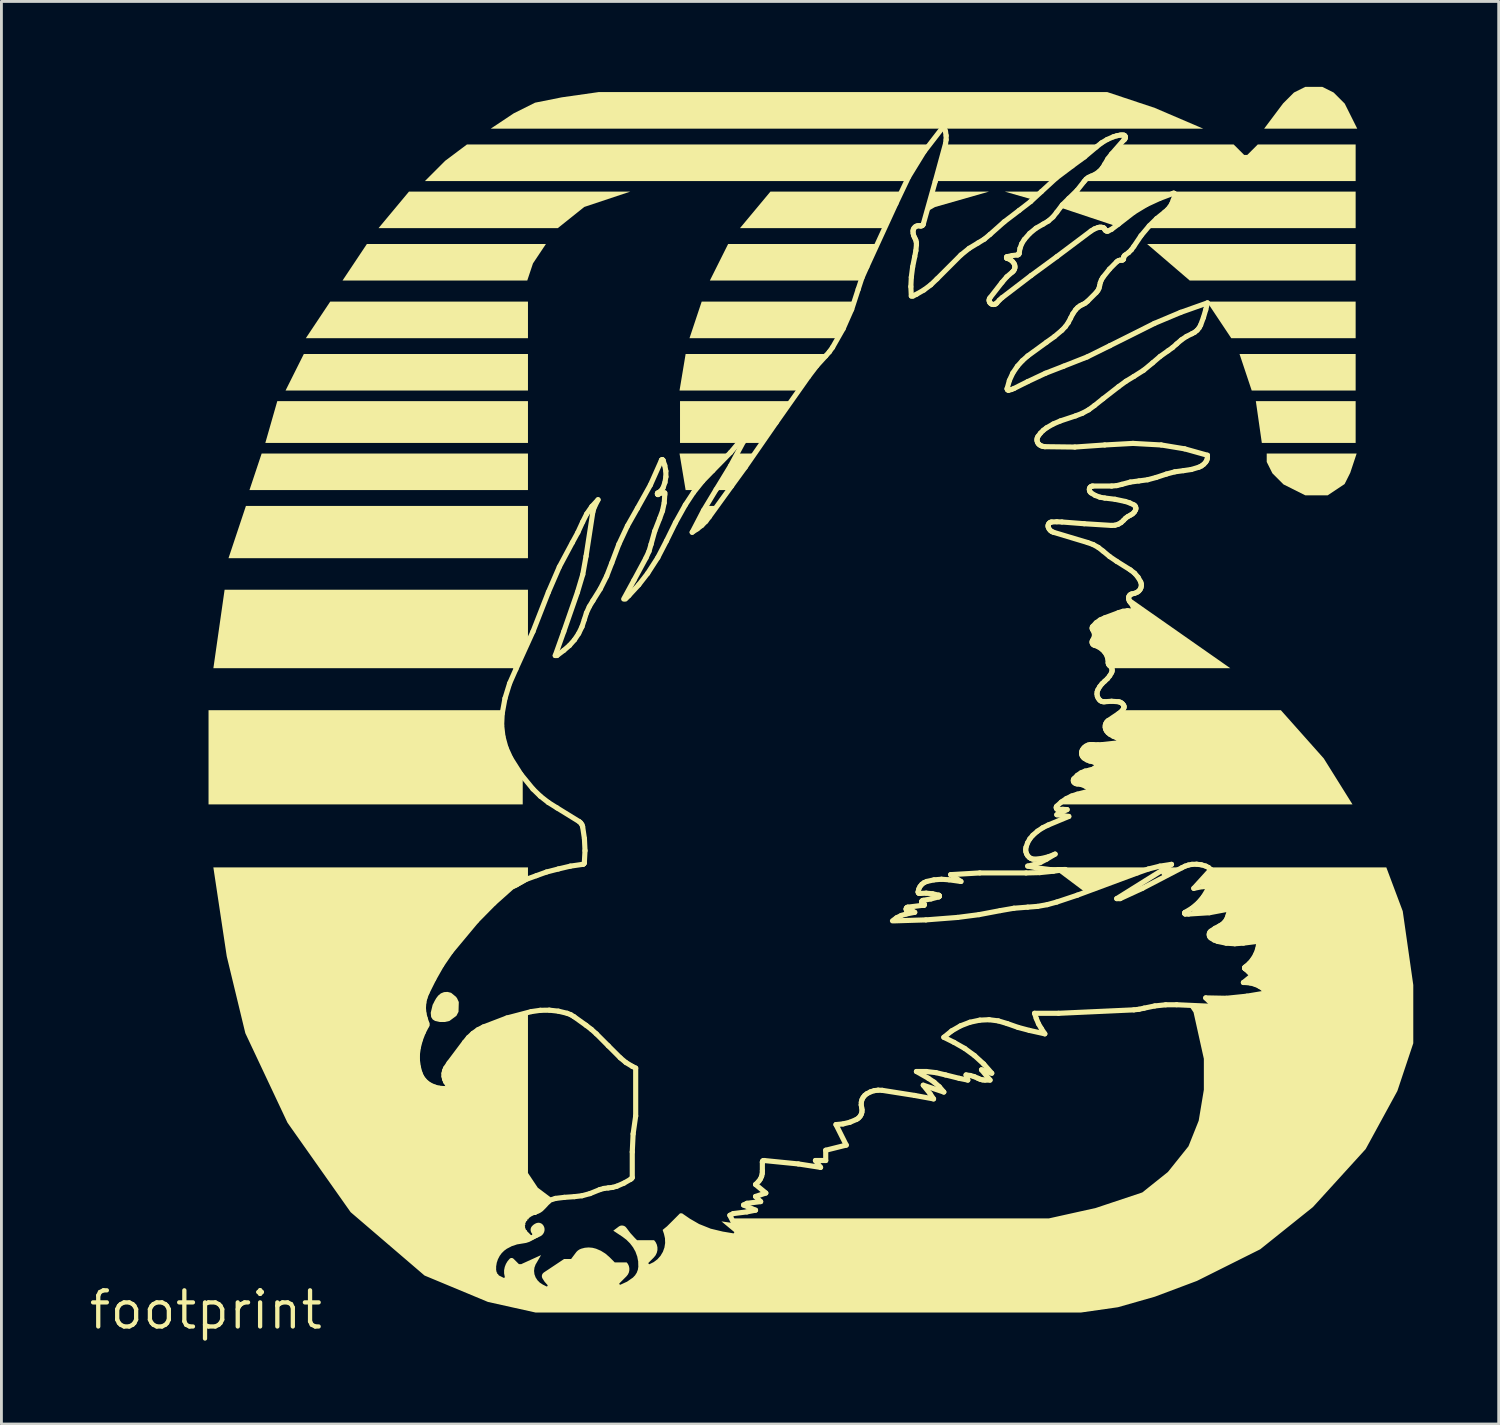
<source format=kicad_pcb>
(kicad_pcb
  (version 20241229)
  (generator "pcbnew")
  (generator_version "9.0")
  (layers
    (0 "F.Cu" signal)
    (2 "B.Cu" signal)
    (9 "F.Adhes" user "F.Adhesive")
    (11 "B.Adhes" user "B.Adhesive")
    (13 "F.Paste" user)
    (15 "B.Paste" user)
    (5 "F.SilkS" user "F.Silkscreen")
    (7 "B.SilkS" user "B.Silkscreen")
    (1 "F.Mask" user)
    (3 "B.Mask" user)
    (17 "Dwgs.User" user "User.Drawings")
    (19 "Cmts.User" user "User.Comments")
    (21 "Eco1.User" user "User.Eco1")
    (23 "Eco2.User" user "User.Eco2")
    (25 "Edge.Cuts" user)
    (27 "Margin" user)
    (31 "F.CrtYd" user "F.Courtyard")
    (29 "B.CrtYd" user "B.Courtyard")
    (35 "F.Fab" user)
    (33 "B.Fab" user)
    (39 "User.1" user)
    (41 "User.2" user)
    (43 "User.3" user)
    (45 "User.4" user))
  (footprint "footprint"
    (layer "F.Cu")
    (at 4.18 42.956)
    (property "Reference" "footprint" (at 0 0 0) (layer "F.SilkS") (effects (font (size 1.27 1.27) (thickness 0.15))))
    (fp_line (start 7.429 -8.762) (end 7.429 -8.99) (stroke (width 0.18) (type solid)) (layer "F.SilkS"))
    (fp_line (start 7.429 -8.99) (end 7.46 -9.217) (stroke (width 0.18) (type solid)) (layer "F.SilkS"))
    (fp_line (start 7.46 -8.535) (end 7.429 -8.762) (stroke (width 0.18) (type solid)) (layer "F.SilkS"))
    (fp_line (start 7.46 -9.217) (end 7.531 -9.488) (stroke (width 0.18) (type solid)) (layer "F.SilkS"))
    (fp_line (start 7.52 -8.315) (end 7.46 -8.535) (stroke (width 0.18) (type solid)) (layer "F.SilkS"))
    (fp_line (start 7.531 -9.488) (end 7.632 -9.749) (stroke (width 0.18) (type solid)) (layer "F.SilkS"))
    (fp_line (start 7.579 -8.186) (end 7.52 -8.315) (stroke (width 0.18) (type solid)) (layer "F.SilkS"))
    (fp_line (start 7.632 -9.749) (end 7.761 -9.998) (stroke (width 0.18) (type solid)) (layer "F.SilkS"))
    (fp_line (start 7.64 -10.603) (end 7.652 -10.788) (stroke (width 0.18) (type solid)) (layer "F.SilkS"))
    (fp_line (start 7.652 -10.788) (end 7.693 -10.969) (stroke (width 0.18) (type solid)) (layer "F.SilkS"))
    (fp_line (start 7.656 -10.419) (end 7.64 -10.603) (stroke (width 0.18) (type solid)) (layer "F.SilkS"))
    (fp_line (start 7.661 -8.071) (end 7.579 -8.186) (stroke (width 0.18) (type solid)) (layer "F.SilkS"))
    (fp_line (start 7.693 -10.969) (end 7.761 -11.141) (stroke (width 0.18) (type solid)) (layer "F.SilkS"))
    (fp_line (start 7.701 -10.239) (end 7.656 -10.419) (stroke (width 0.18) (type solid)) (layer "F.SilkS"))
    (fp_line (start 7.761 -11.141) (end 8.001 -11.622) (stroke (width 0.18) (type solid)) (layer "F.SilkS"))
    (fp_line (start 7.761 -10.059) (end 7.701 -10.239) (stroke (width 0.18) (type solid)) (layer "F.SilkS"))
    (fp_line (start 7.761 -9.998) (end 7.761 -10.059) (stroke (width 0.18) (type solid)) (layer "F.SilkS"))
    (fp_line (start 7.763 -7.972) (end 7.661 -8.071) (stroke (width 0.18) (type solid)) (layer "F.SilkS"))
    (fp_line (start 7.881 -7.894) (end 7.763 -7.972) (stroke (width 0.18) (type solid)) (layer "F.SilkS"))
    (fp_line (start 8.001 -11.622) (end 8.281 -12.115) (stroke (width 0.18) (type solid)) (layer "F.SilkS"))
    (fp_line (start 8.034 -7.828) (end 7.881 -7.894) (stroke (width 0.18) (type solid)) (layer "F.SilkS"))
    (fp_line (start 8.196 -7.787) (end 8.034 -7.828) (stroke (width 0.18) (type solid)) (layer "F.SilkS"))
    (fp_line (start 8.281 -12.115) (end 8.602 -12.583) (stroke (width 0.18) (type solid)) (layer "F.SilkS"))
    (fp_line (start 8.362 -7.774) (end 8.196 -7.787) (stroke (width 0.18) (type solid)) (layer "F.SilkS"))
    (fp_line (start 8.363 -8.305) (end 8.363 -8.205) (stroke (width 0.18) (type solid)) (layer "F.SilkS"))
    (fp_line (start 8.363 -8.205) (end 8.383 -8.107) (stroke (width 0.18) (type solid)) (layer "F.SilkS"))
    (fp_line (start 8.383 -8.403) (end 8.363 -8.305) (stroke (width 0.18) (type solid)) (layer "F.SilkS"))
    (fp_line (start 8.383 -8.107) (end 8.422 -8.014) (stroke (width 0.18) (type solid)) (layer "F.SilkS"))
    (fp_line (start 8.422 -8.495) (end 8.383 -8.403) (stroke (width 0.18) (type solid)) (layer "F.SilkS"))
    (fp_line (start 8.422 -8.014) (end 8.504 -7.888) (stroke (width 0.18) (type solid)) (layer "F.SilkS"))
    (fp_line (start 8.504 -7.888) (end 8.602 -7.774) (stroke (width 0.18) (type solid)) (layer "F.SilkS"))
    (fp_line (start 8.542 -8.676) (end 8.422 -8.495) (stroke (width 0.18) (type solid)) (layer "F.SilkS"))
    (fp_line (start 8.602 -12.583) (end 9.504 -13.666) (stroke (width 0.18) (type solid)) (layer "F.SilkS"))
    (fp_line (start 8.602 -7.774) (end 8.362 -7.774) (stroke (width 0.18) (type solid)) (layer "F.SilkS"))
    (fp_line (start 9.083 -9.397) (end 8.542 -8.676) (stroke (width 0.18) (type solid)) (layer "F.SilkS"))
    (fp_line (start 9.22 -9.565) (end 9.083 -9.397) (stroke (width 0.18) (type solid)) (layer "F.SilkS"))
    (fp_line (start 9.377 -9.712) (end 9.22 -9.565) (stroke (width 0.18) (type solid)) (layer "F.SilkS"))
    (fp_line (start 9.504 -13.666) (end 10.116 -14.287) (stroke (width 0.18) (type solid)) (layer "F.SilkS"))
    (fp_line (start 9.553 -9.838) (end 9.377 -9.712) (stroke (width 0.18) (type solid)) (layer "F.SilkS"))
    (fp_line (start 9.745 -9.938) (end 9.553 -9.838) (stroke (width 0.18) (type solid)) (layer "F.SilkS"))
    (fp_line (start 10.116 -14.287) (end 10.767 -14.868) (stroke (width 0.18) (type solid)) (layer "F.SilkS"))
    (fp_line (start 10.388 -20.537) (end 10.406 -20.94) (stroke (width 0.18) (type solid)) (layer "F.SilkS"))
    (fp_line (start 10.406 -20.94) (end 10.505 -21.479) (stroke (width 0.18) (type solid)) (layer "F.SilkS"))
    (fp_line (start 10.433 -20.135) (end 10.388 -20.537) (stroke (width 0.18) (type solid)) (layer "F.SilkS"))
    (fp_line (start 10.505 -21.479) (end 10.666 -22.002) (stroke (width 0.18) (type solid)) (layer "F.SilkS"))
    (fp_line (start 10.54 -19.745) (end 10.433 -20.135) (stroke (width 0.18) (type solid)) (layer "F.SilkS"))
    (fp_line (start 10.572 -10.254) (end 9.745 -9.938) (stroke (width 0.18) (type solid)) (layer "F.SilkS"))
    (fp_line (start 10.666 -22.002) (end 10.887 -22.503) (stroke (width 0.18) (type solid)) (layer "F.SilkS"))
    (fp_line (start 10.707 -19.377) (end 10.54 -19.745) (stroke (width 0.18) (type solid)) (layer "F.SilkS"))
    (fp_line (start 10.767 -14.868) (end 10.819 -14.89) (stroke (width 0.18) (type solid)) (layer "F.SilkS"))
    (fp_line (start 10.819 -14.89) (end 10.911 -14.935) (stroke (width 0.18) (type solid)) (layer "F.SilkS"))
    (fp_line (start 10.887 -22.503) (end 11.488 -23.826) (stroke (width 0.18) (type solid)) (layer "F.SilkS"))
    (fp_line (start 10.911 -14.935) (end 11.225 -15.114) (stroke (width 0.18) (type solid)) (layer "F.SilkS"))
    (fp_line (start 11.065 -18.812) (end 10.707 -19.377) (stroke (width 0.18) (type solid)) (layer "F.SilkS"))
    (fp_line (start 11.225 -15.114) (end 11.609 -15.253) (stroke (width 0.18) (type solid)) (layer "F.SilkS"))
    (fp_line (start 11.428 -10.479) (end 10.572 -10.254) (stroke (width 0.18) (type solid)) (layer "F.SilkS"))
    (fp_line (start 11.488 -23.826) (end 12.029 -25.209) (stroke (width 0.18) (type solid)) (layer "F.SilkS"))
    (fp_line (start 11.488 -18.295) (end 11.065 -18.812) (stroke (width 0.18) (type solid)) (layer "F.SilkS"))
    (fp_line (start 11.609 -15.253) (end 11.964 -15.381) (stroke (width 0.18) (type solid)) (layer "F.SilkS"))
    (fp_line (start 11.744 -10.524) (end 11.428 -10.479) (stroke (width 0.18) (type solid)) (layer "F.SilkS"))
    (fp_line (start 11.745 -18.045) (end 11.488 -18.295) (stroke (width 0.18) (type solid)) (layer "F.SilkS"))
    (fp_line (start 11.964 -15.381) (end 12.38 -15.488) (stroke (width 0.18) (type solid)) (layer "F.SilkS"))
    (fp_line (start 12.027 -17.824) (end 11.745 -18.045) (stroke (width 0.18) (type solid)) (layer "F.SilkS"))
    (fp_line (start 12.029 -25.209) (end 12.414 -26.098) (stroke (width 0.18) (type solid)) (layer "F.SilkS"))
    (fp_line (start 12.063 -10.529) (end 11.744 -10.524) (stroke (width 0.18) (type solid)) (layer "F.SilkS"))
    (fp_line (start 12.152 -3.877) (end 12.279 -3.918) (stroke (width 0.18) (type solid)) (layer "F.SilkS"))
    (fp_line (start 12.27 -22.984) (end 12.33 -22.984) (stroke (width 0.18) (type solid)) (layer "F.SilkS"))
    (fp_line (start 12.279 -3.918) (end 12.588 -3.955) (stroke (width 0.18) (type solid)) (layer "F.SilkS"))
    (fp_line (start 12.33 -22.984) (end 12.57 -23.165) (stroke (width 0.18) (type solid)) (layer "F.SilkS"))
    (fp_line (start 12.33 -17.634) (end 12.027 -17.824) (stroke (width 0.18) (type solid)) (layer "F.SilkS"))
    (fp_line (start 12.38 -15.488) (end 12.802 -15.588) (stroke (width 0.18) (type solid)) (layer "F.SilkS"))
    (fp_line (start 12.38 -10.494) (end 12.063 -10.529) (stroke (width 0.18) (type solid)) (layer "F.SilkS"))
    (fp_line (start 12.414 -26.098) (end 12.871 -26.952) (stroke (width 0.18) (type solid)) (layer "F.SilkS"))
    (fp_line (start 12.57 -23.826) (end 12.27 -22.984) (stroke (width 0.18) (type solid)) (layer "F.SilkS"))
    (fp_line (start 12.57 -23.165) (end 12.771 -23.338) (stroke (width 0.18) (type solid)) (layer "F.SilkS"))
    (fp_line (start 12.588 -3.955) (end 12.942 -3.98) (stroke (width 0.18) (type solid)) (layer "F.SilkS"))
    (fp_line (start 12.691 -10.419) (end 12.38 -10.494) (stroke (width 0.18) (type solid)) (layer "F.SilkS"))
    (fp_line (start 12.771 -23.338) (end 12.946 -23.536) (stroke (width 0.18) (type solid)) (layer "F.SilkS"))
    (fp_line (start 12.802 -15.588) (end 13.232 -15.65) (stroke (width 0.18) (type solid)) (layer "F.SilkS"))
    (fp_line (start 12.816 -10.369) (end 12.691 -10.419) (stroke (width 0.18) (type solid)) (layer "F.SilkS"))
    (fp_line (start 12.871 -26.952) (end 13.064 -27.307) (stroke (width 0.18) (type solid)) (layer "F.SilkS"))
    (fp_line (start 12.931 -10.299) (end 12.816 -10.369) (stroke (width 0.18) (type solid)) (layer "F.SilkS"))
    (fp_line (start 12.942 -3.98) (end 13.212 -4.012) (stroke (width 0.18) (type solid)) (layer "F.SilkS"))
    (fp_line (start 12.946 -23.536) (end 13.093 -23.757) (stroke (width 0.18) (type solid)) (layer "F.SilkS"))
    (fp_line (start 13.051 -25.209) (end 12.57 -23.826) (stroke (width 0.18) (type solid)) (layer "F.SilkS"))
    (fp_line (start 13.064 -27.307) (end 13.232 -27.674) (stroke (width 0.18) (type solid)) (layer "F.SilkS"))
    (fp_line (start 13.093 -23.757) (end 13.209 -23.995) (stroke (width 0.18) (type solid)) (layer "F.SilkS"))
    (fp_line (start 13.111 -17.153) (end 12.33 -17.634) (stroke (width 0.18) (type solid)) (layer "F.SilkS"))
    (fp_line (start 13.167 -17.104) (end 13.111 -17.153) (stroke (width 0.18) (type solid)) (layer "F.SilkS"))
    (fp_line (start 13.208 -17.042) (end 13.167 -17.104) (stroke (width 0.18) (type solid)) (layer "F.SilkS"))
    (fp_line (start 13.209 -23.995) (end 13.292 -24.247) (stroke (width 0.18) (type solid)) (layer "F.SilkS"))
    (fp_line (start 13.212 -4.012) (end 13.489 -4.087) (stroke (width 0.18) (type solid)) (layer "F.SilkS"))
    (fp_line (start 13.232 -27.674) (end 13.375 -27.959) (stroke (width 0.18) (type solid)) (layer "F.SilkS"))
    (fp_line (start 13.232 -16.972) (end 13.208 -17.042) (stroke (width 0.18) (type solid)) (layer "F.SilkS"))
    (fp_line (start 13.232 -15.65) (end 13.254 -15.656) (stroke (width 0.18) (type solid)) (layer "F.SilkS"))
    (fp_line (start 13.237 -25.832) (end 13.051 -25.209) (stroke (width 0.18) (type solid)) (layer "F.SilkS"))
    (fp_line (start 13.254 -15.656) (end 13.272 -15.669) (stroke (width 0.18) (type solid)) (layer "F.SilkS"))
    (fp_line (start 13.272 -15.669) (end 13.286 -15.688) (stroke (width 0.18) (type solid)) (layer "F.SilkS"))
    (fp_line (start 13.286 -15.688) (end 13.292 -15.71) (stroke (width 0.18) (type solid)) (layer "F.SilkS"))
    (fp_line (start 13.292 -24.247) (end 13.365 -24.479) (stroke (width 0.18) (type solid)) (layer "F.SilkS"))
    (fp_line (start 13.292 -15.71) (end 13.315 -16.132) (stroke (width 0.18) (type solid)) (layer "F.SilkS"))
    (fp_line (start 13.295 -16.554) (end 13.232 -16.972) (stroke (width 0.18) (type solid)) (layer "F.SilkS"))
    (fp_line (start 13.315 -16.132) (end 13.295 -16.554) (stroke (width 0.18) (type solid)) (layer "F.SilkS"))
    (fp_line (start 13.352 -26.471) (end 13.237 -25.832) (stroke (width 0.18) (type solid)) (layer "F.SilkS"))
    (fp_line (start 13.352 -9.998) (end 12.931 -10.299) (stroke (width 0.18) (type solid)) (layer "F.SilkS"))
    (fp_line (start 13.365 -24.479) (end 13.466 -24.7) (stroke (width 0.18) (type solid)) (layer "F.SilkS"))
    (fp_line (start 13.375 -27.959) (end 13.556 -28.221) (stroke (width 0.18) (type solid)) (layer "F.SilkS"))
    (fp_line (start 13.466 -24.7) (end 13.592 -24.908) (stroke (width 0.18) (type solid)) (layer "F.SilkS"))
    (fp_line (start 13.489 -4.087) (end 13.833 -4.227) (stroke (width 0.18) (type solid)) (layer "F.SilkS"))
    (fp_line (start 13.539 -9.855) (end 13.352 -9.998) (stroke (width 0.18) (type solid)) (layer "F.SilkS"))
    (fp_line (start 13.556 -28.221) (end 13.773 -28.455) (stroke (width 0.18) (type solid)) (layer "F.SilkS"))
    (fp_line (start 13.592 -28.034) (end 13.352 -26.471) (stroke (width 0.18) (type solid)) (layer "F.SilkS"))
    (fp_line (start 13.592 -24.908) (end 13.854 -25.328) (stroke (width 0.18) (type solid)) (layer "F.SilkS"))
    (fp_line (start 13.616 -28.127) (end 13.592 -28.034) (stroke (width 0.18) (type solid)) (layer "F.SilkS"))
    (fp_line (start 13.653 -28.215) (end 13.616 -28.127) (stroke (width 0.18) (type solid)) (layer "F.SilkS"))
    (fp_line (start 13.713 -9.698) (end 13.539 -9.855) (stroke (width 0.18) (type solid)) (layer "F.SilkS"))
    (fp_line (start 13.773 -28.455) (end 13.653 -28.215) (stroke (width 0.18) (type solid)) (layer "F.SilkS"))
    (fp_line (start 13.833 -4.227) (end 13.981 -4.268) (stroke (width 0.18) (type solid)) (layer "F.SilkS"))
    (fp_line (start 13.854 -25.328) (end 14.075 -25.77) (stroke (width 0.18) (type solid)) (layer "F.SilkS"))
    (fp_line (start 13.981 -4.268) (end 14.133 -4.287) (stroke (width 0.18) (type solid)) (layer "F.SilkS"))
    (fp_line (start 14.075 -25.77) (end 14.254 -26.231) (stroke (width 0.18) (type solid)) (layer "F.SilkS"))
    (fp_line (start 14.133 -9.277) (end 13.713 -9.698) (stroke (width 0.18) (type solid)) (layer "F.SilkS"))
    (fp_line (start 14.133 -4.287) (end 14.286 -4.306) (stroke (width 0.18) (type solid)) (layer "F.SilkS"))
    (fp_line (start 14.254 -26.231) (end 14.505 -26.895) (stroke (width 0.18) (type solid)) (layer "F.SilkS"))
    (fp_line (start 14.286 -4.306) (end 14.434 -4.347) (stroke (width 0.18) (type solid)) (layer "F.SilkS"))
    (fp_line (start 14.434 -4.347) (end 14.681 -4.454) (stroke (width 0.18) (type solid)) (layer "F.SilkS"))
    (fp_line (start 14.505 -26.895) (end 14.806 -27.537) (stroke (width 0.18) (type solid)) (layer "F.SilkS"))
    (fp_line (start 14.554 -8.856) (end 14.133 -9.277) (stroke (width 0.18) (type solid)) (layer "F.SilkS"))
    (fp_line (start 14.681 -4.454) (end 14.915 -4.588) (stroke (width 0.18) (type solid)) (layer "F.SilkS"))
    (fp_line (start 14.735 -24.968) (end 14.855 -25.089) (stroke (width 0.18) (type solid)) (layer "F.SilkS"))
    (fp_line (start 14.753 -8.69) (end 14.554 -8.856) (stroke (width 0.18) (type solid)) (layer "F.SilkS"))
    (fp_line (start 14.806 -27.537) (end 15.156 -28.155) (stroke (width 0.18) (type solid)) (layer "F.SilkS"))
    (fp_line (start 14.855 -25.089) (end 15.202 -25.466) (stroke (width 0.18) (type solid)) (layer "F.SilkS"))
    (fp_line (start 14.915 -4.588) (end 14.948 -4.614) (stroke (width 0.18) (type solid)) (layer "F.SilkS"))
    (fp_line (start 14.948 -4.614) (end 14.975 -4.648) (stroke (width 0.18) (type solid)) (layer "F.SilkS"))
    (fp_line (start 14.975 -8.556) (end 14.753 -8.69) (stroke (width 0.18) (type solid)) (layer "F.SilkS"))
    (fp_line (start 14.975 -5.55) (end 15.005 -6.184) (stroke (width 0.18) (type solid)) (layer "F.SilkS"))
    (fp_line (start 14.975 -4.648) (end 14.975 -5.55) (stroke (width 0.18) (type solid)) (layer "F.SilkS"))
    (fp_line (start 15.005 -6.184) (end 15.095 -6.812) (stroke (width 0.18) (type solid)) (layer "F.SilkS"))
    (fp_line (start 15.035 -25.63) (end 14.674 -24.968) (stroke (width 0.18) (type solid)) (layer "F.SilkS"))
    (fp_line (start 15.095 -8.495) (end 14.975 -8.556) (stroke (width 0.18) (type solid)) (layer "F.SilkS"))
    (fp_line (start 15.095 -6.812) (end 15.095 -8.495) (stroke (width 0.18) (type solid)) (layer "F.SilkS"))
    (fp_line (start 15.156 -28.155) (end 15.614 -28.977) (stroke (width 0.18) (type solid)) (layer "F.SilkS"))
    (fp_line (start 15.202 -25.466) (end 15.516 -25.87) (stroke (width 0.18) (type solid)) (layer "F.SilkS"))
    (fp_line (start 15.456 -26.411) (end 15.035 -25.63) (stroke (width 0.18) (type solid)) (layer "F.SilkS"))
    (fp_line (start 15.516 -25.87) (end 15.874 -26.426) (stroke (width 0.18) (type solid)) (layer "F.SilkS"))
    (fp_line (start 15.563 -26.645) (end 15.456 -26.411) (stroke (width 0.18) (type solid)) (layer "F.SilkS"))
    (fp_line (start 15.614 -28.977) (end 15.997 -29.838) (stroke (width 0.18) (type solid)) (layer "F.SilkS"))
    (fp_line (start 15.636 -26.892) (end 15.563 -26.645) (stroke (width 0.18) (type solid)) (layer "F.SilkS"))
    (fp_line (start 15.764 -27.351) (end 15.636 -26.892) (stroke (width 0.18) (type solid)) (layer "F.SilkS"))
    (fp_line (start 15.857 -28.666) (end 15.86 -28.653) (stroke (width 0.18) (type solid)) (layer "F.SilkS"))
    (fp_line (start 15.86 -28.678) (end 15.857 -28.666) (stroke (width 0.18) (type solid)) (layer "F.SilkS"))
    (fp_line (start 15.86 -28.653) (end 15.867 -28.643) (stroke (width 0.18) (type solid)) (layer "F.SilkS"))
    (fp_line (start 15.867 -28.689) (end 15.86 -28.678) (stroke (width 0.18) (type solid)) (layer "F.SilkS"))
    (fp_line (start 15.867 -28.643) (end 15.877 -28.636) (stroke (width 0.18) (type solid)) (layer "F.SilkS"))
    (fp_line (start 15.874 -26.426) (end 16.177 -27.012) (stroke (width 0.18) (type solid)) (layer "F.SilkS"))
    (fp_line (start 15.877 -28.696) (end 15.867 -28.689) (stroke (width 0.18) (type solid)) (layer "F.SilkS"))
    (fp_line (start 15.877 -28.636) (end 15.997 -28.696) (stroke (width 0.18) (type solid)) (layer "F.SilkS"))
    (fp_line (start 15.937 -27.794) (end 15.764 -27.351) (stroke (width 0.18) (type solid)) (layer "F.SilkS"))
    (fp_line (start 15.951 -28.741) (end 15.877 -28.696) (stroke (width 0.18) (type solid)) (layer "F.SilkS"))
    (fp_line (start 15.997 -29.838) (end 16.004 -29.849) (stroke (width 0.18) (type solid)) (layer "F.SilkS"))
    (fp_line (start 15.997 -28.696) (end 16.117 -28.696) (stroke (width 0.18) (type solid)) (layer "F.SilkS"))
    (fp_line (start 16.004 -29.849) (end 16.015 -29.856) (stroke (width 0.18) (type solid)) (layer "F.SilkS"))
    (fp_line (start 16.012 -28.802) (end 15.951 -28.741) (stroke (width 0.18) (type solid)) (layer "F.SilkS"))
    (fp_line (start 16.015 -29.856) (end 16.027 -29.858) (stroke (width 0.18) (type solid)) (layer "F.SilkS"))
    (fp_line (start 16.027 -29.858) (end 16.04 -29.856) (stroke (width 0.18) (type solid)) (layer "F.SilkS"))
    (fp_line (start 16.037 -28.065) (end 15.937 -27.794) (stroke (width 0.18) (type solid)) (layer "F.SilkS"))
    (fp_line (start 16.04 -29.856) (end 16.05 -29.849) (stroke (width 0.18) (type solid)) (layer "F.SilkS"))
    (fp_line (start 16.05 -29.849) (end 16.057 -29.838) (stroke (width 0.18) (type solid)) (layer "F.SilkS"))
    (fp_line (start 16.057 -29.838) (end 16.117 -29.658) (stroke (width 0.18) (type solid)) (layer "F.SilkS"))
    (fp_line (start 16.057 -28.876) (end 16.012 -28.802) (stroke (width 0.18) (type solid)) (layer "F.SilkS"))
    (fp_line (start 16.097 -28.347) (end 16.037 -28.065) (stroke (width 0.18) (type solid)) (layer "F.SilkS"))
    (fp_line (start 16.117 -29.658) (end 16.154 -29.461) (stroke (width 0.18) (type solid)) (layer "F.SilkS"))
    (fp_line (start 16.117 -28.696) (end 16.117 -28.636) (stroke (width 0.18) (type solid)) (layer "F.SilkS"))
    (fp_line (start 16.117 -28.636) (end 16.097 -28.347) (stroke (width 0.18) (type solid)) (layer "F.SilkS"))
    (fp_line (start 16.123 -29.065) (end 16.057 -28.876) (stroke (width 0.18) (type solid)) (layer "F.SilkS"))
    (fp_line (start 16.154 -29.461) (end 16.156 -29.262) (stroke (width 0.18) (type solid)) (layer "F.SilkS"))
    (fp_line (start 16.156 -29.262) (end 16.123 -29.065) (stroke (width 0.18) (type solid)) (layer "F.SilkS"))
    (fp_line (start 16.177 -27.012) (end 16.492 -27.652) (stroke (width 0.18) (type solid)) (layer "F.SilkS"))
    (fp_line (start 16.492 -27.652) (end 16.839 -28.275) (stroke (width 0.18) (type solid)) (layer "F.SilkS"))
    (fp_line (start 16.839 -28.275) (end 17.122 -28.705) (stroke (width 0.18) (type solid)) (layer "F.SilkS"))
    (fp_line (start 17.079 -27.313) (end 17.26 -27.433) (stroke (width 0.18) (type solid)) (layer "F.SilkS"))
    (fp_line (start 17.122 -28.705) (end 17.443 -29.107) (stroke (width 0.18) (type solid)) (layer "F.SilkS"))
    (fp_line (start 17.26 -27.433) (end 17.418 -27.555) (stroke (width 0.18) (type solid)) (layer "F.SilkS"))
    (fp_line (start 17.418 -27.555) (end 17.559 -27.696) (stroke (width 0.18) (type solid)) (layer "F.SilkS"))
    (fp_line (start 17.443 -29.107) (end 17.801 -29.477) (stroke (width 0.18) (type solid)) (layer "F.SilkS"))
    (fp_line (start 17.476 -28.078) (end 17.079 -27.313) (stroke (width 0.18) (type solid)) (layer "F.SilkS"))
    (fp_line (start 17.559 -27.696) (end 17.68 -27.854) (stroke (width 0.18) (type solid)) (layer "F.SilkS"))
    (fp_line (start 17.68 -27.854) (end 18.462 -28.936) (stroke (width 0.18) (type solid)) (layer "F.SilkS"))
    (fp_line (start 17.801 -29.477) (end 18.427 -30.116) (stroke (width 0.18) (type solid)) (layer "F.SilkS"))
    (fp_line (start 17.921 -28.816) (end 17.476 -28.078) (stroke (width 0.18) (type solid)) (layer "F.SilkS"))
    (fp_line (start 18.402 -3.325) (end 18.522 -3.084) (stroke (width 0.18) (type solid)) (layer "F.SilkS"))
    (fp_line (start 18.425 -29.644) (end 17.921 -28.816) (stroke (width 0.18) (type solid)) (layer "F.SilkS"))
    (fp_line (start 18.427 -30.116) (end 19.003 -30.8) (stroke (width 0.18) (type solid)) (layer "F.SilkS"))
    (fp_line (start 18.462 -28.936) (end 18.943 -29.598) (stroke (width 0.18) (type solid)) (layer "F.SilkS"))
    (fp_line (start 18.522 -3.385) (end 18.402 -3.325) (stroke (width 0.18) (type solid)) (layer "F.SilkS"))
    (fp_line (start 18.883 -30.499) (end 18.425 -29.644) (stroke (width 0.18) (type solid)) (layer "F.SilkS"))
    (fp_line (start 18.883 -3.686) (end 19.304 -3.505) (stroke (width 0.18) (type solid)) (layer "F.SilkS"))
    (fp_line (start 18.943 -29.598) (end 20.025 -31.161) (stroke (width 0.18) (type solid)) (layer "F.SilkS"))
    (fp_line (start 19.003 -30.8) (end 19.003 -30.74) (stroke (width 0.18) (type solid)) (layer "F.SilkS"))
    (fp_line (start 19.003 -30.74) (end 18.883 -30.499) (stroke (width 0.18) (type solid)) (layer "F.SilkS"))
    (fp_line (start 19.003 -3.746) (end 18.883 -3.686) (stroke (width 0.18) (type solid)) (layer "F.SilkS"))
    (fp_line (start 19.003 -3.445) (end 18.522 -3.385) (stroke (width 0.18) (type solid)) (layer "F.SilkS"))
    (fp_line (start 19.304 -4.407) (end 19.665 -4.107) (stroke (width 0.18) (type solid)) (layer "F.SilkS"))
    (fp_line (start 19.304 -3.986) (end 19.484 -3.806) (stroke (width 0.18) (type solid)) (layer "F.SilkS"))
    (fp_line (start 19.304 -3.505) (end 19.003 -3.445) (stroke (width 0.18) (type solid)) (layer "F.SilkS"))
    (fp_line (start 19.424 -4.527) (end 19.304 -4.407) (stroke (width 0.18) (type solid)) (layer "F.SilkS"))
    (fp_line (start 19.479 -4.607) (end 19.424 -4.527) (stroke (width 0.18) (type solid)) (layer "F.SilkS"))
    (fp_line (start 19.484 -3.806) (end 19.003 -3.746) (stroke (width 0.18) (type solid)) (layer "F.SilkS"))
    (fp_line (start 19.518 -4.696) (end 19.479 -4.607) (stroke (width 0.18) (type solid)) (layer "F.SilkS"))
    (fp_line (start 19.54 -4.791) (end 19.518 -4.696) (stroke (width 0.18) (type solid)) (layer "F.SilkS"))
    (fp_line (start 19.544 -5.189) (end 19.544 -4.888) (stroke (width 0.18) (type solid)) (layer "F.SilkS"))
    (fp_line (start 19.544 -4.888) (end 19.54 -4.791) (stroke (width 0.18) (type solid)) (layer "F.SilkS"))
    (fp_line (start 19.547 -5.208) (end 19.544 -5.189) (stroke (width 0.18) (type solid)) (layer "F.SilkS"))
    (fp_line (start 19.555 -5.225) (end 19.547 -5.208) (stroke (width 0.18) (type solid)) (layer "F.SilkS"))
    (fp_line (start 19.568 -5.238) (end 19.555 -5.225) (stroke (width 0.18) (type solid)) (layer "F.SilkS"))
    (fp_line (start 19.585 -5.247) (end 19.568 -5.238) (stroke (width 0.18) (type solid)) (layer "F.SilkS"))
    (fp_line (start 19.604 -5.249) (end 19.585 -5.247) (stroke (width 0.18) (type solid)) (layer "F.SilkS"))
    (fp_line (start 19.665 -4.107) (end 19.304 -3.986) (stroke (width 0.18) (type solid)) (layer "F.SilkS"))
    (fp_line (start 20.025 -31.161) (end 21.168 -32.784) (stroke (width 0.18) (type solid)) (layer "F.SilkS"))
    (fp_line (start 20.807 -5.129) (end 19.604 -5.249) (stroke (width 0.18) (type solid)) (layer "F.SilkS"))
    (fp_line (start 21.168 -32.784) (end 21.453 -33.158) (stroke (width 0.18) (type solid)) (layer "F.SilkS"))
    (fp_line (start 21.408 -5.249) (end 21.588 -5.008) (stroke (width 0.18) (type solid)) (layer "F.SilkS"))
    (fp_line (start 21.453 -33.158) (end 21.769 -33.505) (stroke (width 0.18) (type solid)) (layer "F.SilkS"))
    (fp_line (start 21.588 -5.008) (end 20.807 -5.129) (stroke (width 0.18) (type solid)) (layer "F.SilkS"))
    (fp_line (start 21.769 -33.505) (end 21.897 -33.649) (stroke (width 0.18) (type solid)) (layer "F.SilkS"))
    (fp_line (start 21.769 -5.61) (end 21.769 -5.249) (stroke (width 0.18) (type solid)) (layer "F.SilkS"))
    (fp_line (start 21.769 -5.249) (end 21.408 -5.249) (stroke (width 0.18) (type solid)) (layer "F.SilkS"))
    (fp_line (start 21.897 -33.649) (end 22.009 -33.806) (stroke (width 0.18) (type solid)) (layer "F.SilkS"))
    (fp_line (start 22.009 -33.806) (end 22.378 -34.456) (stroke (width 0.18) (type solid)) (layer "F.SilkS"))
    (fp_line (start 22.129 -6.511) (end 22.49 -5.79) (stroke (width 0.18) (type solid)) (layer "F.SilkS"))
    (fp_line (start 22.378 -6.534) (end 22.129 -6.511) (stroke (width 0.18) (type solid)) (layer "F.SilkS"))
    (fp_line (start 22.378 -34.456) (end 22.68 -35.139) (stroke (width 0.18) (type solid)) (layer "F.SilkS"))
    (fp_line (start 22.49 -5.79) (end 21.769 -5.61) (stroke (width 0.18) (type solid)) (layer "F.SilkS"))
    (fp_line (start 22.621 -6.594) (end 22.378 -6.534) (stroke (width 0.18) (type solid)) (layer "F.SilkS"))
    (fp_line (start 22.68 -35.139) (end 22.911 -35.85) (stroke (width 0.18) (type solid)) (layer "F.SilkS"))
    (fp_line (start 22.851 -6.692) (end 22.621 -6.594) (stroke (width 0.18) (type solid)) (layer "F.SilkS"))
    (fp_line (start 22.911 -35.85) (end 23.041 -36.248) (stroke (width 0.18) (type solid)) (layer "F.SilkS"))
    (fp_line (start 22.919 -6.738) (end 22.851 -6.692) (stroke (width 0.18) (type solid)) (layer "F.SilkS"))
    (fp_line (start 22.975 -6.798) (end 22.919 -6.738) (stroke (width 0.18) (type solid)) (layer "F.SilkS"))
    (fp_line (start 23.015 -7.203) (end 23.031 -7.113) (stroke (width 0.18) (type solid)) (layer "F.SilkS"))
    (fp_line (start 23.016 -6.87) (end 22.975 -6.798) (stroke (width 0.18) (type solid)) (layer "F.SilkS"))
    (fp_line (start 23.019 -7.295) (end 23.015 -7.203) (stroke (width 0.18) (type solid)) (layer "F.SilkS"))
    (fp_line (start 23.031 -7.113) (end 23.045 -7.032) (stroke (width 0.18) (type solid)) (layer "F.SilkS"))
    (fp_line (start 23.04 -6.949) (end 23.016 -6.87) (stroke (width 0.18) (type solid)) (layer "F.SilkS"))
    (fp_line (start 23.041 -36.248) (end 23.212 -36.631) (stroke (width 0.18) (type solid)) (layer "F.SilkS"))
    (fp_line (start 23.041 -7.383) (end 23.019 -7.295) (stroke (width 0.18) (type solid)) (layer "F.SilkS"))
    (fp_line (start 23.045 -7.032) (end 23.04 -6.949) (stroke (width 0.18) (type solid)) (layer "F.SilkS"))
    (fp_line (start 23.083 -7.465) (end 23.041 -7.383) (stroke (width 0.18) (type solid)) (layer "F.SilkS"))
    (fp_line (start 23.14 -7.536) (end 23.083 -7.465) (stroke (width 0.18) (type solid)) (layer "F.SilkS"))
    (fp_line (start 23.212 -36.631) (end 24.234 -38.856) (stroke (width 0.18) (type solid)) (layer "F.SilkS"))
    (fp_line (start 23.212 -7.593) (end 23.14 -7.536) (stroke (width 0.18) (type solid)) (layer "F.SilkS"))
    (fp_line (start 23.337 -7.659) (end 23.212 -7.593) (stroke (width 0.18) (type solid)) (layer "F.SilkS"))
    (fp_line (start 23.471 -7.702) (end 23.337 -7.659) (stroke (width 0.18) (type solid)) (layer "F.SilkS"))
    (fp_line (start 23.611 -7.72) (end 23.471 -7.702) (stroke (width 0.18) (type solid)) (layer "F.SilkS"))
    (fp_line (start 23.753 -7.714) (end 23.611 -7.72) (stroke (width 0.18) (type solid)) (layer "F.SilkS"))
    (fp_line (start 24.174 -13.666) (end 25.287 -13.7) (stroke (width 0.18) (type solid)) (layer "F.SilkS"))
    (fp_line (start 24.234 -38.856) (end 24.68 -39.794) (stroke (width 0.18) (type solid)) (layer "F.SilkS"))
    (fp_line (start 24.259 -13.774) (end 24.113 -13.666) (stroke (width 0.18) (type solid)) (layer "F.SilkS"))
    (fp_line (start 24.421 -13.855) (end 24.259 -13.774) (stroke (width 0.18) (type solid)) (layer "F.SilkS"))
    (fp_line (start 24.594 -14.086) (end 24.595 -14.067) (stroke (width 0.18) (type solid)) (layer "F.SilkS"))
    (fp_line (start 24.594 -13.906) (end 24.421 -13.855) (stroke (width 0.18) (type solid)) (layer "F.SilkS"))
    (fp_line (start 24.595 -14.067) (end 24.604 -14.049) (stroke (width 0.18) (type solid)) (layer "F.SilkS"))
    (fp_line (start 24.601 -14.108) (end 24.594 -14.086) (stroke (width 0.18) (type solid)) (layer "F.SilkS"))
    (fp_line (start 24.604 -14.049) (end 24.617 -14.036) (stroke (width 0.18) (type solid)) (layer "F.SilkS"))
    (fp_line (start 24.614 -14.127) (end 24.601 -14.108) (stroke (width 0.18) (type solid)) (layer "F.SilkS"))
    (fp_line (start 24.617 -14.036) (end 24.635 -14.027) (stroke (width 0.18) (type solid)) (layer "F.SilkS"))
    (fp_line (start 24.633 -14.14) (end 24.614 -14.127) (stroke (width 0.18) (type solid)) (layer "F.SilkS"))
    (fp_line (start 24.635 -14.027) (end 24.654 -14.026) (stroke (width 0.18) (type solid)) (layer "F.SilkS"))
    (fp_line (start 24.654 -14.147) (end 24.633 -14.14) (stroke (width 0.18) (type solid)) (layer "F.SilkS"))
    (fp_line (start 24.654 -14.026) (end 24.739 -14.026) (stroke (width 0.18) (type solid)) (layer "F.SilkS"))
    (fp_line (start 24.68 -39.794) (end 25.223 -40.679) (stroke (width 0.18) (type solid)) (layer "F.SilkS"))
    (fp_line (start 24.739 -14.026) (end 24.82 -14.006) (stroke (width 0.18) (type solid)) (layer "F.SilkS"))
    (fp_line (start 24.759 -35.94) (end 24.775 -35.61) (stroke (width 0.18) (type solid)) (layer "F.SilkS"))
    (fp_line (start 24.775 -36.271) (end 24.759 -35.94) (stroke (width 0.18) (type solid)) (layer "F.SilkS"))
    (fp_line (start 24.775 -35.61) (end 24.835 -35.61) (stroke (width 0.18) (type solid)) (layer "F.SilkS"))
    (fp_line (start 24.82 -14.006) (end 24.895 -13.966) (stroke (width 0.18) (type solid)) (layer "F.SilkS"))
    (fp_line (start 24.822 -36.634) (end 24.775 -36.271) (stroke (width 0.18) (type solid)) (layer "F.SilkS"))
    (fp_line (start 24.835 -37.894) (end 24.839 -37.811) (stroke (width 0.18) (type solid)) (layer "F.SilkS"))
    (fp_line (start 24.835 -35.61) (end 24.955 -35.67) (stroke (width 0.18) (type solid)) (layer "F.SilkS"))
    (fp_line (start 24.839 -37.811) (end 24.859 -37.729) (stroke (width 0.18) (type solid)) (layer "F.SilkS"))
    (fp_line (start 24.846 -37.95) (end 24.835 -37.894) (stroke (width 0.18) (type solid)) (layer "F.SilkS"))
    (fp_line (start 24.859 -37.729) (end 24.895 -37.654) (stroke (width 0.18) (type solid)) (layer "F.SilkS"))
    (fp_line (start 24.873 -38) (end 24.846 -37.95) (stroke (width 0.18) (type solid)) (layer "F.SilkS"))
    (fp_line (start 24.895 -37.654) (end 24.931 -37.578) (stroke (width 0.18) (type solid)) (layer "F.SilkS"))
    (fp_line (start 24.895 -36.992) (end 24.822 -36.634) (stroke (width 0.18) (type solid)) (layer "F.SilkS"))
    (fp_line (start 24.895 -13.966) (end 24.594 -13.906) (stroke (width 0.18) (type solid)) (layer "F.SilkS"))
    (fp_line (start 24.895 -7.534) (end 23.753 -7.714) (stroke (width 0.18) (type solid)) (layer "F.SilkS"))
    (fp_line (start 24.913 -38.041) (end 24.873 -38) (stroke (width 0.18) (type solid)) (layer "F.SilkS"))
    (fp_line (start 24.931 -37.578) (end 24.951 -37.497) (stroke (width 0.18) (type solid)) (layer "F.SilkS"))
    (fp_line (start 24.935 -37.201) (end 24.895 -36.992) (stroke (width 0.18) (type solid)) (layer "F.SilkS"))
    (fp_line (start 24.951 -37.497) (end 24.955 -37.413) (stroke (width 0.18) (type solid)) (layer "F.SilkS"))
    (fp_line (start 24.955 -37.413) (end 24.935 -37.201) (stroke (width 0.18) (type solid)) (layer "F.SilkS"))
    (fp_line (start 24.955 -35.67) (end 25.217 -35.821) (stroke (width 0.18) (type solid)) (layer "F.SilkS"))
    (fp_line (start 24.955 -8.375) (end 25.376 -8.135) (stroke (width 0.18) (type solid)) (layer "F.SilkS"))
    (fp_line (start 24.963 -38.068) (end 24.913 -38.041) (stroke (width 0.18) (type solid)) (layer "F.SilkS"))
    (fp_line (start 25.015 -14.688) (end 25.017 -14.668) (stroke (width 0.18) (type solid)) (layer "F.SilkS"))
    (fp_line (start 25.017 -14.668) (end 25.024 -14.651) (stroke (width 0.18) (type solid)) (layer "F.SilkS"))
    (fp_line (start 25.019 -38.079) (end 24.963 -38.068) (stroke (width 0.18) (type solid)) (layer "F.SilkS"))
    (fp_line (start 25.024 -14.651) (end 25.038 -14.637) (stroke (width 0.18) (type solid)) (layer "F.SilkS"))
    (fp_line (start 25.038 -14.784) (end 25.015 -14.688) (stroke (width 0.18) (type solid)) (layer "F.SilkS"))
    (fp_line (start 25.038 -14.637) (end 25.056 -14.629) (stroke (width 0.18) (type solid)) (layer "F.SilkS"))
    (fp_line (start 25.056 -14.629) (end 25.075 -14.628) (stroke (width 0.18) (type solid)) (layer "F.SilkS"))
    (fp_line (start 25.075 -38.074) (end 25.019 -38.079) (stroke (width 0.18) (type solid)) (layer "F.SilkS"))
    (fp_line (start 25.075 -14.628) (end 25.298 -14.638) (stroke (width 0.18) (type solid)) (layer "F.SilkS"))
    (fp_line (start 25.082 -14.873) (end 25.038 -14.784) (stroke (width 0.18) (type solid)) (layer "F.SilkS"))
    (fp_line (start 25.105 -38.071) (end 25.075 -38.074) (stroke (width 0.18) (type solid)) (layer "F.SilkS"))
    (fp_line (start 25.135 -38.074) (end 25.105 -38.071) (stroke (width 0.18) (type solid)) (layer "F.SilkS"))
    (fp_line (start 25.135 -14.327) (end 25.136 -14.307) (stroke (width 0.18) (type solid)) (layer "F.SilkS"))
    (fp_line (start 25.135 -14.207) (end 24.654 -14.147) (stroke (width 0.18) (type solid)) (layer "F.SilkS"))
    (fp_line (start 25.136 -14.307) (end 25.144 -14.289) (stroke (width 0.18) (type solid)) (layer "F.SilkS"))
    (fp_line (start 25.142 -14.349) (end 25.135 -14.327) (stroke (width 0.18) (type solid)) (layer "F.SilkS"))
    (fp_line (start 25.144 -14.289) (end 25.158 -14.275) (stroke (width 0.18) (type solid)) (layer "F.SilkS"))
    (fp_line (start 25.145 -14.95) (end 25.082 -14.873) (stroke (width 0.18) (type solid)) (layer "F.SilkS"))
    (fp_line (start 25.155 -14.367) (end 25.142 -14.349) (stroke (width 0.18) (type solid)) (layer "F.SilkS"))
    (fp_line (start 25.158 -14.275) (end 25.176 -14.268) (stroke (width 0.18) (type solid)) (layer "F.SilkS"))
    (fp_line (start 25.162 -38.086) (end 25.135 -38.074) (stroke (width 0.18) (type solid)) (layer "F.SilkS"))
    (fp_line (start 25.165 -14.209) (end 25.135 -14.207) (stroke (width 0.18) (type solid)) (layer "F.SilkS"))
    (fp_line (start 25.174 -14.38) (end 25.155 -14.367) (stroke (width 0.18) (type solid)) (layer "F.SilkS"))
    (fp_line (start 25.176 -14.268) (end 25.195 -14.267) (stroke (width 0.18) (type solid)) (layer "F.SilkS"))
    (fp_line (start 25.183 -38.107) (end 25.162 -38.086) (stroke (width 0.18) (type solid)) (layer "F.SilkS"))
    (fp_line (start 25.195 -38.134) (end 25.183 -38.107) (stroke (width 0.18) (type solid)) (layer "F.SilkS"))
    (fp_line (start 25.195 -14.387) (end 25.174 -14.38) (stroke (width 0.18) (type solid)) (layer "F.SilkS"))
    (fp_line (start 25.195 -14.267) (end 25.208 -14.266) (stroke (width 0.18) (type solid)) (layer "F.SilkS"))
    (fp_line (start 25.195 -14.207) (end 25.165 -14.209) (stroke (width 0.18) (type solid)) (layer "F.SilkS"))
    (fp_line (start 25.195 -7.894) (end 25.436 -7.593) (stroke (width 0.18) (type solid)) (layer "F.SilkS"))
    (fp_line (start 25.208 -14.266) (end 25.22 -14.26) (stroke (width 0.18) (type solid)) (layer "F.SilkS"))
    (fp_line (start 25.208 -14.208) (end 25.195 -14.207) (stroke (width 0.18) (type solid)) (layer "F.SilkS"))
    (fp_line (start 25.217 -35.821) (end 25.459 -36.002) (stroke (width 0.18) (type solid)) (layer "F.SilkS"))
    (fp_line (start 25.22 -14.26) (end 25.227 -14.25) (stroke (width 0.18) (type solid)) (layer "F.SilkS"))
    (fp_line (start 25.22 -14.214) (end 25.208 -14.208) (stroke (width 0.18) (type solid)) (layer "F.SilkS"))
    (fp_line (start 25.223 -40.679) (end 25.857 -41.501) (stroke (width 0.18) (type solid)) (layer "F.SilkS"))
    (fp_line (start 25.225 -15.009) (end 25.145 -14.95) (stroke (width 0.18) (type solid)) (layer "F.SilkS"))
    (fp_line (start 25.227 -14.25) (end 25.23 -14.237) (stroke (width 0.18) (type solid)) (layer "F.SilkS"))
    (fp_line (start 25.227 -14.224) (end 25.22 -14.214) (stroke (width 0.18) (type solid)) (layer "F.SilkS"))
    (fp_line (start 25.23 -14.237) (end 25.227 -14.224) (stroke (width 0.18) (type solid)) (layer "F.SilkS"))
    (fp_line (start 25.287 -13.7) (end 26.398 -13.786) (stroke (width 0.18) (type solid)) (layer "F.SilkS"))
    (fp_line (start 25.298 -14.638) (end 25.52 -14.618) (stroke (width 0.18) (type solid)) (layer "F.SilkS"))
    (fp_line (start 25.3 -8.375) (end 24.955 -8.375) (stroke (width 0.18) (type solid)) (layer "F.SilkS"))
    (fp_line (start 25.316 -15.049) (end 25.225 -15.009) (stroke (width 0.18) (type solid)) (layer "F.SilkS"))
    (fp_line (start 25.376 -8.135) (end 25.578 -8) (stroke (width 0.18) (type solid)) (layer "F.SilkS"))
    (fp_line (start 25.436 -7.593) (end 25.556 -7.413) (stroke (width 0.18) (type solid)) (layer "F.SilkS"))
    (fp_line (start 25.459 -36.002) (end 25.677 -36.211) (stroke (width 0.18) (type solid)) (layer "F.SilkS"))
    (fp_line (start 25.468 -14.437) (end 25.195 -14.387) (stroke (width 0.18) (type solid)) (layer "F.SilkS"))
    (fp_line (start 25.52 -14.618) (end 25.737 -14.568) (stroke (width 0.18) (type solid)) (layer "F.SilkS"))
    (fp_line (start 25.556 -7.413) (end 24.895 -7.534) (stroke (width 0.18) (type solid)) (layer "F.SilkS"))
    (fp_line (start 25.572 -15.106) (end 25.316 -15.049) (stroke (width 0.18) (type solid)) (layer "F.SilkS"))
    (fp_line (start 25.578 -8) (end 25.759 -7.839) (stroke (width 0.18) (type solid)) (layer "F.SilkS"))
    (fp_line (start 25.616 -39.637) (end 25.195 -38.134) (stroke (width 0.18) (type solid)) (layer "F.SilkS"))
    (fp_line (start 25.642 -8.335) (end 25.3 -8.375) (stroke (width 0.18) (type solid)) (layer "F.SilkS"))
    (fp_line (start 25.677 -36.211) (end 26.518 -37.052) (stroke (width 0.18) (type solid)) (layer "F.SilkS"))
    (fp_line (start 25.737 -14.568) (end 25.749 -14.561) (stroke (width 0.18) (type solid)) (layer "F.SilkS"))
    (fp_line (start 25.737 -14.507) (end 25.468 -14.437) (stroke (width 0.18) (type solid)) (layer "F.SilkS"))
    (fp_line (start 25.749 -14.561) (end 25.756 -14.551) (stroke (width 0.18) (type solid)) (layer "F.SilkS"))
    (fp_line (start 25.749 -14.514) (end 25.737 -14.507) (stroke (width 0.18) (type solid)) (layer "F.SilkS"))
    (fp_line (start 25.756 -14.551) (end 25.759 -14.538) (stroke (width 0.18) (type solid)) (layer "F.SilkS"))
    (fp_line (start 25.756 -14.524) (end 25.749 -14.514) (stroke (width 0.18) (type solid)) (layer "F.SilkS"))
    (fp_line (start 25.759 -14.538) (end 25.756 -14.524) (stroke (width 0.18) (type solid)) (layer "F.SilkS"))
    (fp_line (start 25.759 -7.839) (end 25.917 -7.654) (stroke (width 0.18) (type solid)) (layer "F.SilkS"))
    (fp_line (start 25.835 -15.127) (end 25.572 -15.106) (stroke (width 0.18) (type solid)) (layer "F.SilkS"))
    (fp_line (start 25.857 -41.501) (end 25.87 -41.511) (stroke (width 0.18) (type solid)) (layer "F.SilkS"))
    (fp_line (start 25.87 -41.511) (end 25.887 -41.515) (stroke (width 0.18) (type solid)) (layer "F.SilkS"))
    (fp_line (start 25.887 -41.515) (end 25.903 -41.511) (stroke (width 0.18) (type solid)) (layer "F.SilkS"))
    (fp_line (start 25.903 -41.511) (end 25.917 -41.501) (stroke (width 0.18) (type solid)) (layer "F.SilkS"))
    (fp_line (start 25.917 -41.501) (end 25.954 -41.445) (stroke (width 0.18) (type solid)) (layer "F.SilkS"))
    (fp_line (start 25.917 -9.577) (end 26.278 -9.397) (stroke (width 0.18) (type solid)) (layer "F.SilkS"))
    (fp_line (start 25.917 -7.654) (end 25.195 -7.894) (stroke (width 0.18) (type solid)) (layer "F.SilkS"))
    (fp_line (start 25.954 -41.445) (end 25.977 -41.381) (stroke (width 0.18) (type solid)) (layer "F.SilkS"))
    (fp_line (start 25.977 -41.381) (end 25.998 -41.241) (stroke (width 0.18) (type solid)) (layer "F.SilkS"))
    (fp_line (start 25.977 -40.96) (end 25.616 -39.637) (stroke (width 0.18) (type solid)) (layer "F.SilkS"))
    (fp_line (start 25.977 -8.255) (end 25.642 -8.335) (stroke (width 0.18) (type solid)) (layer "F.SilkS"))
    (fp_line (start 25.998 -41.241) (end 25.998 -41.1) (stroke (width 0.18) (type solid)) (layer "F.SilkS"))
    (fp_line (start 25.998 -41.1) (end 25.977 -40.96) (stroke (width 0.18) (type solid)) (layer "F.SilkS"))
    (fp_line (start 26.097 -15.108) (end 25.835 -15.127) (stroke (width 0.18) (type solid)) (layer "F.SilkS"))
    (fp_line (start 26.157 -15.289) (end 26.518 -15.049) (stroke (width 0.18) (type solid)) (layer "F.SilkS"))
    (fp_line (start 26.193 -9.801) (end 25.917 -9.577) (stroke (width 0.18) (type solid)) (layer "F.SilkS"))
    (fp_line (start 26.278 -9.397) (end 26.652 -9.184) (stroke (width 0.18) (type solid)) (layer "F.SilkS"))
    (fp_line (start 26.398 -13.786) (end 27.153 -13.884) (stroke (width 0.18) (type solid)) (layer "F.SilkS"))
    (fp_line (start 26.458 -8.135) (end 25.977 -8.255) (stroke (width 0.18) (type solid)) (layer "F.SilkS"))
    (fp_line (start 26.501 -9.978) (end 26.193 -9.801) (stroke (width 0.18) (type solid)) (layer "F.SilkS"))
    (fp_line (start 26.518 -37.052) (end 26.805 -37.283) (stroke (width 0.18) (type solid)) (layer "F.SilkS"))
    (fp_line (start 26.518 -15.049) (end 26.097 -15.108) (stroke (width 0.18) (type solid)) (layer "F.SilkS"))
    (fp_line (start 26.652 -9.184) (end 26.999 -8.93) (stroke (width 0.18) (type solid)) (layer "F.SilkS"))
    (fp_line (start 26.698 -8.255) (end 26.759 -8.074) (stroke (width 0.18) (type solid)) (layer "F.SilkS"))
    (fp_line (start 26.759 -8.074) (end 26.458 -8.135) (stroke (width 0.18) (type solid)) (layer "F.SilkS"))
    (fp_line (start 26.805 -37.283) (end 27.119 -37.473) (stroke (width 0.18) (type solid)) (layer "F.SilkS"))
    (fp_line (start 26.832 -10.105) (end 26.501 -9.978) (stroke (width 0.18) (type solid)) (layer "F.SilkS"))
    (fp_line (start 26.844 -8.235) (end 26.698 -8.255) (stroke (width 0.18) (type solid)) (layer "F.SilkS"))
    (fp_line (start 26.985 -8.195) (end 26.844 -8.235) (stroke (width 0.18) (type solid)) (layer "F.SilkS"))
    (fp_line (start 26.999 -8.93) (end 27.317 -8.639) (stroke (width 0.18) (type solid)) (layer "F.SilkS"))
    (fp_line (start 27.119 -37.473) (end 27.341 -37.608) (stroke (width 0.18) (type solid)) (layer "F.SilkS"))
    (fp_line (start 27.119 -8.135) (end 26.985 -8.195) (stroke (width 0.18) (type solid)) (layer "F.SilkS"))
    (fp_line (start 27.153 -13.884) (end 27.901 -14.026) (stroke (width 0.18) (type solid)) (layer "F.SilkS"))
    (fp_line (start 27.18 -15.349) (end 26.157 -15.289) (stroke (width 0.18) (type solid)) (layer "F.SilkS"))
    (fp_line (start 27.18 -10.179) (end 26.832 -10.105) (stroke (width 0.18) (type solid)) (layer "F.SilkS"))
    (fp_line (start 27.196 -8.101) (end 27.119 -8.135) (stroke (width 0.18) (type solid)) (layer "F.SilkS"))
    (fp_line (start 27.24 -8.435) (end 27.54 -8.074) (stroke (width 0.18) (type solid)) (layer "F.SilkS"))
    (fp_line (start 27.277 -8.081) (end 27.196 -8.101) (stroke (width 0.18) (type solid)) (layer "F.SilkS"))
    (fp_line (start 27.317 -8.639) (end 27.6 -8.315) (stroke (width 0.18) (type solid)) (layer "F.SilkS"))
    (fp_line (start 27.341 -37.608) (end 27.54 -37.774) (stroke (width 0.18) (type solid)) (layer "F.SilkS"))
    (fp_line (start 27.36 -8.074) (end 27.277 -8.081) (stroke (width 0.18) (type solid)) (layer "F.SilkS"))
    (fp_line (start 27.506 -10.194) (end 27.18 -10.179) (stroke (width 0.18) (type solid)) (layer "F.SilkS"))
    (fp_line (start 27.509 -35.479) (end 27.509 -35.44) (stroke (width 0.18) (type solid)) (layer "F.SilkS"))
    (fp_line (start 27.509 -35.44) (end 27.52 -35.402) (stroke (width 0.18) (type solid)) (layer "F.SilkS"))
    (fp_line (start 27.52 -35.516) (end 27.509 -35.479) (stroke (width 0.18) (type solid)) (layer "F.SilkS"))
    (fp_line (start 27.52 -35.402) (end 27.54 -35.369) (stroke (width 0.18) (type solid)) (layer "F.SilkS"))
    (fp_line (start 27.54 -37.774) (end 28.035 -38.214) (stroke (width 0.18) (type solid)) (layer "F.SilkS"))
    (fp_line (start 27.54 -35.549) (end 27.52 -35.516) (stroke (width 0.18) (type solid)) (layer "F.SilkS"))
    (fp_line (start 27.54 -35.369) (end 27.574 -35.338) (stroke (width 0.18) (type solid)) (layer "F.SilkS"))
    (fp_line (start 27.54 -8.074) (end 27.36 -8.074) (stroke (width 0.18) (type solid)) (layer "F.SilkS"))
    (fp_line (start 27.574 -35.338) (end 27.615 -35.319) (stroke (width 0.18) (type solid)) (layer "F.SilkS"))
    (fp_line (start 27.6 -8.315) (end 27.24 -8.435) (stroke (width 0.18) (type solid)) (layer "F.SilkS"))
    (fp_line (start 27.615 -35.319) (end 27.66 -35.312) (stroke (width 0.18) (type solid)) (layer "F.SilkS"))
    (fp_line (start 27.66 -35.312) (end 27.706 -35.319) (stroke (width 0.18) (type solid)) (layer "F.SilkS"))
    (fp_line (start 27.706 -35.319) (end 27.747 -35.338) (stroke (width 0.18) (type solid)) (layer "F.SilkS"))
    (fp_line (start 27.747 -35.338) (end 27.781 -35.369) (stroke (width 0.18) (type solid)) (layer "F.SilkS"))
    (fp_line (start 27.781 -35.369) (end 27.866 -35.464) (stroke (width 0.18) (type solid)) (layer "F.SilkS"))
    (fp_line (start 27.829 -10.153) (end 27.506 -10.194) (stroke (width 0.18) (type solid)) (layer "F.SilkS"))
    (fp_line (start 27.866 -35.464) (end 27.961 -35.549) (stroke (width 0.18) (type solid)) (layer "F.SilkS"))
    (fp_line (start 27.901 -14.026) (end 28.379 -14.109) (stroke (width 0.18) (type solid)) (layer "F.SilkS"))
    (fp_line (start 27.961 -36.09) (end 27.54 -35.549) (stroke (width 0.18) (type solid)) (layer "F.SilkS"))
    (fp_line (start 27.961 -35.549) (end 28.983 -36.331) (stroke (width 0.18) (type solid)) (layer "F.SilkS"))
    (fp_line (start 28.035 -38.214) (end 28.562 -38.616) (stroke (width 0.18) (type solid)) (layer "F.SilkS"))
    (fp_line (start 28.118 -36.962) (end 28.121 -36.949) (stroke (width 0.18) (type solid)) (layer "F.SilkS"))
    (fp_line (start 28.121 -36.975) (end 28.118 -36.962) (stroke (width 0.18) (type solid)) (layer "F.SilkS"))
    (fp_line (start 28.121 -36.949) (end 28.129 -36.938) (stroke (width 0.18) (type solid)) (layer "F.SilkS"))
    (fp_line (start 28.128 -36.284) (end 27.961 -36.09) (stroke (width 0.18) (type solid)) (layer "F.SilkS"))
    (fp_line (start 28.129 -36.986) (end 28.121 -36.975) (stroke (width 0.18) (type solid)) (layer "F.SilkS"))
    (fp_line (start 28.129 -36.938) (end 28.141 -36.932) (stroke (width 0.18) (type solid)) (layer "F.SilkS"))
    (fp_line (start 28.141 -36.992) (end 28.129 -36.986) (stroke (width 0.18) (type solid)) (layer "F.SilkS"))
    (fp_line (start 28.141 -36.932) (end 28.214 -36.906) (stroke (width 0.18) (type solid)) (layer "F.SilkS"))
    (fp_line (start 28.141 -32.363) (end 28.142 -32.343) (stroke (width 0.18) (type solid)) (layer "F.SilkS"))
    (fp_line (start 28.141 -10.059) (end 27.829 -10.153) (stroke (width 0.18) (type solid)) (layer "F.SilkS"))
    (fp_line (start 28.142 -32.343) (end 28.149 -32.325) (stroke (width 0.18) (type solid)) (layer "F.SilkS"))
    (fp_line (start 28.149 -32.325) (end 28.163 -32.311) (stroke (width 0.18) (type solid)) (layer "F.SilkS"))
    (fp_line (start 28.163 -32.311) (end 28.181 -32.303) (stroke (width 0.18) (type solid)) (layer "F.SilkS"))
    (fp_line (start 28.181 -32.303) (end 28.201 -32.303) (stroke (width 0.18) (type solid)) (layer "F.SilkS"))
    (fp_line (start 28.201 -32.303) (end 28.294 -32.327) (stroke (width 0.18) (type solid)) (layer "F.SilkS"))
    (fp_line (start 28.214 -36.906) (end 28.279 -36.866) (stroke (width 0.18) (type solid)) (layer "F.SilkS"))
    (fp_line (start 28.219 -32.642) (end 28.141 -32.363) (stroke (width 0.18) (type solid)) (layer "F.SilkS"))
    (fp_line (start 28.279 -36.866) (end 28.336 -36.814) (stroke (width 0.18) (type solid)) (layer "F.SilkS"))
    (fp_line (start 28.294 -32.327) (end 28.382 -32.363) (stroke (width 0.18) (type solid)) (layer "F.SilkS"))
    (fp_line (start 28.32 -37.031) (end 28.141 -36.992) (stroke (width 0.18) (type solid)) (layer "F.SilkS"))
    (fp_line (start 28.322 -36.451) (end 28.128 -36.284) (stroke (width 0.18) (type solid)) (layer "F.SilkS"))
    (fp_line (start 28.336 -36.814) (end 28.382 -36.752) (stroke (width 0.18) (type solid)) (layer "F.SilkS"))
    (fp_line (start 28.34 -32.905) (end 28.219 -32.642) (stroke (width 0.18) (type solid)) (layer "F.SilkS"))
    (fp_line (start 28.362 -36.49) (end 28.322 -36.451) (stroke (width 0.18) (type solid)) (layer "F.SilkS"))
    (fp_line (start 28.379 -14.109) (end 28.863 -14.147) (stroke (width 0.18) (type solid)) (layer "F.SilkS"))
    (fp_line (start 28.382 -36.752) (end 28.404 -36.701) (stroke (width 0.18) (type solid)) (layer "F.SilkS"))
    (fp_line (start 28.382 -32.363) (end 28.863 -32.604) (stroke (width 0.18) (type solid)) (layer "F.SilkS"))
    (fp_line (start 28.392 -36.537) (end 28.362 -36.49) (stroke (width 0.18) (type solid)) (layer "F.SilkS"))
    (fp_line (start 28.404 -36.701) (end 28.414 -36.645) (stroke (width 0.18) (type solid)) (layer "F.SilkS"))
    (fp_line (start 28.41 -36.59) (end 28.392 -36.537) (stroke (width 0.18) (type solid)) (layer "F.SilkS"))
    (fp_line (start 28.414 -36.645) (end 28.41 -36.59) (stroke (width 0.18) (type solid)) (layer "F.SilkS"))
    (fp_line (start 28.502 -37.052) (end 28.32 -37.031) (stroke (width 0.18) (type solid)) (layer "F.SilkS"))
    (fp_line (start 28.502 -33.145) (end 28.34 -32.905) (stroke (width 0.18) (type solid)) (layer "F.SilkS"))
    (fp_line (start 28.524 -37.058) (end 28.502 -37.052) (stroke (width 0.18) (type solid)) (layer "F.SilkS"))
    (fp_line (start 28.527 -9.923) (end 28.141 -10.059) (stroke (width 0.18) (type solid)) (layer "F.SilkS"))
    (fp_line (start 28.543 -37.071) (end 28.524 -37.058) (stroke (width 0.18) (type solid)) (layer "F.SilkS"))
    (fp_line (start 28.557 -37.09) (end 28.543 -37.071) (stroke (width 0.18) (type solid)) (layer "F.SilkS"))
    (fp_line (start 28.562 -38.616) (end 28.968 -38.929) (stroke (width 0.18) (type solid)) (layer "F.SilkS"))
    (fp_line (start 28.562 -37.113) (end 28.557 -37.09) (stroke (width 0.18) (type solid)) (layer "F.SilkS"))
    (fp_line (start 28.592 -37.284) (end 28.562 -37.113) (stroke (width 0.18) (type solid)) (layer "F.SilkS"))
    (fp_line (start 28.652 -37.446) (end 28.592 -37.284) (stroke (width 0.18) (type solid)) (layer "F.SilkS"))
    (fp_line (start 28.672 -33.335) (end 28.502 -33.145) (stroke (width 0.18) (type solid)) (layer "F.SilkS"))
    (fp_line (start 28.743 -37.593) (end 28.652 -37.446) (stroke (width 0.18) (type solid)) (layer "F.SilkS"))
    (fp_line (start 28.792 -16.172) (end 28.799 -16.092) (stroke (width 0.18) (type solid)) (layer "F.SilkS"))
    (fp_line (start 28.799 -16.092) (end 28.825 -16.015) (stroke (width 0.18) (type solid)) (layer "F.SilkS"))
    (fp_line (start 28.803 -16.251) (end 28.792 -16.172) (stroke (width 0.18) (type solid)) (layer "F.SilkS"))
    (fp_line (start 28.803 -15.349) (end 27.18 -15.349) (stroke (width 0.18) (type solid)) (layer "F.SilkS"))
    (fp_line (start 28.825 -16.015) (end 28.867 -15.947) (stroke (width 0.18) (type solid)) (layer "F.SilkS"))
    (fp_line (start 28.857 -16.405) (end 28.803 -16.251) (stroke (width 0.18) (type solid)) (layer "F.SilkS"))
    (fp_line (start 28.863 -33.505) (end 28.672 -33.335) (stroke (width 0.18) (type solid)) (layer "F.SilkS"))
    (fp_line (start 28.863 -32.604) (end 29.485 -32.896) (stroke (width 0.18) (type solid)) (layer "F.SilkS"))
    (fp_line (start 28.863 -15.589) (end 29.163 -15.529) (stroke (width 0.18) (type solid)) (layer "F.SilkS"))
    (fp_line (start 28.863 -14.147) (end 29.209 -14.174) (stroke (width 0.18) (type solid)) (layer "F.SilkS"))
    (fp_line (start 28.867 -15.947) (end 28.923 -15.89) (stroke (width 0.18) (type solid)) (layer "F.SilkS"))
    (fp_line (start 28.923 -15.89) (end 28.978 -15.856) (stroke (width 0.18) (type solid)) (layer "F.SilkS"))
    (fp_line (start 28.923 -9.818) (end 28.527 -9.923) (stroke (width 0.18) (type solid)) (layer "F.SilkS"))
    (fp_line (start 28.933 -37.809) (end 28.743 -37.593) (stroke (width 0.18) (type solid)) (layer "F.SilkS"))
    (fp_line (start 28.938 -16.547) (end 28.857 -16.405) (stroke (width 0.18) (type solid)) (layer "F.SilkS"))
    (fp_line (start 28.968 -38.929) (end 29.344 -39.277) (stroke (width 0.18) (type solid)) (layer "F.SilkS"))
    (fp_line (start 28.978 -15.856) (end 29.039 -15.835) (stroke (width 0.18) (type solid)) (layer "F.SilkS"))
    (fp_line (start 28.983 -36.331) (end 29.885 -36.992) (stroke (width 0.18) (type solid)) (layer "F.SilkS"))
    (fp_line (start 29.039 -15.835) (end 29.103 -15.83) (stroke (width 0.18) (type solid)) (layer "F.SilkS"))
    (fp_line (start 29.043 -16.672) (end 28.938 -16.547) (stroke (width 0.18) (type solid)) (layer "F.SilkS"))
    (fp_line (start 29.093 -15.641) (end 28.863 -15.589) (stroke (width 0.18) (type solid)) (layer "F.SilkS"))
    (fp_line (start 29.103 -15.83) (end 29.351 -15.857) (stroke (width 0.18) (type solid)) (layer "F.SilkS"))
    (fp_line (start 29.103 -10.419) (end 29.163 -10.239) (stroke (width 0.18) (type solid)) (layer "F.SilkS"))
    (fp_line (start 29.155 -37.991) (end 28.933 -37.809) (stroke (width 0.18) (type solid)) (layer "F.SilkS"))
    (fp_line (start 29.163 -15.529) (end 29.673 -15.464) (stroke (width 0.18) (type solid)) (layer "F.SilkS"))
    (fp_line (start 29.163 -10.239) (end 29.241 -10.052) (stroke (width 0.18) (type solid)) (layer "F.SilkS"))
    (fp_line (start 29.188 -30.573) (end 29.192 -30.517) (stroke (width 0.18) (type solid)) (layer "F.SilkS"))
    (fp_line (start 29.192 -30.517) (end 29.21 -30.464) (stroke (width 0.18) (type solid)) (layer "F.SilkS"))
    (fp_line (start 29.199 -30.629) (end 29.188 -30.573) (stroke (width 0.18) (type solid)) (layer "F.SilkS"))
    (fp_line (start 29.208 -16.815) (end 29.043 -16.672) (stroke (width 0.18) (type solid)) (layer "F.SilkS"))
    (fp_line (start 29.209 -14.174) (end 29.55 -14.235) (stroke (width 0.18) (type solid)) (layer "F.SilkS"))
    (fp_line (start 29.21 -30.464) (end 29.241 -30.417) (stroke (width 0.18) (type solid)) (layer "F.SilkS"))
    (fp_line (start 29.224 -30.68) (end 29.199 -30.629) (stroke (width 0.18) (type solid)) (layer "F.SilkS"))
    (fp_line (start 29.241 -10.052) (end 29.344 -9.878) (stroke (width 0.18) (type solid)) (layer "F.SilkS"))
    (fp_line (start 29.241 -30.417) (end 29.284 -30.379) (stroke (width 0.18) (type solid)) (layer "F.SilkS"))
    (fp_line (start 29.284 -30.379) (end 29.34 -30.348) (stroke (width 0.18) (type solid)) (layer "F.SilkS"))
    (fp_line (start 29.285 -15.36) (end 28.803 -15.349) (stroke (width 0.18) (type solid)) (layer "F.SilkS"))
    (fp_line (start 29.31 -30.793) (end 29.224 -30.68) (stroke (width 0.18) (type solid)) (layer "F.SilkS"))
    (fp_line (start 29.315 -15.722) (end 29.093 -15.641) (stroke (width 0.18) (type solid)) (layer "F.SilkS"))
    (fp_line (start 29.34 -30.348) (end 29.401 -30.328) (stroke (width 0.18) (type solid)) (layer "F.SilkS"))
    (fp_line (start 29.344 -39.277) (end 29.863 -39.754) (stroke (width 0.18) (type solid)) (layer "F.SilkS"))
    (fp_line (start 29.344 -9.878) (end 29.464 -9.698) (stroke (width 0.18) (type solid)) (layer "F.SilkS"))
    (fp_line (start 29.351 -15.857) (end 29.593 -15.917) (stroke (width 0.18) (type solid)) (layer "F.SilkS"))
    (fp_line (start 29.389 -16.936) (end 29.208 -16.815) (stroke (width 0.18) (type solid)) (layer "F.SilkS"))
    (fp_line (start 29.401 -30.328) (end 29.464 -30.319) (stroke (width 0.18) (type solid)) (layer "F.SilkS"))
    (fp_line (start 29.404 -38.134) (end 29.155 -37.991) (stroke (width 0.18) (type solid)) (layer "F.SilkS"))
    (fp_line (start 29.411 -30.894) (end 29.31 -30.793) (stroke (width 0.18) (type solid)) (layer "F.SilkS"))
    (fp_line (start 29.464 -30.319) (end 30.518 -30.306) (stroke (width 0.18) (type solid)) (layer "F.SilkS"))
    (fp_line (start 29.464 -9.698) (end 28.923 -9.818) (stroke (width 0.18) (type solid)) (layer "F.SilkS"))
    (fp_line (start 29.485 -32.896) (end 30.125 -33.145) (stroke (width 0.18) (type solid)) (layer "F.SilkS"))
    (fp_line (start 29.524 -33.986) (end 28.863 -33.505) (stroke (width 0.18) (type solid)) (layer "F.SilkS"))
    (fp_line (start 29.524 -30.98) (end 29.411 -30.894) (stroke (width 0.18) (type solid)) (layer "F.SilkS"))
    (fp_line (start 29.524 -15.83) (end 29.315 -15.722) (stroke (width 0.18) (type solid)) (layer "F.SilkS"))
    (fp_line (start 29.55 -14.235) (end 29.885 -14.327) (stroke (width 0.18) (type solid)) (layer "F.SilkS"))
    (fp_line (start 29.578 -27.534) (end 29.584 -27.493) (stroke (width 0.18) (type solid)) (layer "F.SilkS"))
    (fp_line (start 29.584 -27.575) (end 29.578 -27.534) (stroke (width 0.18) (type solid)) (layer "F.SilkS"))
    (fp_line (start 29.584 -27.493) (end 29.612 -27.433) (stroke (width 0.18) (type solid)) (layer "F.SilkS"))
    (fp_line (start 29.584 -17.032) (end 29.389 -16.936) (stroke (width 0.18) (type solid)) (layer "F.SilkS"))
    (fp_line (start 29.589 -38.244) (end 29.404 -38.134) (stroke (width 0.18) (type solid)) (layer "F.SilkS"))
    (fp_line (start 29.593 -15.917) (end 29.825 -16.01) (stroke (width 0.18) (type solid)) (layer "F.SilkS"))
    (fp_line (start 29.601 -27.612) (end 29.584 -27.575) (stroke (width 0.18) (type solid)) (layer "F.SilkS"))
    (fp_line (start 29.612 -27.433) (end 29.653 -27.381) (stroke (width 0.18) (type solid)) (layer "F.SilkS"))
    (fp_line (start 29.629 -27.643) (end 29.601 -27.612) (stroke (width 0.18) (type solid)) (layer "F.SilkS"))
    (fp_line (start 29.653 -27.381) (end 29.705 -27.34) (stroke (width 0.18) (type solid)) (layer "F.SilkS"))
    (fp_line (start 29.664 -27.664) (end 29.629 -27.643) (stroke (width 0.18) (type solid)) (layer "F.SilkS"))
    (fp_line (start 29.673 -15.464) (end 30.186 -15.469) (stroke (width 0.18) (type solid)) (layer "F.SilkS"))
    (fp_line (start 29.704 -27.674) (end 29.664 -27.664) (stroke (width 0.18) (type solid)) (layer "F.SilkS"))
    (fp_line (start 29.705 -27.34) (end 29.765 -27.313) (stroke (width 0.18) (type solid)) (layer "F.SilkS"))
    (fp_line (start 29.751 -38.386) (end 29.589 -38.244) (stroke (width 0.18) (type solid)) (layer "F.SilkS"))
    (fp_line (start 29.758 -31.115) (end 29.524 -30.98) (stroke (width 0.18) (type solid)) (layer "F.SilkS"))
    (fp_line (start 29.765 -27.313) (end 30.967 -26.952) (stroke (width 0.18) (type solid)) (layer "F.SilkS"))
    (fp_line (start 29.765 -15.409) (end 29.285 -15.36) (stroke (width 0.18) (type solid)) (layer "F.SilkS"))
    (fp_line (start 29.803 -34.186) (end 29.524 -33.986) (stroke (width 0.18) (type solid)) (layer "F.SilkS"))
    (fp_line (start 29.825 -16.01) (end 29.524 -15.83) (stroke (width 0.18) (type solid)) (layer "F.SilkS"))
    (fp_line (start 29.863 -39.754) (end 30.426 -40.179) (stroke (width 0.18) (type solid)) (layer "F.SilkS"))
    (fp_line (start 29.866 -17.649) (end 29.869 -17.624) (stroke (width 0.18) (type solid)) (layer "F.SilkS"))
    (fp_line (start 29.869 -17.624) (end 29.88 -17.602) (stroke (width 0.18) (type solid)) (layer "F.SilkS"))
    (fp_line (start 29.871 -17.673) (end 29.866 -17.649) (stroke (width 0.18) (type solid)) (layer "F.SilkS"))
    (fp_line (start 29.88 -17.602) (end 29.898 -17.585) (stroke (width 0.18) (type solid)) (layer "F.SilkS"))
    (fp_line (start 29.885 -27.682) (end 29.704 -27.674) (stroke (width 0.18) (type solid)) (layer "F.SilkS"))
    (fp_line (start 29.885 -38.555) (end 29.751 -38.386) (stroke (width 0.18) (type solid)) (layer "F.SilkS"))
    (fp_line (start 29.885 -36.992) (end 31.087 -37.894) (stroke (width 0.18) (type solid)) (layer "F.SilkS"))
    (fp_line (start 29.885 -17.694) (end 29.871 -17.673) (stroke (width 0.18) (type solid)) (layer "F.SilkS"))
    (fp_line (start 29.885 -17.393) (end 30.306 -17.333) (stroke (width 0.18) (type solid)) (layer "F.SilkS"))
    (fp_line (start 29.885 -14.327) (end 30.606 -14.568) (stroke (width 0.18) (type solid)) (layer "F.SilkS"))
    (fp_line (start 29.898 -17.585) (end 29.92 -17.575) (stroke (width 0.18) (type solid)) (layer "F.SilkS"))
    (fp_line (start 29.92 -17.575) (end 29.945 -17.574) (stroke (width 0.18) (type solid)) (layer "F.SilkS"))
    (fp_line (start 29.945 -17.574) (end 30.096 -17.582) (stroke (width 0.18) (type solid)) (layer "F.SilkS"))
    (fp_line (start 29.945 -10.419) (end 29.103 -10.419) (stroke (width 0.18) (type solid)) (layer "F.SilkS"))
    (fp_line (start 30.005 -31.221) (end 29.758 -31.115) (stroke (width 0.18) (type solid)) (layer "F.SilkS"))
    (fp_line (start 30.041 -17.837) (end 29.885 -17.694) (stroke (width 0.18) (type solid)) (layer "F.SilkS"))
    (fp_line (start 30.065 -34.407) (end 29.803 -34.186) (stroke (width 0.18) (type solid)) (layer "F.SilkS"))
    (fp_line (start 30.065 -27.674) (end 29.885 -27.682) (stroke (width 0.18) (type solid)) (layer "F.SilkS"))
    (fp_line (start 30.078 -38.811) (end 29.885 -38.555) (stroke (width 0.18) (type solid)) (layer "F.SilkS"))
    (fp_line (start 30.096 -17.582) (end 30.246 -17.574) (stroke (width 0.18) (type solid)) (layer "F.SilkS"))
    (fp_line (start 30.125 -33.145) (end 30.952 -33.471) (stroke (width 0.18) (type solid)) (layer "F.SilkS"))
    (fp_line (start 30.185 -34.533) (end 30.065 -34.407) (stroke (width 0.18) (type solid)) (layer "F.SilkS"))
    (fp_line (start 30.186 -15.469) (end 29.765 -15.409) (stroke (width 0.18) (type solid)) (layer "F.SilkS"))
    (fp_line (start 30.216 -17.956) (end 30.041 -17.837) (stroke (width 0.18) (type solid)) (layer "F.SilkS"))
    (fp_line (start 30.246 -17.574) (end 29.885 -17.393) (stroke (width 0.18) (type solid)) (layer "F.SilkS"))
    (fp_line (start 30.286 -34.674) (end 30.185 -34.533) (stroke (width 0.18) (type solid)) (layer "F.SilkS"))
    (fp_line (start 30.306 -39.036) (end 30.078 -38.811) (stroke (width 0.18) (type solid)) (layer "F.SilkS"))
    (fp_line (start 30.306 -17.333) (end 29.584 -17.032) (stroke (width 0.18) (type solid)) (layer "F.SilkS"))
    (fp_line (start 30.366 -34.828) (end 30.286 -34.674) (stroke (width 0.18) (type solid)) (layer "F.SilkS"))
    (fp_line (start 30.405 -18.049) (end 30.216 -17.956) (stroke (width 0.18) (type solid)) (layer "F.SilkS"))
    (fp_line (start 30.426 -40.179) (end 30.858 -40.495) (stroke (width 0.18) (type solid)) (layer "F.SilkS"))
    (fp_line (start 30.446 -34.984) (end 30.366 -34.828) (stroke (width 0.18) (type solid)) (layer "F.SilkS"))
    (fp_line (start 30.465 -18.595) (end 30.47 -18.563) (stroke (width 0.18) (type solid)) (layer "F.SilkS"))
    (fp_line (start 30.47 -18.627) (end 30.465 -18.595) (stroke (width 0.18) (type solid)) (layer "F.SilkS"))
    (fp_line (start 30.47 -18.563) (end 30.486 -18.535) (stroke (width 0.18) (type solid)) (layer "F.SilkS"))
    (fp_line (start 30.486 -18.656) (end 30.47 -18.627) (stroke (width 0.18) (type solid)) (layer "F.SilkS"))
    (fp_line (start 30.486 -18.535) (end 30.52 -18.504) (stroke (width 0.18) (type solid)) (layer "F.SilkS"))
    (fp_line (start 30.518 -30.306) (end 31.568 -30.379) (stroke (width 0.18) (type solid)) (layer "F.SilkS"))
    (fp_line (start 30.52 -18.504) (end 30.561 -18.484) (stroke (width 0.18) (type solid)) (layer "F.SilkS"))
    (fp_line (start 30.546 -35.128) (end 30.446 -34.984) (stroke (width 0.18) (type solid)) (layer "F.SilkS"))
    (fp_line (start 30.546 -31.401) (end 30.005 -31.221) (stroke (width 0.18) (type solid)) (layer "F.SilkS"))
    (fp_line (start 30.561 -18.484) (end 30.606 -18.475) (stroke (width 0.18) (type solid)) (layer "F.SilkS"))
    (fp_line (start 30.596 -39.319) (end 30.306 -39.036) (stroke (width 0.18) (type solid)) (layer "F.SilkS"))
    (fp_line (start 30.606 -18.776) (end 30.486 -18.656) (stroke (width 0.18) (type solid)) (layer "F.SilkS"))
    (fp_line (start 30.606 -18.475) (end 30.743 -18.455) (stroke (width 0.18) (type solid)) (layer "F.SilkS"))
    (fp_line (start 30.606 -18.114) (end 30.405 -18.049) (stroke (width 0.18) (type solid)) (layer "F.SilkS"))
    (fp_line (start 30.606 -14.568) (end 32.71 -15.349) (stroke (width 0.18) (type solid)) (layer "F.SilkS"))
    (fp_line (start 30.616 -35.202) (end 30.546 -35.128) (stroke (width 0.18) (type solid)) (layer "F.SilkS"))
    (fp_line (start 30.697 -35.263) (end 30.616 -35.202) (stroke (width 0.18) (type solid)) (layer "F.SilkS"))
    (fp_line (start 30.734 -18.863) (end 30.606 -18.776) (stroke (width 0.18) (type solid)) (layer "F.SilkS"))
    (fp_line (start 30.743 -18.455) (end 30.872 -18.406) (stroke (width 0.18) (type solid)) (layer "F.SilkS"))
    (fp_line (start 30.755 -19.572) (end 30.759 -19.516) (stroke (width 0.18) (type solid)) (layer "F.SilkS"))
    (fp_line (start 30.759 -19.516) (end 30.777 -19.463) (stroke (width 0.18) (type solid)) (layer "F.SilkS"))
    (fp_line (start 30.765 -19.627) (end 30.755 -19.572) (stroke (width 0.18) (type solid)) (layer "F.SilkS"))
    (fp_line (start 30.777 -19.463) (end 30.807 -19.416) (stroke (width 0.18) (type solid)) (layer "F.SilkS"))
    (fp_line (start 30.782 -31.492) (end 30.546 -31.401) (stroke (width 0.18) (type solid)) (layer "F.SilkS"))
    (fp_line (start 30.787 -35.309) (end 30.697 -35.263) (stroke (width 0.18) (type solid)) (layer "F.SilkS"))
    (fp_line (start 30.787 -19.678) (end 30.765 -19.627) (stroke (width 0.18) (type solid)) (layer "F.SilkS"))
    (fp_line (start 30.807 -19.416) (end 30.847 -19.377) (stroke (width 0.18) (type solid)) (layer "F.SilkS"))
    (fp_line (start 30.838 -19.746) (end 30.787 -19.678) (stroke (width 0.18) (type solid)) (layer "F.SilkS"))
    (fp_line (start 30.847 -39.637) (end 30.596 -39.319) (stroke (width 0.18) (type solid)) (layer "F.SilkS"))
    (fp_line (start 30.847 -27.613) (end 30.065 -27.674) (stroke (width 0.18) (type solid)) (layer "F.SilkS"))
    (fp_line (start 30.847 -19.377) (end 30.939 -19.32) (stroke (width 0.18) (type solid)) (layer "F.SilkS"))
    (fp_line (start 30.858 -40.495) (end 31.268 -40.84) (stroke (width 0.18) (type solid)) (layer "F.SilkS"))
    (fp_line (start 30.872 -18.406) (end 30.989 -18.332) (stroke (width 0.18) (type solid)) (layer "F.SilkS"))
    (fp_line (start 30.876 -18.924) (end 30.734 -18.863) (stroke (width 0.18) (type solid)) (layer "F.SilkS"))
    (fp_line (start 30.883 -35.36) (end 30.787 -35.309) (stroke (width 0.18) (type solid)) (layer "F.SilkS"))
    (fp_line (start 30.903 -19.8) (end 30.838 -19.746) (stroke (width 0.18) (type solid)) (layer "F.SilkS"))
    (fp_line (start 30.913 -39.715) (end 30.847 -39.637) (stroke (width 0.18) (type solid)) (layer "F.SilkS"))
    (fp_line (start 30.939 -19.32) (end 31.041 -19.279) (stroke (width 0.18) (type solid)) (layer "F.SilkS"))
    (fp_line (start 30.952 -33.471) (end 31.749 -33.866) (stroke (width 0.18) (type solid)) (layer "F.SilkS"))
    (fp_line (start 30.967 -35.429) (end 30.883 -35.36) (stroke (width 0.18) (type solid)) (layer "F.SilkS"))
    (fp_line (start 30.967 -26.952) (end 31.163 -26.881) (stroke (width 0.18) (type solid)) (layer "F.SilkS"))
    (fp_line (start 30.98 -19.838) (end 30.903 -19.8) (stroke (width 0.18) (type solid)) (layer "F.SilkS"))
    (fp_line (start 30.989 -18.332) (end 31.087 -18.235) (stroke (width 0.18) (type solid)) (layer "F.SilkS"))
    (fp_line (start 30.995 -39.776) (end 30.913 -39.715) (stroke (width 0.18) (type solid)) (layer "F.SilkS"))
    (fp_line (start 31.004 -31.613) (end 30.782 -31.492) (stroke (width 0.18) (type solid)) (layer "F.SilkS"))
    (fp_line (start 31.027 -28.816) (end 31.034 -28.77) (stroke (width 0.18) (type solid)) (layer "F.SilkS"))
    (fp_line (start 31.027 -18.956) (end 30.876 -18.924) (stroke (width 0.18) (type solid)) (layer "F.SilkS"))
    (fp_line (start 31.033 -28.853) (end 31.027 -28.816) (stroke (width 0.18) (type solid)) (layer "F.SilkS"))
    (fp_line (start 31.034 -28.77) (end 31.055 -28.729) (stroke (width 0.18) (type solid)) (layer "F.SilkS"))
    (fp_line (start 31.041 -19.279) (end 31.147 -19.257) (stroke (width 0.18) (type solid)) (layer "F.SilkS"))
    (fp_line (start 31.05 -28.887) (end 31.033 -28.853) (stroke (width 0.18) (type solid)) (layer "F.SilkS"))
    (fp_line (start 31.055 -28.729) (end 31.087 -28.696) (stroke (width 0.18) (type solid)) (layer "F.SilkS"))
    (fp_line (start 31.062 -19.858) (end 30.98 -19.838) (stroke (width 0.18) (type solid)) (layer "F.SilkS"))
    (fp_line (start 31.077 -28.913) (end 31.05 -28.887) (stroke (width 0.18) (type solid)) (layer "F.SilkS"))
    (fp_line (start 31.087 -39.818) (end 30.995 -39.776) (stroke (width 0.18) (type solid)) (layer "F.SilkS"))
    (fp_line (start 31.087 -37.894) (end 31.202 -37.965) (stroke (width 0.18) (type solid)) (layer "F.SilkS"))
    (fp_line (start 31.087 -28.696) (end 31.235 -28.606) (stroke (width 0.18) (type solid)) (layer "F.SilkS"))
    (fp_line (start 31.087 -18.235) (end 30.606 -18.114) (stroke (width 0.18) (type solid)) (layer "F.SilkS"))
    (fp_line (start 31.11 -28.93) (end 31.077 -28.913) (stroke (width 0.18) (type solid)) (layer "F.SilkS"))
    (fp_line (start 31.116 -18.977) (end 31.027 -18.956) (stroke (width 0.18) (type solid)) (layer "F.SilkS"))
    (fp_line (start 31.124 -23.456) (end 31.13 -23.419) (stroke (width 0.18) (type solid)) (layer "F.SilkS"))
    (fp_line (start 31.127 -23.946) (end 31.132 -23.915) (stroke (width 0.18) (type solid)) (layer "F.SilkS"))
    (fp_line (start 31.13 -23.419) (end 31.147 -23.386) (stroke (width 0.18) (type solid)) (layer "F.SilkS"))
    (fp_line (start 31.13 -23.492) (end 31.124 -23.456) (stroke (width 0.18) (type solid)) (layer "F.SilkS"))
    (fp_line (start 31.132 -23.978) (end 31.127 -23.946) (stroke (width 0.18) (type solid)) (layer "F.SilkS"))
    (fp_line (start 31.132 -23.915) (end 31.147 -23.886) (stroke (width 0.18) (type solid)) (layer "F.SilkS"))
    (fp_line (start 31.147 -23.386) (end 31.174 -23.361) (stroke (width 0.18) (type solid)) (layer "F.SilkS"))
    (fp_line (start 31.147 -28.936) (end 31.11 -28.93) (stroke (width 0.18) (type solid)) (layer "F.SilkS"))
    (fp_line (start 31.147 -24.006) (end 31.132 -23.978) (stroke (width 0.18) (type solid)) (layer "F.SilkS"))
    (fp_line (start 31.147 -23.886) (end 31.186 -23.819) (stroke (width 0.18) (type solid)) (layer "F.SilkS"))
    (fp_line (start 31.147 -23.525) (end 31.13 -23.492) (stroke (width 0.18) (type solid)) (layer "F.SilkS"))
    (fp_line (start 31.147 -19.858) (end 31.062 -19.858) (stroke (width 0.18) (type solid)) (layer "F.SilkS"))
    (fp_line (start 31.147 -19.257) (end 31.192 -19.246) (stroke (width 0.18) (type solid)) (layer "F.SilkS"))
    (fp_line (start 31.163 -26.881) (end 31.344 -26.78) (stroke (width 0.18) (type solid)) (layer "F.SilkS"))
    (fp_line (start 31.174 -23.361) (end 31.207 -23.345) (stroke (width 0.18) (type solid)) (layer "F.SilkS"))
    (fp_line (start 31.186 -23.819) (end 31.206 -23.744) (stroke (width 0.18) (type solid)) (layer "F.SilkS"))
    (fp_line (start 31.186 -23.592) (end 31.147 -23.525) (stroke (width 0.18) (type solid)) (layer "F.SilkS"))
    (fp_line (start 31.192 -19.246) (end 31.233 -19.226) (stroke (width 0.18) (type solid)) (layer "F.SilkS"))
    (fp_line (start 31.198 -19.018) (end 31.116 -18.977) (stroke (width 0.18) (type solid)) (layer "F.SilkS"))
    (fp_line (start 31.202 -37.965) (end 31.328 -38.014) (stroke (width 0.18) (type solid)) (layer "F.SilkS"))
    (fp_line (start 31.206 -23.744) (end 31.206 -23.667) (stroke (width 0.18) (type solid)) (layer "F.SilkS"))
    (fp_line (start 31.206 -23.667) (end 31.186 -23.592) (stroke (width 0.18) (type solid)) (layer "F.SilkS"))
    (fp_line (start 31.207 -31.762) (end 31.004 -31.613) (stroke (width 0.18) (type solid)) (layer "F.SilkS"))
    (fp_line (start 31.207 -23.345) (end 31.344 -23.291) (stroke (width 0.18) (type solid)) (layer "F.SilkS"))
    (fp_line (start 31.233 -19.226) (end 31.268 -19.197) (stroke (width 0.18) (type solid)) (layer "F.SilkS"))
    (fp_line (start 31.235 -28.606) (end 31.398 -28.545) (stroke (width 0.18) (type solid)) (layer "F.SilkS"))
    (fp_line (start 31.237 -39.885) (end 31.087 -39.818) (stroke (width 0.18) (type solid)) (layer "F.SilkS"))
    (fp_line (start 31.267 -24.134) (end 31.147 -24.006) (stroke (width 0.18) (type solid)) (layer "F.SilkS"))
    (fp_line (start 31.268 -40.84) (end 31.452 -40.986) (stroke (width 0.18) (type solid)) (layer "F.SilkS"))
    (fp_line (start 31.268 -35.73) (end 30.967 -35.429) (stroke (width 0.18) (type solid)) (layer "F.SilkS"))
    (fp_line (start 31.268 -19.197) (end 31.283 -19.175) (stroke (width 0.18) (type solid)) (layer "F.SilkS"))
    (fp_line (start 31.268 -19.077) (end 31.198 -19.018) (stroke (width 0.18) (type solid)) (layer "F.SilkS"))
    (fp_line (start 31.283 -19.175) (end 31.291 -19.15) (stroke (width 0.18) (type solid)) (layer "F.SilkS"))
    (fp_line (start 31.283 -19.099) (end 31.268 -19.077) (stroke (width 0.18) (type solid)) (layer "F.SilkS"))
    (fp_line (start 31.291 -19.15) (end 31.291 -19.124) (stroke (width 0.18) (type solid)) (layer "F.SilkS"))
    (fp_line (start 31.291 -19.124) (end 31.283 -19.099) (stroke (width 0.18) (type solid)) (layer "F.SilkS"))
    (fp_line (start 31.296 -21.631) (end 31.308 -21.554) (stroke (width 0.18) (type solid)) (layer "F.SilkS"))
    (fp_line (start 31.302 -21.708) (end 31.296 -21.631) (stroke (width 0.18) (type solid)) (layer "F.SilkS"))
    (fp_line (start 31.308 -21.554) (end 31.34 -21.483) (stroke (width 0.18) (type solid)) (layer "F.SilkS"))
    (fp_line (start 31.325 -35.801) (end 31.268 -35.73) (stroke (width 0.18) (type solid)) (layer "F.SilkS"))
    (fp_line (start 31.328 -38.014) (end 31.387 -38.026) (stroke (width 0.18) (type solid)) (layer "F.SilkS"))
    (fp_line (start 31.328 -21.782) (end 31.302 -21.708) (stroke (width 0.18) (type solid)) (layer "F.SilkS"))
    (fp_line (start 31.328 -19.848) (end 31.147 -19.858) (stroke (width 0.18) (type solid)) (layer "F.SilkS"))
    (fp_line (start 31.34 -21.483) (end 31.388 -21.421) (stroke (width 0.18) (type solid)) (layer "F.SilkS"))
    (fp_line (start 31.344 -23.291) (end 31.466 -23.209) (stroke (width 0.18) (type solid)) (layer "F.SilkS"))
    (fp_line (start 31.344 -26.78) (end 31.508 -26.652) (stroke (width 0.18) (type solid)) (layer "F.SilkS"))
    (fp_line (start 31.366 -35.882) (end 31.325 -35.801) (stroke (width 0.18) (type solid)) (layer "F.SilkS"))
    (fp_line (start 31.37 -39.98) (end 31.237 -39.885) (stroke (width 0.18) (type solid)) (layer "F.SilkS"))
    (fp_line (start 31.387 -38.026) (end 31.448 -38.026) (stroke (width 0.18) (type solid)) (layer "F.SilkS"))
    (fp_line (start 31.388 -35.97) (end 31.366 -35.882) (stroke (width 0.18) (type solid)) (layer "F.SilkS"))
    (fp_line (start 31.388 -21.421) (end 31.427 -21.391) (stroke (width 0.18) (type solid)) (layer "F.SilkS"))
    (fp_line (start 31.393 -21.893) (end 31.328 -21.782) (stroke (width 0.18) (type solid)) (layer "F.SilkS"))
    (fp_line (start 31.398 -28.545) (end 31.568 -28.515) (stroke (width 0.18) (type solid)) (layer "F.SilkS"))
    (fp_line (start 31.409 -24.235) (end 31.267 -24.134) (stroke (width 0.18) (type solid)) (layer "F.SilkS"))
    (fp_line (start 31.412 -36.076) (end 31.388 -35.97) (stroke (width 0.18) (type solid)) (layer "F.SilkS"))
    (fp_line (start 31.427 -21.391) (end 31.471 -21.37) (stroke (width 0.18) (type solid)) (layer "F.SilkS"))
    (fp_line (start 31.448 -38.026) (end 31.508 -38.014) (stroke (width 0.18) (type solid)) (layer "F.SilkS"))
    (fp_line (start 31.452 -40.986) (end 31.654 -41.107) (stroke (width 0.18) (type solid)) (layer "F.SilkS"))
    (fp_line (start 31.452 -36.178) (end 31.412 -36.076) (stroke (width 0.18) (type solid)) (layer "F.SilkS"))
    (fp_line (start 31.466 -23.209) (end 31.568 -23.104) (stroke (width 0.18) (type solid)) (layer "F.SilkS"))
    (fp_line (start 31.471 -21.37) (end 31.519 -21.36) (stroke (width 0.18) (type solid)) (layer "F.SilkS"))
    (fp_line (start 31.474 -21.994) (end 31.393 -21.893) (stroke (width 0.18) (type solid)) (layer "F.SilkS"))
    (fp_line (start 31.482 -40.1) (end 31.37 -39.98) (stroke (width 0.18) (type solid)) (layer "F.SilkS"))
    (fp_line (start 31.508 -38.014) (end 31.535 -38.002) (stroke (width 0.18) (type solid)) (layer "F.SilkS"))
    (fp_line (start 31.508 -36.271) (end 31.452 -36.178) (stroke (width 0.18) (type solid)) (layer "F.SilkS"))
    (fp_line (start 31.508 -32.002) (end 31.207 -31.762) (stroke (width 0.18) (type solid)) (layer "F.SilkS"))
    (fp_line (start 31.508 -26.652) (end 31.74 -26.46) (stroke (width 0.18) (type solid)) (layer "F.SilkS"))
    (fp_line (start 31.508 -19.858) (end 31.328 -19.848) (stroke (width 0.18) (type solid)) (layer "F.SilkS"))
    (fp_line (start 31.519 -21.36) (end 31.568 -21.361) (stroke (width 0.18) (type solid)) (layer "F.SilkS"))
    (fp_line (start 31.535 -38.002) (end 31.555 -37.981) (stroke (width 0.18) (type solid)) (layer "F.SilkS"))
    (fp_line (start 31.555 -37.981) (end 31.568 -37.954) (stroke (width 0.18) (type solid)) (layer "F.SilkS"))
    (fp_line (start 31.568 -40.239) (end 31.482 -40.1) (stroke (width 0.18) (type solid)) (layer "F.SilkS"))
    (fp_line (start 31.568 -37.954) (end 31.581 -37.927) (stroke (width 0.18) (type solid)) (layer "F.SilkS"))
    (fp_line (start 31.568 -30.379) (end 32.56 -30.434) (stroke (width 0.18) (type solid)) (layer "F.SilkS"))
    (fp_line (start 31.568 -28.515) (end 31.932 -28.471) (stroke (width 0.18) (type solid)) (layer "F.SilkS"))
    (fp_line (start 31.568 -24.307) (end 31.409 -24.235) (stroke (width 0.18) (type solid)) (layer "F.SilkS"))
    (fp_line (start 31.568 -23.104) (end 31.622 -23.024) (stroke (width 0.18) (type solid)) (layer "F.SilkS"))
    (fp_line (start 31.568 -22.083) (end 31.474 -21.994) (stroke (width 0.18) (type solid)) (layer "F.SilkS"))
    (fp_line (start 31.568 -21.361) (end 31.809 -21.378) (stroke (width 0.18) (type solid)) (layer "F.SilkS"))
    (fp_line (start 31.581 -37.927) (end 31.602 -37.906) (stroke (width 0.18) (type solid)) (layer "F.SilkS"))
    (fp_line (start 31.584 -20.465) (end 31.598 -20.399) (stroke (width 0.18) (type solid)) (layer "F.SilkS"))
    (fp_line (start 31.587 -20.532) (end 31.584 -20.465) (stroke (width 0.18) (type solid)) (layer "F.SilkS"))
    (fp_line (start 31.598 -20.399) (end 31.628 -20.339) (stroke (width 0.18) (type solid)) (layer "F.SilkS"))
    (fp_line (start 31.602 -37.906) (end 31.63 -37.892) (stroke (width 0.18) (type solid)) (layer "F.SilkS"))
    (fp_line (start 31.606 -20.596) (end 31.587 -20.532) (stroke (width 0.18) (type solid)) (layer "F.SilkS"))
    (fp_line (start 31.622 -23.024) (end 31.66 -22.935) (stroke (width 0.18) (type solid)) (layer "F.SilkS"))
    (fp_line (start 31.628 -20.339) (end 31.683 -20.273) (stroke (width 0.18) (type solid)) (layer "F.SilkS"))
    (fp_line (start 31.63 -37.892) (end 31.659 -37.889) (stroke (width 0.18) (type solid)) (layer "F.SilkS"))
    (fp_line (start 31.641 -20.653) (end 31.606 -20.596) (stroke (width 0.18) (type solid)) (layer "F.SilkS"))
    (fp_line (start 31.654 -41.107) (end 31.869 -41.201) (stroke (width 0.18) (type solid)) (layer "F.SilkS"))
    (fp_line (start 31.659 -37.889) (end 31.689 -37.894) (stroke (width 0.18) (type solid)) (layer "F.SilkS"))
    (fp_line (start 31.66 -22.935) (end 31.683 -22.84) (stroke (width 0.18) (type solid)) (layer "F.SilkS"))
    (fp_line (start 31.663 -22.171) (end 31.568 -22.083) (stroke (width 0.18) (type solid)) (layer "F.SilkS"))
    (fp_line (start 31.677 -40.427) (end 31.568 -40.239) (stroke (width 0.18) (type solid)) (layer "F.SilkS"))
    (fp_line (start 31.683 -20.273) (end 31.749 -20.219) (stroke (width 0.18) (type solid)) (layer "F.SilkS"))
    (fp_line (start 31.683 -22.84) (end 31.689 -22.744) (stroke (width 0.18) (type solid)) (layer "F.SilkS"))
    (fp_line (start 31.689 -37.894) (end 31.809 -37.954) (stroke (width 0.18) (type solid)) (layer "F.SilkS"))
    (fp_line (start 31.689 -22.744) (end 31.692 -22.709) (stroke (width 0.18) (type solid)) (layer "F.SilkS"))
    (fp_line (start 31.689 -20.7) (end 31.641 -20.653) (stroke (width 0.18) (type solid)) (layer "F.SilkS"))
    (fp_line (start 31.692 -22.709) (end 31.704 -22.676) (stroke (width 0.18) (type solid)) (layer "F.SilkS"))
    (fp_line (start 31.704 -22.676) (end 31.723 -22.647) (stroke (width 0.18) (type solid)) (layer "F.SilkS"))
    (fp_line (start 31.723 -22.647) (end 31.749 -22.623) (stroke (width 0.18) (type solid)) (layer "F.SilkS"))
    (fp_line (start 31.734 -36.554) (end 31.508 -36.271) (stroke (width 0.18) (type solid)) (layer "F.SilkS"))
    (fp_line (start 31.74 -26.46) (end 31.989 -26.291) (stroke (width 0.18) (type solid)) (layer "F.SilkS"))
    (fp_line (start 31.743 -22.272) (end 31.663 -22.171) (stroke (width 0.18) (type solid)) (layer "F.SilkS"))
    (fp_line (start 31.749 -33.866) (end 33.312 -34.648) (stroke (width 0.18) (type solid)) (layer "F.SilkS"))
    (fp_line (start 31.749 -22.623) (end 31.788 -22.586) (stroke (width 0.18) (type solid)) (layer "F.SilkS"))
    (fp_line (start 31.749 -20.219) (end 31.865 -20.151) (stroke (width 0.18) (type solid)) (layer "F.SilkS"))
    (fp_line (start 31.788 -22.586) (end 31.815 -22.54) (stroke (width 0.18) (type solid)) (layer "F.SilkS"))
    (fp_line (start 31.809 -21.378) (end 32.049 -21.361) (stroke (width 0.18) (type solid)) (layer "F.SilkS"))
    (fp_line (start 31.809 -40.599) (end 31.677 -40.427) (stroke (width 0.18) (type solid)) (layer "F.SilkS"))
    (fp_line (start 31.809 -37.954) (end 32.049 -38.134) (stroke (width 0.18) (type solid)) (layer "F.SilkS"))
    (fp_line (start 31.809 -28.936) (end 31.147 -28.936) (stroke (width 0.18) (type solid)) (layer "F.SilkS"))
    (fp_line (start 31.809 -27.553) (end 30.847 -27.613) (stroke (width 0.18) (type solid)) (layer "F.SilkS"))
    (fp_line (start 31.809 -22.383) (end 31.743 -22.272) (stroke (width 0.18) (type solid)) (layer "F.SilkS"))
    (fp_line (start 31.815 -22.54) (end 31.828 -22.488) (stroke (width 0.18) (type solid)) (layer "F.SilkS"))
    (fp_line (start 31.826 -22.434) (end 31.809 -22.383) (stroke (width 0.18) (type solid)) (layer "F.SilkS"))
    (fp_line (start 31.828 -22.488) (end 31.826 -22.434) (stroke (width 0.18) (type solid)) (layer "F.SilkS"))
    (fp_line (start 31.865 -20.151) (end 31.989 -20.098) (stroke (width 0.18) (type solid)) (layer "F.SilkS"))
    (fp_line (start 31.869 -41.201) (end 31.988 -41.237) (stroke (width 0.18) (type solid)) (layer "F.SilkS"))
    (fp_line (start 31.927 -27.56) (end 31.809 -27.553) (stroke (width 0.18) (type solid)) (layer "F.SilkS"))
    (fp_line (start 31.932 -28.471) (end 32.29 -28.395) (stroke (width 0.18) (type solid)) (layer "F.SilkS"))
    (fp_line (start 31.988 -41.237) (end 32.109 -41.261) (stroke (width 0.18) (type solid)) (layer "F.SilkS"))
    (fp_line (start 31.989 -36.812) (end 31.734 -36.554) (stroke (width 0.18) (type solid)) (layer "F.SilkS"))
    (fp_line (start 31.989 -26.291) (end 32.47 -25.99) (stroke (width 0.18) (type solid)) (layer "F.SilkS"))
    (fp_line (start 31.989 -20.098) (end 32.029 -20.079) (stroke (width 0.18) (type solid)) (layer "F.SilkS"))
    (fp_line (start 31.989 -14.447) (end 32.109 -14.447) (stroke (width 0.18) (type solid)) (layer "F.SilkS"))
    (fp_line (start 31.992 -28.952) (end 31.809 -28.936) (stroke (width 0.18) (type solid)) (layer "F.SilkS"))
    (fp_line (start 32.029 -20.079) (end 32.063 -20.052) (stroke (width 0.18) (type solid)) (layer "F.SilkS"))
    (fp_line (start 32.041 -27.594) (end 31.927 -27.56) (stroke (width 0.18) (type solid)) (layer "F.SilkS"))
    (fp_line (start 32.043 -36.849) (end 31.989 -36.812) (stroke (width 0.18) (type solid)) (layer "F.SilkS"))
    (fp_line (start 32.049 -38.134) (end 32.59 -38.555) (stroke (width 0.18) (type solid)) (layer "F.SilkS"))
    (fp_line (start 32.049 -32.423) (end 31.508 -32.002) (stroke (width 0.18) (type solid)) (layer "F.SilkS"))
    (fp_line (start 32.049 -24.487) (end 31.568 -24.307) (stroke (width 0.18) (type solid)) (layer "F.SilkS"))
    (fp_line (start 32.049 -21.361) (end 32.103 -21.348) (stroke (width 0.18) (type solid)) (layer "F.SilkS"))
    (fp_line (start 32.049 -20.94) (end 31.689 -20.7) (stroke (width 0.18) (type solid)) (layer "F.SilkS"))
    (fp_line (start 32.049 -19.918) (end 31.508 -19.858) (stroke (width 0.18) (type solid)) (layer "F.SilkS"))
    (fp_line (start 32.063 -20.052) (end 32.09 -20.018) (stroke (width 0.18) (type solid)) (layer "F.SilkS"))
    (fp_line (start 32.066 -19.916) (end 32.049 -19.918) (stroke (width 0.18) (type solid)) (layer "F.SilkS"))
    (fp_line (start 32.084 -19.92) (end 32.066 -19.916) (stroke (width 0.18) (type solid)) (layer "F.SilkS"))
    (fp_line (start 32.09 -20.018) (end 32.109 -19.978) (stroke (width 0.18) (type solid)) (layer "F.SilkS"))
    (fp_line (start 32.098 -19.93) (end 32.084 -19.92) (stroke (width 0.18) (type solid)) (layer "F.SilkS"))
    (fp_line (start 32.103 -21.348) (end 32.153 -21.322) (stroke (width 0.18) (type solid)) (layer "F.SilkS"))
    (fp_line (start 32.105 -36.869) (end 32.043 -36.849) (stroke (width 0.18) (type solid)) (layer "F.SilkS"))
    (fp_line (start 32.108 -19.944) (end 32.098 -19.93) (stroke (width 0.18) (type solid)) (layer "F.SilkS"))
    (fp_line (start 32.109 -41.261) (end 32.169 -41.265) (stroke (width 0.18) (type solid)) (layer "F.SilkS"))
    (fp_line (start 32.109 -19.978) (end 32.112 -19.961) (stroke (width 0.18) (type solid)) (layer "F.SilkS"))
    (fp_line (start 32.109 -14.447) (end 32.891 -14.808) (stroke (width 0.18) (type solid)) (layer "F.SilkS"))
    (fp_line (start 32.112 -19.961) (end 32.108 -19.944) (stroke (width 0.18) (type solid)) (layer "F.SilkS"))
    (fp_line (start 32.119 -20.99) (end 32.049 -20.94) (stroke (width 0.18) (type solid)) (layer "F.SilkS"))
    (fp_line (start 32.143 -27.653) (end 32.041 -27.594) (stroke (width 0.18) (type solid)) (layer "F.SilkS"))
    (fp_line (start 32.153 -21.322) (end 32.196 -21.286) (stroke (width 0.18) (type solid)) (layer "F.SilkS"))
    (fp_line (start 32.169 -41.265) (end 32.23 -41.261) (stroke (width 0.18) (type solid)) (layer "F.SilkS"))
    (fp_line (start 32.169 -36.872) (end 32.105 -36.869) (stroke (width 0.18) (type solid)) (layer "F.SilkS"))
    (fp_line (start 32.169 -28.996) (end 31.992 -28.952) (stroke (width 0.18) (type solid)) (layer "F.SilkS"))
    (fp_line (start 32.18 -21.05) (end 32.119 -20.99) (stroke (width 0.18) (type solid)) (layer "F.SilkS"))
    (fp_line (start 32.189 -36.874) (end 32.169 -36.872) (stroke (width 0.18) (type solid)) (layer "F.SilkS"))
    (fp_line (start 32.196 -21.286) (end 32.23 -21.241) (stroke (width 0.18) (type solid)) (layer "F.SilkS"))
    (fp_line (start 32.205 -24.537) (end 32.049 -24.487) (stroke (width 0.18) (type solid)) (layer "F.SilkS"))
    (fp_line (start 32.206 -36.882) (end 32.189 -36.874) (stroke (width 0.18) (type solid)) (layer "F.SilkS"))
    (fp_line (start 32.22 -36.895) (end 32.206 -36.882) (stroke (width 0.18) (type solid)) (layer "F.SilkS"))
    (fp_line (start 32.228 -36.913) (end 32.22 -36.895) (stroke (width 0.18) (type solid)) (layer "F.SilkS"))
    (fp_line (start 32.23 -41.261) (end 32.251 -41.254) (stroke (width 0.18) (type solid)) (layer "F.SilkS"))
    (fp_line (start 32.23 -41.08) (end 31.809 -40.599) (stroke (width 0.18) (type solid)) (layer "F.SilkS"))
    (fp_line (start 32.23 -36.932) (end 32.228 -36.913) (stroke (width 0.18) (type solid)) (layer "F.SilkS"))
    (fp_line (start 32.23 -27.734) (end 32.143 -27.653) (stroke (width 0.18) (type solid)) (layer "F.SilkS"))
    (fp_line (start 32.23 -21.241) (end 32.242 -21.212) (stroke (width 0.18) (type solid)) (layer "F.SilkS"))
    (fp_line (start 32.23 -21.12) (end 32.18 -21.05) (stroke (width 0.18) (type solid)) (layer "F.SilkS"))
    (fp_line (start 32.231 -36.967) (end 32.23 -36.932) (stroke (width 0.18) (type solid)) (layer "F.SilkS"))
    (fp_line (start 32.242 -21.212) (end 32.246 -21.181) (stroke (width 0.18) (type solid)) (layer "F.SilkS"))
    (fp_line (start 32.242 -21.149) (end 32.23 -21.12) (stroke (width 0.18) (type solid)) (layer "F.SilkS"))
    (fp_line (start 32.242 -37.001) (end 32.231 -36.967) (stroke (width 0.18) (type solid)) (layer "F.SilkS"))
    (fp_line (start 32.246 -21.181) (end 32.242 -21.149) (stroke (width 0.18) (type solid)) (layer "F.SilkS"))
    (fp_line (start 32.251 -41.254) (end 32.27 -41.241) (stroke (width 0.18) (type solid)) (layer "F.SilkS"))
    (fp_line (start 32.258 -41.102) (end 32.23 -41.08) (stroke (width 0.18) (type solid)) (layer "F.SilkS"))
    (fp_line (start 32.262 -37.03) (end 32.242 -37.001) (stroke (width 0.18) (type solid)) (layer "F.SilkS"))
    (fp_line (start 32.27 -41.241) (end 32.283 -41.222) (stroke (width 0.18) (type solid)) (layer "F.SilkS"))
    (fp_line (start 32.278 -41.131) (end 32.258 -41.102) (stroke (width 0.18) (type solid)) (layer "F.SilkS"))
    (fp_line (start 32.283 -41.222) (end 32.29 -41.201) (stroke (width 0.18) (type solid)) (layer "F.SilkS"))
    (fp_line (start 32.289 -41.165) (end 32.278 -41.131) (stroke (width 0.18) (type solid)) (layer "F.SilkS"))
    (fp_line (start 32.29 -41.201) (end 32.289 -41.165) (stroke (width 0.18) (type solid)) (layer "F.SilkS"))
    (fp_line (start 32.29 -37.052) (end 32.262 -37.03) (stroke (width 0.18) (type solid)) (layer "F.SilkS"))
    (fp_line (start 32.29 -28.395) (end 32.444 -28.345) (stroke (width 0.18) (type solid)) (layer "F.SilkS"))
    (fp_line (start 32.3 -27.806) (end 32.23 -27.734) (stroke (width 0.18) (type solid)) (layer "F.SilkS"))
    (fp_line (start 32.312 -32.615) (end 32.049 -32.423) (stroke (width 0.18) (type solid)) (layer "F.SilkS"))
    (fp_line (start 32.367 -24.557) (end 32.205 -24.537) (stroke (width 0.18) (type solid)) (layer "F.SilkS"))
    (fp_line (start 32.381 -27.866) (end 32.3 -27.806) (stroke (width 0.18) (type solid)) (layer "F.SilkS"))
    (fp_line (start 32.406 -37.136) (end 32.29 -37.052) (stroke (width 0.18) (type solid)) (layer "F.SilkS"))
    (fp_line (start 32.409 -24.979) (end 32.419 -24.931) (stroke (width 0.18) (type solid)) (layer "F.SilkS"))
    (fp_line (start 32.41 -25.028) (end 32.409 -24.979) (stroke (width 0.18) (type solid)) (layer "F.SilkS"))
    (fp_line (start 32.419 -24.931) (end 32.44 -24.887) (stroke (width 0.18) (type solid)) (layer "F.SilkS"))
    (fp_line (start 32.419 -25.064) (end 32.41 -25.028) (stroke (width 0.18) (type solid)) (layer "F.SilkS"))
    (fp_line (start 32.438 -25.095) (end 32.419 -25.064) (stroke (width 0.18) (type solid)) (layer "F.SilkS"))
    (fp_line (start 32.44 -24.887) (end 32.47 -24.848) (stroke (width 0.18) (type solid)) (layer "F.SilkS"))
    (fp_line (start 32.444 -28.345) (end 32.59 -28.275) (stroke (width 0.18) (type solid)) (layer "F.SilkS"))
    (fp_line (start 32.464 -25.121) (end 32.438 -25.095) (stroke (width 0.18) (type solid)) (layer "F.SilkS"))
    (fp_line (start 32.466 -29.076) (end 32.169 -28.996) (stroke (width 0.18) (type solid)) (layer "F.SilkS"))
    (fp_line (start 32.47 -27.914) (end 32.381 -27.866) (stroke (width 0.18) (type solid)) (layer "F.SilkS"))
    (fp_line (start 32.47 -25.99) (end 32.617 -25.874) (stroke (width 0.18) (type solid)) (layer "F.SilkS"))
    (fp_line (start 32.47 -24.848) (end 32.527 -24.777) (stroke (width 0.18) (type solid)) (layer "F.SilkS"))
    (fp_line (start 32.495 -25.139) (end 32.464 -25.121) (stroke (width 0.18) (type solid)) (layer "F.SilkS"))
    (fp_line (start 32.507 -37.237) (end 32.406 -37.136) (stroke (width 0.18) (type solid)) (layer "F.SilkS"))
    (fp_line (start 32.527 -24.777) (end 32.568 -24.696) (stroke (width 0.18) (type solid)) (layer "F.SilkS"))
    (fp_line (start 32.53 -25.149) (end 32.495 -25.139) (stroke (width 0.18) (type solid)) (layer "F.SilkS"))
    (fp_line (start 32.53 -24.547) (end 32.367 -24.557) (stroke (width 0.18) (type solid)) (layer "F.SilkS"))
    (fp_line (start 32.545 -27.959) (end 32.47 -27.914) (stroke (width 0.18) (type solid)) (layer "F.SilkS"))
    (fp_line (start 32.55 -24.548) (end 32.53 -24.547) (stroke (width 0.18) (type solid)) (layer "F.SilkS"))
    (fp_line (start 32.56 -30.434) (end 33.552 -30.379) (stroke (width 0.18) (type solid)) (layer "F.SilkS"))
    (fp_line (start 32.568 -24.556) (end 32.55 -24.548) (stroke (width 0.18) (type solid)) (layer "F.SilkS"))
    (fp_line (start 32.568 -24.696) (end 32.59 -24.607) (stroke (width 0.18) (type solid)) (layer "F.SilkS"))
    (fp_line (start 32.582 -24.57) (end 32.568 -24.556) (stroke (width 0.18) (type solid)) (layer "F.SilkS"))
    (fp_line (start 32.59 -24.588) (end 32.582 -24.57) (stroke (width 0.18) (type solid)) (layer "F.SilkS"))
    (fp_line (start 32.59 -38.555) (end 33.028 -38.821) (stroke (width 0.18) (type solid)) (layer "F.SilkS"))
    (fp_line (start 32.59 -37.353) (end 32.507 -37.237) (stroke (width 0.18) (type solid)) (layer "F.SilkS"))
    (fp_line (start 32.59 -32.784) (end 32.312 -32.615) (stroke (width 0.18) (type solid)) (layer "F.SilkS"))
    (fp_line (start 32.59 -28.275) (end 32.623 -28.25) (stroke (width 0.18) (type solid)) (layer "F.SilkS"))
    (fp_line (start 32.59 -24.607) (end 32.59 -24.588) (stroke (width 0.18) (type solid)) (layer "F.SilkS"))
    (fp_line (start 32.59 -10.54) (end 29.945 -10.419) (stroke (width 0.18) (type solid)) (layer "F.SilkS"))
    (fp_line (start 32.606 -28.02) (end 32.545 -27.959) (stroke (width 0.18) (type solid)) (layer "F.SilkS"))
    (fp_line (start 32.617 -25.874) (end 32.739 -25.732) (stroke (width 0.18) (type solid)) (layer "F.SilkS"))
    (fp_line (start 32.623 -28.25) (end 32.647 -28.216) (stroke (width 0.18) (type solid)) (layer "F.SilkS"))
    (fp_line (start 32.623 -25.17) (end 32.53 -25.149) (stroke (width 0.18) (type solid)) (layer "F.SilkS"))
    (fp_line (start 32.647 -28.216) (end 32.66 -28.176) (stroke (width 0.18) (type solid)) (layer "F.SilkS"))
    (fp_line (start 32.65 -28.095) (end 32.606 -28.02) (stroke (width 0.18) (type solid)) (layer "F.SilkS"))
    (fp_line (start 32.66 -28.176) (end 32.661 -28.135) (stroke (width 0.18) (type solid)) (layer "F.SilkS"))
    (fp_line (start 32.661 -28.135) (end 32.65 -28.095) (stroke (width 0.18) (type solid)) (layer "F.SilkS"))
    (fp_line (start 32.71 -25.209) (end 32.623 -25.17) (stroke (width 0.18) (type solid)) (layer "F.SilkS"))
    (fp_line (start 32.71 -15.349) (end 33.101 -15.487) (stroke (width 0.18) (type solid)) (layer "F.SilkS"))
    (fp_line (start 32.739 -25.732) (end 32.831 -25.57) (stroke (width 0.18) (type solid)) (layer "F.SilkS"))
    (fp_line (start 32.766 -25.25) (end 32.71 -25.209) (stroke (width 0.18) (type solid)) (layer "F.SilkS"))
    (fp_line (start 32.771 -29.116) (end 32.466 -29.076) (stroke (width 0.18) (type solid)) (layer "F.SilkS"))
    (fp_line (start 32.772 -10.561) (end 32.59 -10.54) (stroke (width 0.18) (type solid)) (layer "F.SilkS"))
    (fp_line (start 32.81 -25.303) (end 32.766 -25.25) (stroke (width 0.18) (type solid)) (layer "F.SilkS"))
    (fp_line (start 32.831 -25.57) (end 32.851 -25.503) (stroke (width 0.18) (type solid)) (layer "F.SilkS"))
    (fp_line (start 32.84 -25.366) (end 32.81 -25.303) (stroke (width 0.18) (type solid)) (layer "F.SilkS"))
    (fp_line (start 32.842 -37.728) (end 32.59 -37.353) (stroke (width 0.18) (type solid)) (layer "F.SilkS"))
    (fp_line (start 32.851 -25.503) (end 32.854 -25.434) (stroke (width 0.18) (type solid)) (layer "F.SilkS"))
    (fp_line (start 32.854 -25.434) (end 32.84 -25.366) (stroke (width 0.18) (type solid)) (layer "F.SilkS"))
    (fp_line (start 32.891 -14.808) (end 34.274 -15.529) (stroke (width 0.18) (type solid)) (layer "F.SilkS"))
    (fp_line (start 32.936 -33.004) (end 32.59 -32.784) (stroke (width 0.18) (type solid)) (layer "F.SilkS"))
    (fp_line (start 32.951 -10.6) (end 32.772 -10.561) (stroke (width 0.18) (type solid)) (layer "F.SilkS"))
    (fp_line (start 33.028 -38.821) (end 33.492 -39.036) (stroke (width 0.18) (type solid)) (layer "F.SilkS"))
    (fp_line (start 33.075 -29.157) (end 32.771 -29.116) (stroke (width 0.18) (type solid)) (layer "F.SilkS"))
    (fp_line (start 33.101 -15.487) (end 33.503 -15.587) (stroke (width 0.18) (type solid)) (layer "F.SilkS"))
    (fp_line (start 33.131 -38.074) (end 32.842 -37.728) (stroke (width 0.18) (type solid)) (layer "F.SilkS"))
    (fp_line (start 33.252 -33.265) (end 32.936 -33.004) (stroke (width 0.18) (type solid)) (layer "F.SilkS"))
    (fp_line (start 33.312 -34.648) (end 34.233 -35.035) (stroke (width 0.18) (type solid)) (layer "F.SilkS"))
    (fp_line (start 33.327 -10.678) (end 32.951 -10.6) (stroke (width 0.18) (type solid)) (layer "F.SilkS"))
    (fp_line (start 33.372 -29.237) (end 33.075 -29.157) (stroke (width 0.18) (type solid)) (layer "F.SilkS"))
    (fp_line (start 33.39 -38.328) (end 33.131 -38.074) (stroke (width 0.18) (type solid)) (layer "F.SilkS"))
    (fp_line (start 33.492 -39.036) (end 33.973 -39.217) (stroke (width 0.18) (type solid)) (layer "F.SilkS"))
    (fp_line (start 33.503 -15.587) (end 33.913 -15.65) (stroke (width 0.18) (type solid)) (layer "F.SilkS"))
    (fp_line (start 33.513 -33.488) (end 33.252 -33.265) (stroke (width 0.18) (type solid)) (layer "F.SilkS"))
    (fp_line (start 33.552 -30.379) (end 34.374 -30.243) (stroke (width 0.18) (type solid)) (layer "F.SilkS"))
    (fp_line (start 33.672 -38.555) (end 33.39 -38.328) (stroke (width 0.18) (type solid)) (layer "F.SilkS"))
    (fp_line (start 33.709 -10.718) (end 33.327 -10.678) (stroke (width 0.18) (type solid)) (layer "F.SilkS"))
    (fp_line (start 33.733 -29.357) (end 33.372 -29.237) (stroke (width 0.18) (type solid)) (layer "F.SilkS"))
    (fp_line (start 33.772 -38.641) (end 33.672 -38.555) (stroke (width 0.18) (type solid)) (layer "F.SilkS"))
    (fp_line (start 33.793 -33.686) (end 33.513 -33.488) (stroke (width 0.18) (type solid)) (layer "F.SilkS"))
    (fp_line (start 33.857 -38.741) (end 33.772 -38.641) (stroke (width 0.18) (type solid)) (layer "F.SilkS"))
    (fp_line (start 33.913 -15.65) (end 31.989 -14.447) (stroke (width 0.18) (type solid)) (layer "F.SilkS"))
    (fp_line (start 33.925 -38.854) (end 33.857 -38.741) (stroke (width 0.18) (type solid)) (layer "F.SilkS"))
    (fp_line (start 33.949 -33.798) (end 33.793 -33.686) (stroke (width 0.18) (type solid)) (layer "F.SilkS"))
    (fp_line (start 33.973 -39.217) (end 33.991 -39.22) (stroke (width 0.18) (type solid)) (layer "F.SilkS"))
    (fp_line (start 33.973 -38.976) (end 33.925 -38.854) (stroke (width 0.18) (type solid)) (layer "F.SilkS"))
    (fp_line (start 33.991 -39.22) (end 34.008 -39.216) (stroke (width 0.18) (type solid)) (layer "F.SilkS"))
    (fp_line (start 34.008 -39.216) (end 34.023 -39.206) (stroke (width 0.18) (type solid)) (layer "F.SilkS"))
    (fp_line (start 34.023 -39.206) (end 34.032 -39.191) (stroke (width 0.18) (type solid)) (layer "F.SilkS"))
    (fp_line (start 34.029 -29.436) (end 33.733 -29.357) (stroke (width 0.18) (type solid)) (layer "F.SilkS"))
    (fp_line (start 34.032 -39.191) (end 34.036 -39.174) (stroke (width 0.18) (type solid)) (layer "F.SilkS"))
    (fp_line (start 34.033 -39.157) (end 33.973 -38.976) (stroke (width 0.18) (type solid)) (layer "F.SilkS"))
    (fp_line (start 34.036 -39.174) (end 34.033 -39.157) (stroke (width 0.18) (type solid)) (layer "F.SilkS"))
    (fp_line (start 34.093 -33.926) (end 33.949 -33.798) (stroke (width 0.18) (type solid)) (layer "F.SilkS"))
    (fp_line (start 34.093 -10.72) (end 33.709 -10.718) (stroke (width 0.18) (type solid)) (layer "F.SilkS"))
    (fp_line (start 34.233 -35.035) (end 35.175 -35.369) (stroke (width 0.18) (type solid)) (layer "F.SilkS"))
    (fp_line (start 34.258 -34.069) (end 34.093 -33.926) (stroke (width 0.18) (type solid)) (layer "F.SilkS"))
    (fp_line (start 34.274 -15.529) (end 34.388 -15.586) (stroke (width 0.18) (type solid)) (layer "F.SilkS"))
    (fp_line (start 34.334 -29.477) (end 34.029 -29.436) (stroke (width 0.18) (type solid)) (layer "F.SilkS"))
    (fp_line (start 34.374 -30.243) (end 35.175 -30.018) (stroke (width 0.18) (type solid)) (layer "F.SilkS"))
    (fp_line (start 34.376 -13.944) (end 34.376 -13.929) (stroke (width 0.18) (type solid)) (layer "F.SilkS"))
    (fp_line (start 34.376 -13.929) (end 34.383 -13.916) (stroke (width 0.18) (type solid)) (layer "F.SilkS"))
    (fp_line (start 34.383 -13.957) (end 34.376 -13.944) (stroke (width 0.18) (type solid)) (layer "F.SilkS"))
    (fp_line (start 34.383 -13.916) (end 34.394 -13.906) (stroke (width 0.18) (type solid)) (layer "F.SilkS"))
    (fp_line (start 34.388 -15.586) (end 34.509 -15.626) (stroke (width 0.18) (type solid)) (layer "F.SilkS"))
    (fp_line (start 34.394 -13.966) (end 34.383 -13.957) (stroke (width 0.18) (type solid)) (layer "F.SilkS"))
    (fp_line (start 34.394 -13.906) (end 34.514 -13.906) (stroke (width 0.18) (type solid)) (layer "F.SilkS"))
    (fp_line (start 34.439 -34.19) (end 34.258 -34.069) (stroke (width 0.18) (type solid)) (layer "F.SilkS"))
    (fp_line (start 34.509 -15.626) (end 34.634 -15.65) (stroke (width 0.18) (type solid)) (layer "F.SilkS"))
    (fp_line (start 34.514 -13.906) (end 35.241 -13.951) (stroke (width 0.18) (type solid)) (layer "F.SilkS"))
    (fp_line (start 34.609 -29.518) (end 34.334 -29.477) (stroke (width 0.18) (type solid)) (layer "F.SilkS"))
    (fp_line (start 34.634 -34.287) (end 34.439 -34.19) (stroke (width 0.18) (type solid)) (layer "F.SilkS"))
    (fp_line (start 34.634 -15.65) (end 34.797 -15.655) (stroke (width 0.18) (type solid)) (layer "F.SilkS"))
    (fp_line (start 34.634 -14.112) (end 34.394 -13.966) (stroke (width 0.18) (type solid)) (layer "F.SilkS"))
    (fp_line (start 34.695 -14.808) (end 34.995 -14.868) (stroke (width 0.18) (type solid)) (layer "F.SilkS"))
    (fp_line (start 34.73 -34.339) (end 34.634 -34.287) (stroke (width 0.18) (type solid)) (layer "F.SilkS"))
    (fp_line (start 34.797 -15.655) (end 34.959 -15.635) (stroke (width 0.18) (type solid)) (layer "F.SilkS"))
    (fp_line (start 34.814 -34.408) (end 34.73 -34.339) (stroke (width 0.18) (type solid)) (layer "F.SilkS"))
    (fp_line (start 34.848 -14.293) (end 34.634 -14.112) (stroke (width 0.18) (type solid)) (layer "F.SilkS"))
    (fp_line (start 34.875 -29.598) (end 34.609 -29.518) (stroke (width 0.18) (type solid)) (layer "F.SilkS"))
    (fp_line (start 34.883 -34.492) (end 34.814 -34.408) (stroke (width 0.18) (type solid)) (layer "F.SilkS"))
    (fp_line (start 34.935 -34.587) (end 34.883 -34.492) (stroke (width 0.18) (type solid)) (layer "F.SilkS"))
    (fp_line (start 34.959 -15.635) (end 35.115 -15.589) (stroke (width 0.18) (type solid)) (layer "F.SilkS"))
    (fp_line (start 34.966 -29.642) (end 34.875 -29.598) (stroke (width 0.18) (type solid)) (layer "F.SilkS"))
    (fp_line (start 34.995 -14.868) (end 35.236 -14.868) (stroke (width 0.18) (type solid)) (layer "F.SilkS"))
    (fp_line (start 35.03 -14.508) (end 34.848 -14.293) (stroke (width 0.18) (type solid)) (layer "F.SilkS"))
    (fp_line (start 35.035 -34.855) (end 34.935 -34.587) (stroke (width 0.18) (type solid)) (layer "F.SilkS"))
    (fp_line (start 35.047 -29.703) (end 34.966 -29.642) (stroke (width 0.18) (type solid)) (layer "F.SilkS"))
    (fp_line (start 35.115 -35.128) (end 35.035 -34.855) (stroke (width 0.18) (type solid)) (layer "F.SilkS"))
    (fp_line (start 35.115 -29.778) (end 35.047 -29.703) (stroke (width 0.18) (type solid)) (layer "F.SilkS"))
    (fp_line (start 35.115 -15.589) (end 35.212 -15.54) (stroke (width 0.18) (type solid)) (layer "F.SilkS"))
    (fp_line (start 35.115 -10.96) (end 35.416 -10.66) (stroke (width 0.18) (type solid)) (layer "F.SilkS"))
    (fp_line (start 35.148 -29.833) (end 35.115 -29.778) (stroke (width 0.18) (type solid)) (layer "F.SilkS"))
    (fp_line (start 35.169 -29.894) (end 35.148 -29.833) (stroke (width 0.18) (type solid)) (layer "F.SilkS"))
    (fp_line (start 35.175 -35.369) (end 35.115 -35.128) (stroke (width 0.18) (type solid)) (layer "F.SilkS"))
    (fp_line (start 35.175 -30.018) (end 35.175 -29.958) (stroke (width 0.18) (type solid)) (layer "F.SilkS"))
    (fp_line (start 35.175 -29.958) (end 35.169 -29.894) (stroke (width 0.18) (type solid)) (layer "F.SilkS"))
    (fp_line (start 35.175 -14.748) (end 35.03 -14.508) (stroke (width 0.18) (type solid)) (layer "F.SilkS"))
    (fp_line (start 35.212 -15.54) (end 35.296 -15.469) (stroke (width 0.18) (type solid)) (layer "F.SilkS"))
    (fp_line (start 35.236 -14.868) (end 35.175 -14.748) (stroke (width 0.18) (type solid)) (layer "F.SilkS"))
    (fp_line (start 35.237 -13.185) (end 35.244 -13.139) (stroke (width 0.18) (type solid)) (layer "F.SilkS"))
    (fp_line (start 35.241 -13.951) (end 35.957 -14.086) (stroke (width 0.18) (type solid)) (layer "F.SilkS"))
    (fp_line (start 35.244 -13.23) (end 35.237 -13.185) (stroke (width 0.18) (type solid)) (layer "F.SilkS"))
    (fp_line (start 35.244 -13.139) (end 35.264 -13.098) (stroke (width 0.18) (type solid)) (layer "F.SilkS"))
    (fp_line (start 35.264 -13.271) (end 35.244 -13.23) (stroke (width 0.18) (type solid)) (layer "F.SilkS"))
    (fp_line (start 35.264 -13.098) (end 35.296 -13.065) (stroke (width 0.18) (type solid)) (layer "F.SilkS"))
    (fp_line (start 35.296 -15.469) (end 34.695 -14.808) (stroke (width 0.18) (type solid)) (layer "F.SilkS"))
    (fp_line (start 35.296 -13.305) (end 35.264 -13.271) (stroke (width 0.18) (type solid)) (layer "F.SilkS"))
    (fp_line (start 35.296 -13.065) (end 35.41 -12.993) (stroke (width 0.18) (type solid)) (layer "F.SilkS"))
    (fp_line (start 35.41 -12.993) (end 35.536 -12.944) (stroke (width 0.18) (type solid)) (layer "F.SilkS"))
    (fp_line (start 35.416 -10.66) (end 34.093 -10.72) (stroke (width 0.18) (type solid)) (layer "F.SilkS"))
    (fp_line (start 35.441 -13.403) (end 35.296 -13.305) (stroke (width 0.18) (type solid)) (layer "F.SilkS"))
    (fp_line (start 35.536 -12.944) (end 35.833 -12.882) (stroke (width 0.18) (type solid)) (layer "F.SilkS"))
    (fp_line (start 35.596 -13.485) (end 35.441 -13.403) (stroke (width 0.18) (type solid)) (layer "F.SilkS"))
    (fp_line (start 35.7 -13.548) (end 35.596 -13.485) (stroke (width 0.18) (type solid)) (layer "F.SilkS"))
    (fp_line (start 35.788 -13.632) (end 35.7 -13.548) (stroke (width 0.18) (type solid)) (layer "F.SilkS"))
    (fp_line (start 35.833 -12.882) (end 36.136 -12.862) (stroke (width 0.18) (type solid)) (layer "F.SilkS"))
    (fp_line (start 35.839 -10.946) (end 35.115 -10.96) (stroke (width 0.18) (type solid)) (layer "F.SilkS"))
    (fp_line (start 35.855 -13.733) (end 35.788 -13.632) (stroke (width 0.18) (type solid)) (layer "F.SilkS"))
    (fp_line (start 35.897 -13.846) (end 35.855 -13.733) (stroke (width 0.18) (type solid)) (layer "F.SilkS"))
    (fp_line (start 35.957 -14.086) (end 35.897 -13.846) (stroke (width 0.18) (type solid)) (layer "F.SilkS"))
    (fp_line (start 36.136 -12.862) (end 36.438 -12.884) (stroke (width 0.18) (type solid)) (layer "F.SilkS"))
    (fp_line (start 36.438 -12.884) (end 36.919 -12.944) (stroke (width 0.18) (type solid)) (layer "F.SilkS"))
    (fp_line (start 36.438 -11.501) (end 36.498 -11.501) (stroke (width 0.18) (type solid)) (layer "F.SilkS"))
    (fp_line (start 36.483 -12.019) (end 36.483 -12.005) (stroke (width 0.18) (type solid)) (layer "F.SilkS"))
    (fp_line (start 36.483 -12.005) (end 36.489 -11.992) (stroke (width 0.18) (type solid)) (layer "F.SilkS"))
    (fp_line (start 36.489 -12.032) (end 36.483 -12.019) (stroke (width 0.18) (type solid)) (layer "F.SilkS"))
    (fp_line (start 36.489 -11.992) (end 36.498 -11.982) (stroke (width 0.18) (type solid)) (layer "F.SilkS"))
    (fp_line (start 36.498 -12.043) (end 36.489 -12.032) (stroke (width 0.18) (type solid)) (layer "F.SilkS"))
    (fp_line (start 36.498 -11.982) (end 36.628 -11.872) (stroke (width 0.18) (type solid)) (layer "F.SilkS"))
    (fp_line (start 36.498 -11.501) (end 36.675 -11.486) (stroke (width 0.18) (type solid)) (layer "F.SilkS"))
    (fp_line (start 36.558 -11.02) (end 35.839 -10.946) (stroke (width 0.18) (type solid)) (layer "F.SilkS"))
    (fp_line (start 36.628 -11.872) (end 36.739 -11.742) (stroke (width 0.18) (type solid)) (layer "F.SilkS"))
    (fp_line (start 36.65 -12.173) (end 36.498 -12.043) (stroke (width 0.18) (type solid)) (layer "F.SilkS"))
    (fp_line (start 36.675 -11.486) (end 36.846 -11.441) (stroke (width 0.18) (type solid)) (layer "F.SilkS"))
    (fp_line (start 36.739 -11.742) (end 36.438 -11.501) (stroke (width 0.18) (type solid)) (layer "F.SilkS"))
    (fp_line (start 36.777 -12.327) (end 36.65 -12.173) (stroke (width 0.18) (type solid)) (layer "F.SilkS"))
    (fp_line (start 36.846 -11.441) (end 37.008 -11.366) (stroke (width 0.18) (type solid)) (layer "F.SilkS"))
    (fp_line (start 36.876 -12.5) (end 36.777 -12.327) (stroke (width 0.18) (type solid)) (layer "F.SilkS"))
    (fp_line (start 36.919 -12.944) (end 36.938 -12.943) (stroke (width 0.18) (type solid)) (layer "F.SilkS"))
    (fp_line (start 36.938 -12.943) (end 36.956 -12.935) (stroke (width 0.18) (type solid)) (layer "F.SilkS"))
    (fp_line (start 36.944 -12.688) (end 36.876 -12.5) (stroke (width 0.18) (type solid)) (layer "F.SilkS"))
    (fp_line (start 36.956 -12.935) (end 36.97 -12.921) (stroke (width 0.18) (type solid)) (layer "F.SilkS"))
    (fp_line (start 36.97 -12.921) (end 36.978 -12.903) (stroke (width 0.18) (type solid)) (layer "F.SilkS"))
    (fp_line (start 36.978 -12.903) (end 36.979 -12.884) (stroke (width 0.18) (type solid)) (layer "F.SilkS"))
    (fp_line (start 36.979 -12.884) (end 36.944 -12.688) (stroke (width 0.18) (type solid)) (layer "F.SilkS"))
    (fp_line (start 37.008 -11.366) (end 37.153 -11.265) (stroke (width 0.18) (type solid)) (layer "F.SilkS"))
    (fp_line (start 37.153 -11.265) (end 37.28 -11.141) (stroke (width 0.18) (type solid)) (layer "F.SilkS"))
    (fp_line (start 37.28 -11.141) (end 36.558 -11.02) (stroke (width 0.18) (type solid)) (layer "F.SilkS"))
    (fp_poly (pts (xy 29.004 -39.006) (xy 28.058 -39.277) (xy 29.296 -39.277)) (stroke (width 0) (type solid)) (fill yes) (layer "F.SilkS"))
    (fp_poly (pts (xy 11.312 -34.129) (xy 3.511 -34.129) (xy 4.367 -35.413) (xy 11.312 -35.413)) (stroke (width 0) (type solid)) (fill yes) (layer "F.SilkS"))
    (fp_poly (pts (xy 11.312 -32.29) (xy 2.798 -32.29) (xy 3.44 -33.573) (xy 11.312 -33.573)) (stroke (width 0) (type solid)) (fill yes) (layer "F.SilkS"))
    (fp_poly (pts (xy 11.312 -30.45) (xy 2.088 -30.45) (xy 2.508 -31.918) (xy 11.312 -31.918)) (stroke (width 0) (type solid)) (fill yes) (layer "F.SilkS"))
    (fp_poly (pts (xy 11.312 -28.794) (xy 1.531 -28.794) (xy 1.959 -30.078) (xy 11.312 -30.078)) (stroke (width 0) (type solid)) (fill yes) (layer "F.SilkS"))
    (fp_poly (pts (xy 11.312 -26.402) (xy 0.795 -26.402) (xy 1.407 -28.238) (xy 11.312 -28.238)) (stroke (width 0) (type solid)) (fill yes) (layer "F.SilkS"))
    (fp_poly (pts (xy 25.608 -38.735) (xy 25.357 -38.592) (xy 25.548 -39.277) (xy 27.503 -39.277)) (stroke (width 0) (type solid)) (fill yes) (layer "F.SilkS"))
    (fp_poly (pts (xy 33.612 -15.22) (xy 33.526 -15.371) (xy 33.804 -15.544) (xy 34.232 -15.544)) (stroke (width 0) (type solid)) (fill yes) (layer "F.SilkS"))
    (fp_poly (pts (xy 40.38 -36.153) (xy 34.554 -36.153) (xy 33.056 -37.437) (xy 40.38 -37.437)) (stroke (width 0) (type solid)) (fill yes) (layer "F.SilkS"))
    (fp_poly (pts (xy 40.38 -34.129) (xy 36.011 -34.129) (xy 35.155 -35.413) (xy 40.38 -35.413)) (stroke (width 0) (type solid)) (fill yes) (layer "F.SilkS"))
    (fp_poly (pts (xy 40.38 -32.29) (xy 36.73 -32.29) (xy 36.302 -33.573) (xy 40.38 -33.573)) (stroke (width 0) (type solid)) (fill yes) (layer "F.SilkS"))
    (fp_poly (pts (xy 40.38 -30.45) (xy 37.085 -30.45) (xy 36.875 -31.918) (xy 40.38 -31.918)) (stroke (width 0) (type solid)) (fill yes) (layer "F.SilkS"))
    (fp_poly (pts (xy 11.312 -23.517) (xy 10.868 -22.539) (xy 0.264 -22.539) (xy 0.658 -25.294) (xy 11.312 -25.294)) (stroke (width 0) (type solid)) (fill yes) (layer "F.SilkS"))
    (fp_poly (pts (xy 11.488 -36.755) (xy 11.287 -36.153) (xy 4.799 -36.153) (xy 5.655 -37.437) (xy 11.943 -37.437)) (stroke (width 0) (type solid)) (fill yes) (layer "F.SilkS"))
    (fp_poly (pts (xy 13.29 -38.738) (xy 12.358 -37.993) (xy 6.063 -37.993) (xy 7.133 -39.277) (xy 14.905 -39.277)) (stroke (width 0) (type solid)) (fill yes) (layer "F.SilkS"))
    (fp_poly (pts (xy 17.655 -27.873) (xy 17.535 -27.717) (xy 17.098 -27.279) (xy 17.504 -28.062) (xy 17.61 -28.238) (xy 17.918 -28.238)) (stroke (width 0) (type solid)) (fill yes) (layer "F.SilkS"))
    (fp_poly (pts (xy 22.65 -35.15) (xy 22.35 -34.47) (xy 22.156 -34.129) (xy 16.985 -34.129) (xy 17.413 -35.413) (xy 22.735 -35.413)) (stroke (width 0) (type solid)) (fill yes) (layer "F.SilkS"))
    (fp_poly (pts (xy 24.21 -38.88) (xy 24.21 -38.88) (xy 24.204 -38.868) (xy 24.199 -38.857) (xy 24.199 -38.856) (xy 23.802 -37.993) (xy 18.757 -37.993) (xy 19.827 -39.277) (xy 24.398 -39.277)) (stroke (width 0) (type solid)) (fill yes) (layer "F.SilkS"))
    (fp_poly (pts (xy 39.608 -42.756) (xy 39.996 -42.368) (xy 40.187 -41.986) (xy 40.436 -41.488) (xy 37.167 -41.488) (xy 37.831 -42.373) (xy 38.213 -42.756) (xy 38.613 -42.956) (xy 39.208 -42.956)) (stroke (width 0) (type solid)) (fill yes) (layer "F.SilkS"))
    (fp_poly (pts (xy 40.19 -29.401) (xy 39.992 -29.006) (xy 39.398 -28.61) (xy 38.613 -28.61) (xy 37.845 -28.994) (xy 37.457 -29.383) (xy 37.257 -29.783) (xy 37.257 -30.078) (xy 40.415 -30.078)) (stroke (width 0) (type solid)) (fill yes) (layer "F.SilkS"))
    (fp_poly (pts (xy 17.786 -29.508) (xy 17.786 -29.508) (xy 17.781 -29.503) (xy 17.768 -29.49) (xy 17.768 -29.49) (xy 17.428 -29.137) (xy 17.426 -29.137) (xy 17.42 -29.129) (xy 17.411 -29.12) (xy 17.411 -29.118) (xy 17.152 -28.794) (xy 16.849 -28.794) (xy 16.635 -30.078) (xy 18.346 -30.078)) (stroke (width 0) (type solid)) (fill yes) (layer "F.SilkS"))
    (fp_poly (pts (xy 18.916 -29.615) (xy 18.439 -28.959) (xy 18.436 -28.955) (xy 18.434 -28.952) (xy 18.434 -28.952) (xy 18.32 -28.794) (xy 17.945 -28.794) (xy 18.446 -29.617) (xy 18.447 -29.618) (xy 18.453 -29.628) (xy 18.459 -29.638) (xy 18.458 -29.639) (xy 18.693 -30.078) (xy 19.237 -30.078)) (stroke (width 0) (type solid)) (fill yes) (layer "F.SilkS"))
    (fp_poly (pts (xy 21.437 -33.188) (xy 21.435 -33.187) (xy 21.428 -33.178) (xy 21.42 -33.169) (xy 21.42 -33.168) (xy 21.149 -32.812) (xy 21.149 -32.812) (xy 21.142 -32.803) (xy 21.135 -32.793) (xy 21.135 -32.793) (xy 20.781 -32.29) (xy 16.635 -32.29) (xy 16.849 -33.573) (xy 21.787 -33.573)) (stroke (width 0) (type solid)) (fill yes) (layer "F.SilkS"))
    (fp_poly (pts (xy 23.187 -36.654) (xy 23.187 -36.654) (xy 23.181 -36.642) (xy 23.177 -36.633) (xy 23.177 -36.633) (xy 23.016 -36.271) (xy 23.015 -36.27) (xy 23.011 -36.26) (xy 23.006 -36.249) (xy 23.007 -36.247) (xy 22.976 -36.153) (xy 17.7 -36.153) (xy 18.342 -37.437) (xy 23.546 -37.437)) (stroke (width 0) (type solid)) (fill yes) (layer "F.SilkS"))
    (fp_poly (pts (xy 32.688 -15.375) (xy 32.688 -15.375) (xy 30.852 -14.693) (xy 29.912 -15.398) (xy 30.188 -15.437) (xy 30.199 -15.438) (xy 30.201 -15.439) (xy 30.203 -15.44) (xy 30.21 -15.449) (xy 30.218 -15.456) (xy 30.218 -15.459) (xy 30.219 -15.461) (xy 30.207 -15.544) (xy 33.169 -15.544)) (stroke (width 0) (type solid)) (fill yes) (layer "F.SilkS"))
    (fp_poly (pts (xy 25.204 -40.707) (xy 25.202 -40.707) (xy 25.196 -40.697) (xy 25.19 -40.688) (xy 25.19 -40.686) (xy 24.658 -39.82) (xy 24.657 -39.819) (xy 24.652 -39.809) (xy 24.646 -39.799) (xy 24.646 -39.798) (xy 24.575 -39.648) (xy 7.694 -39.648) (xy 8.404 -40.359) (xy 9.169 -40.932) (xy 25.378 -40.932)) (stroke (width 0) (type solid)) (fill yes) (layer "F.SilkS"))
    (fp_poly (pts (xy 30.838 -40.52) (xy 30.415 -40.21) (xy 30.415 -40.21) (xy 30.409 -40.206) (xy 30.399 -40.199) (xy 30.399 -40.199) (xy 29.853 -39.786) (xy 29.851 -39.786) (xy 29.843 -39.779) (xy 29.833 -39.772) (xy 29.833 -39.77) (xy 29.701 -39.648) (xy 25.652 -39.648) (xy 26.003 -40.932) (xy 31.328 -40.932)) (stroke (width 0) (type solid)) (fill yes) (layer "F.SilkS"))
    (fp_poly (pts (xy 33.492 -39.07) (xy 33.491 -39.071) (xy 33.48 -39.066) (xy 33.469 -39.061) (xy 33.468 -39.06) (xy 33.024 -38.854) (xy 33.022 -38.855) (xy 33.013 -38.849) (xy 33.003 -38.844) (xy 33.002 -38.842) (xy 32.583 -38.588) (xy 32.581 -38.589) (xy 32.572 -38.581) (xy 32.563 -38.576) (xy 32.562 -38.574) (xy 32.03 -38.16) (xy 31.922 -38.079) (xy 31.063 -38.365) (xy 30.024 -38.712) (xy 30.335 -39.02) (xy 30.597 -39.277) (xy 34.041 -39.277)) (stroke (width 0) (type solid)) (fill yes) (layer "F.SilkS"))
    (fp_poly (pts (xy 8.613 -11.139) (xy 8.802 -10.984) (xy 8.783 -10.96) (xy 8.81 -10.973) (xy 8.883 -10.815) (xy 8.873 -10.471) (xy 8.798 -10.33) (xy 8.555 -10.151) (xy 8.387 -10.113) (xy 8.217 -10.113) (xy 8.05 -10.151) (xy 7.966 -10.203) (xy 7.911 -10.29) (xy 7.911 -10.297) (xy 7.897 -10.437) (xy 7.967 -10.728) (xy 7.972 -10.729) (xy 8.035 -10.855) (xy 8.091 -10.951) (xy 8.16 -11.041) (xy 8.252 -11.118) (xy 8.364 -11.163) (xy 8.485 -11.171)) (stroke (width 0) (type solid)) (fill yes) (layer "F.SilkS"))
    (fp_poly (pts (xy 33.331 -42.214) (xy 35.026 -41.488) (xy 25.987 -41.488) (xy 25.94 -41.523) (xy 25.936 -41.53) (xy 25.928 -41.531) (xy 25.923 -41.54) (xy 25.917 -41.541) (xy 25.912 -41.545) (xy 25.902 -41.543) (xy 25.893 -41.549) (xy 25.887 -41.548) (xy 25.881 -41.549) (xy 25.872 -41.543) (xy 25.862 -41.545) (xy 25.857 -41.541) (xy 25.852 -41.54) (xy 25.847 -41.532) (xy 25.84 -41.531) (xy 25.834 -41.524) (xy 25.787 -41.488) (xy 10.005 -41.488) (xy 10.809 -42.024) (xy 11.561 -42.4) (xy 12.495 -42.587) (xy 13.792 -42.772) (xy 31.658 -42.772)) (stroke (width 0) (type solid)) (fill yes) (layer "F.SilkS"))
    (fp_poly (pts (xy 36.307 -40.722) (xy 36.464 -40.565) (xy 36.574 -40.565) (xy 36.942 -40.932) (xy 40.38 -40.932) (xy 40.38 -39.648) (xy 30.787 -39.648) (xy 31.241 -39.852) (xy 31.245 -39.851) (xy 31.253 -39.857) (xy 31.262 -39.861) (xy 31.263 -39.865) (xy 31.381 -39.949) (xy 31.384 -39.949) (xy 31.391 -39.956) (xy 31.399 -39.962) (xy 31.4 -39.965) (xy 31.499 -40.071) (xy 31.502 -40.072) (xy 31.507 -40.08) (xy 31.514 -40.087) (xy 31.514 -40.091) (xy 31.589 -40.211) (xy 31.589 -40.211) (xy 31.596 -40.222) (xy 31.603 -40.234) (xy 31.603 -40.235) (xy 31.703 -40.409) (xy 31.834 -40.579) (xy 32.142 -40.932) (xy 36.096 -40.932)) (stroke (width 0) (type solid)) (fill yes) (layer "F.SilkS"))
    (fp_poly (pts (xy 20.006 -31.189) (xy 20.006 -31.189) (xy 19.997 -31.176) (xy 19.991 -31.168) (xy 19.991 -31.168) (xy 19.494 -30.45) (xy 18.894 -30.45) (xy 19.03 -30.721) (xy 19.035 -30.727) (xy 19.035 -30.732) (xy 19.038 -30.737) (xy 19.025 -30.777) (xy 19.036 -30.79) (xy 19.035 -30.801) (xy 19.035 -30.813) (xy 19.034 -30.814) (xy 19.034 -30.816) (xy 19.025 -30.823) (xy 19.017 -30.832) (xy 19.015 -30.832) (xy 19.014 -30.833) (xy 19.002 -30.832) (xy 18.991 -30.832) (xy 18.989 -30.831) (xy 18.987 -30.83) (xy 18.98 -30.821) (xy 18.971 -30.813) (xy 18.971 -30.812) (xy 18.667 -30.45) (xy 16.652 -30.45) (xy 16.652 -31.918) (xy 20.519 -31.918)) (stroke (width 0) (type solid)) (fill yes) (layer "F.SilkS"))
    (fp_poly (pts (xy 10.374 -20.944) (xy 10.372 -20.933) (xy 10.374 -20.931) (xy 10.356 -20.548) (xy 10.355 -20.546) (xy 10.356 -20.536) (xy 10.355 -20.525) (xy 10.357 -20.523) (xy 10.4 -20.141) (xy 10.399 -20.139) (xy 10.401 -20.129) (xy 10.403 -20.118) (xy 10.405 -20.117) (xy 10.507 -19.747) (xy 10.506 -19.744) (xy 10.51 -19.734) (xy 10.513 -19.724) (xy 10.515 -19.723) (xy 10.673 -19.374) (xy 10.673 -19.371) (xy 10.679 -19.362) (xy 10.683 -19.352) (xy 10.686 -19.351) (xy 11.032 -18.804) (xy 11.032 -18.802) (xy 11.039 -18.793) (xy 11.044 -18.784) (xy 11.046 -18.784) (xy 11.128 -18.684) (xy 11.128 -17.756) (xy 0.094 -17.756) (xy 0.094 -21.063) (xy 10.38 -21.063)) (stroke (width 0) (type solid)) (fill yes) (layer "F.SilkS"))
    (fp_poly (pts (xy 11.73 -3.058) (xy 11.782 -3.037) (xy 11.826 -3.002) (xy 11.86 -2.957) (xy 11.883 -2.905) (xy 11.895 -2.848) (xy 11.893 -2.791) (xy 11.879 -2.735) (xy 11.852 -2.683) (xy 11.816 -2.637) (xy 11.77 -2.6) (xy 11.715 -2.573) (xy 11.603 -2.523) (xy 11.601 -2.524) (xy 11.591 -2.518) (xy 11.419 -2.443) (xy 11.458 -2.648) (xy 11.46 -2.651) (xy 11.46 -2.661) (xy 11.462 -2.671) (xy 11.46 -2.674) (xy 11.46 -2.677) (xy 11.453 -2.684) (xy 11.426 -2.724) (xy 11.41 -2.768) (xy 11.404 -2.814) (xy 11.41 -2.861) (xy 11.426 -2.904) (xy 11.453 -2.943) (xy 11.501 -2.989) (xy 11.557 -3.027) (xy 11.618 -3.054) (xy 11.674 -3.064)) (stroke (width 0) (type solid)) (fill yes) (layer "F.SilkS"))
    (fp_poly (pts (xy 40.38 -37.993) (xy 33.094 -37.993) (xy 33.412 -38.304) (xy 33.683 -38.523) (xy 33.684 -38.523) (xy 33.692 -38.53) (xy 33.702 -38.538) (xy 33.702 -38.539) (xy 33.785 -38.61) (xy 33.788 -38.61) (xy 33.795 -38.618) (xy 33.803 -38.625) (xy 33.803 -38.628) (xy 33.875 -38.713) (xy 33.878 -38.714) (xy 33.883 -38.723) (xy 33.89 -38.731) (xy 33.89 -38.733) (xy 33.947 -38.829) (xy 33.949 -38.83) (xy 33.953 -38.84) (xy 33.959 -38.849) (xy 33.958 -38.852) (xy 33.999 -38.954) (xy 34 -38.954) (xy 34.003 -38.965) (xy 34.007 -38.975) (xy 34.007 -38.976) (xy 34.06 -39.137) (xy 34.063 -39.138) (xy 34.064 -39.148) (xy 34.07 -39.167) (xy 34.069 -39.174) (xy 34.086 -39.277) (xy 40.38 -39.277)) (stroke (width 0) (type solid)) (fill yes) (layer "F.SilkS"))
    (fp_poly (pts (xy 35.977 -22.539) (xy 31.82 -22.539) (xy 31.819 -22.6) (xy 31.813 -22.606) (xy 31.809 -22.614) (xy 31.806 -22.615) (xy 31.772 -22.645) (xy 31.746 -22.671) (xy 31.733 -22.691) (xy 31.724 -22.716) (xy 31.721 -22.746) (xy 31.715 -22.832) (xy 31.717 -22.835) (xy 31.715 -22.845) (xy 31.714 -22.856) (xy 31.712 -22.858) (xy 31.694 -22.932) (xy 31.695 -22.935) (xy 31.691 -22.945) (xy 31.688 -22.955) (xy 31.686 -22.957) (xy 31.655 -23.027) (xy 31.656 -23.03) (xy 31.65 -23.039) (xy 31.646 -23.048) (xy 31.643 -23.049) (xy 31.6 -23.114) (xy 31.6 -23.117) (xy 31.593 -23.124) (xy 31.588 -23.133) (xy 31.584 -23.134) (xy 31.495 -23.225) (xy 31.494 -23.228) (xy 31.486 -23.234) (xy 31.479 -23.241) (xy 31.476 -23.241) (xy 31.369 -23.312) (xy 31.368 -23.315) (xy 31.358 -23.319) (xy 31.35 -23.324) (xy 31.347 -23.324) (xy 31.221 -23.374) (xy 31.126 -23.418) (xy 31.175 -23.509) (xy 31.209 -23.569) (xy 31.213 -23.571) (xy 31.216 -23.58) (xy 31.22 -23.588) (xy 31.219 -23.593) (xy 31.235 -23.651) (xy 31.238 -23.654) (xy 31.238 -23.663) (xy 31.24 -23.672) (xy 31.238 -23.676) (xy 31.238 -23.736) (xy 31.24 -23.74) (xy 31.238 -23.749) (xy 31.238 -23.758) (xy 31.235 -23.761) (xy 31.219 -23.819) (xy 31.22 -23.824) (xy 31.216 -23.831) (xy 31.213 -23.84) (xy 31.209 -23.842) (xy 31.144 -23.956) (xy 31.288 -24.11) (xy 31.425 -24.207) (xy 31.58 -24.277) (xy 32.06 -24.457) (xy 32.212 -24.505) (xy 32.368 -24.525) (xy 32.518 -24.516) (xy 32.519 -24.515) (xy 32.527 -24.515) (xy 32.542 -24.515) (xy 32.543 -24.516) (xy 32.565 -24.517) (xy 32.571 -24.524) (xy 32.581 -24.524) (xy 32.586 -24.529) (xy 32.592 -24.532) (xy 32.596 -24.542) (xy 32.606 -24.545) (xy 32.608 -24.552) (xy 32.614 -24.557) (xy 32.614 -24.567) (xy 32.621 -24.573) (xy 32.621 -24.581) (xy 32.624 -24.586) (xy 32.618 -24.599) (xy 32.624 -24.606) (xy 32.622 -24.611) (xy 32.623 -24.619) (xy 32.619 -24.623) (xy 32.601 -24.694) (xy 32.602 -24.698) (xy 32.446 -25.01)) (stroke (width 0) (type solid)) (fill yes) (layer "F.SilkS"))
    (fp_poly (pts (xy 39.259 -19.372) (xy 40.269 -17.756) (xy 29.977 -17.756) (xy 30.231 -17.928) (xy 30.417 -18.019) (xy 30.615 -18.084) (xy 31.091 -18.203) (xy 31.101 -18.203) (xy 31.104 -18.206) (xy 31.108 -18.207) (xy 31.113 -18.215) (xy 31.119 -18.222) (xy 31.119 -18.226) (xy 31.122 -18.23) (xy 31.119 -18.239) (xy 31.119 -18.248) (xy 31.116 -18.251) (xy 31.115 -18.255) (xy 31.107 -18.26) (xy 31.018 -18.348) (xy 31.017 -18.351) (xy 31.008 -18.357) (xy 31.002 -18.364) (xy 30.998 -18.364) (xy 30.897 -18.428) (xy 30.896 -18.431) (xy 30.887 -18.435) (xy 30.878 -18.44) (xy 30.875 -18.439) (xy 30.763 -18.481) (xy 30.761 -18.484) (xy 30.751 -18.486) (xy 30.742 -18.489) (xy 30.739 -18.488) (xy 30.61 -18.507) (xy 30.419 -18.543) (xy 30.627 -18.751) (xy 30.75 -18.835) (xy 30.886 -18.893) (xy 31.022 -18.922) (xy 31.022 -18.922) (xy 31.031 -18.924) (xy 31.046 -18.928) (xy 31.046 -18.928) (xy 31.115 -18.944) (xy 31.119 -18.943) (xy 31.127 -18.947) (xy 31.136 -18.949) (xy 31.138 -18.953) (xy 31.204 -18.986) (xy 31.208 -18.985) (xy 31.215 -18.991) (xy 31.224 -18.996) (xy 31.225 -18.999) (xy 31.282 -19.047) (xy 31.287 -19.048) (xy 31.291 -19.055) (xy 31.305 -19.066) (xy 31.308 -19.078) (xy 31.31 -19.079) (xy 31.312 -19.084) (xy 31.316 -19.09) (xy 31.313 -19.104) (xy 31.323 -19.113) (xy 31.323 -19.119) (xy 31.324 -19.125) (xy 31.317 -19.138) (xy 31.324 -19.15) (xy 31.323 -19.155) (xy 31.323 -19.161) (xy 31.313 -19.17) (xy 31.316 -19.184) (xy 31.312 -19.189) (xy 31.31 -19.195) (xy 31.309 -19.196) (xy 31.305 -19.207) (xy 31.291 -19.219) (xy 31.287 -19.225) (xy 31.265 -19.229) (xy 31.258 -19.249) (xy 31.25 -19.253) (xy 31.244 -19.258) (xy 31.219 -19.255) (xy 31.209 -19.275) (xy 31.203 -19.277) (xy 31.194 -19.281) (xy 31.193 -19.28) (xy 31.151 -19.289) (xy 31.144 -19.29) (xy 31.143 -19.29) (xy 31.05 -19.31) (xy 30.954 -19.348) (xy 30.866 -19.403) (xy 30.832 -19.436) (xy 30.806 -19.477) (xy 30.791 -19.523) (xy 30.787 -19.57) (xy 30.795 -19.618) (xy 30.814 -19.661) (xy 30.861 -19.724) (xy 30.921 -19.773) (xy 30.99 -19.808) (xy 31.066 -19.826) (xy 31.147 -19.826) (xy 31.315 -19.817) (xy 31.317 -19.816) (xy 31.328 -19.816) (xy 31.339 -19.816) (xy 31.34 -19.817) (xy 31.497 -19.826) (xy 31.498 -19.825) (xy 31.51 -19.827) (xy 31.523 -19.827) (xy 31.524 -19.828) (xy 32.053 -19.887) (xy 32.061 -19.882) (xy 32.068 -19.883) (xy 32.075 -19.882) (xy 32.082 -19.888) (xy 32.091 -19.886) (xy 32.096 -19.89) (xy 32.103 -19.892) (xy 32.108 -19.899) (xy 32.117 -19.901) (xy 32.121 -19.907) (xy 32.127 -19.911) (xy 32.128 -19.92) (xy 32.136 -19.924) (xy 32.137 -19.931) (xy 32.141 -19.937) (xy 32.14 -19.946) (xy 32.145 -19.953) (xy 32.144 -19.96) (xy 32.145 -19.966) (xy 32.142 -19.972) (xy 32.144 -19.979) (xy 32.14 -19.988) (xy 32.139 -19.996) (xy 32.121 -20.009) (xy 32.123 -20.028) (xy 32.118 -20.035) (xy 32.106 -20.058) (xy 32.086 -20.075) (xy 32.069 -20.095) (xy 32.045 -20.107) (xy 32.038 -20.112) (xy 32.038 -20.112) (xy 32.004 -20.127) (xy 31.991 -20.133) (xy 31.991 -20.132) (xy 31.88 -20.179) (xy 31.767 -20.245) (xy 31.705 -20.296) (xy 31.655 -20.356) (xy 31.629 -20.41) (xy 31.616 -20.467) (xy 31.618 -20.526) (xy 31.635 -20.582) (xy 31.666 -20.633) (xy 31.709 -20.675) (xy 32.055 -20.906) (xy 32.056 -20.906) (xy 32.069 -20.915) (xy 32.078 -20.921) (xy 32.085 -20.958) (xy 32.132 -20.958) (xy 32.14 -20.965) (xy 32.148 -20.971) (xy 32.149 -20.974) (xy 32.195 -21.021) (xy 32.198 -21.021) (xy 32.205 -21.03) (xy 32.238 -21.063) (xy 37.755 -21.063)) (stroke (width 0) (type solid)) (fill yes) (layer "F.SilkS"))
    (fp_poly (pts (xy 11.312 -15.066) (xy 11.232 -15.016) (xy 11.221 -15.01) (xy 11.22 -15.006) (xy 10.874 -14.815) (xy 10.806 -14.868) (xy 10.79 -14.892) (xy 10.789 -14.894) (xy 10.785 -14.896) (xy 10.782 -14.899) (xy 10.773 -14.9) (xy 10.764 -14.903) (xy 10.76 -14.901) (xy 10.756 -14.901) (xy 10.749 -14.895) (xy 10.741 -14.891) (xy 10.739 -14.886) (xy 10.104 -14.319) (xy 10.102 -14.319) (xy 10.095 -14.311) (xy 10.086 -14.303) (xy 10.086 -14.301) (xy 9.489 -13.696) (xy 9.488 -13.696) (xy 9.481 -13.688) (xy 9.472 -13.679) (xy 9.472 -13.677) (xy 8.585 -12.613) (xy 8.583 -12.612) (xy 8.577 -12.602) (xy 8.569 -12.594) (xy 8.57 -12.592) (xy 8.262 -12.143) (xy 8.26 -12.143) (xy 8.254 -12.132) (xy 8.248 -12.122) (xy 8.248 -12.121) (xy 7.979 -11.648) (xy 7.978 -11.648) (xy 7.973 -11.637) (xy 7.967 -11.626) (xy 7.967 -11.625) (xy 7.737 -11.165) (xy 7.736 -11.164) (xy 7.732 -11.154) (xy 7.727 -11.143) (xy 7.727 -11.142) (xy 7.667 -10.99) (xy 7.665 -10.988) (xy 7.662 -10.978) (xy 7.658 -10.968) (xy 7.659 -10.965) (xy 7.623 -10.805) (xy 7.621 -10.803) (xy 7.62 -10.792) (xy 7.618 -10.782) (xy 7.62 -10.78) (xy 7.609 -10.615) (xy 7.607 -10.613) (xy 7.608 -10.603) (xy 7.607 -10.592) (xy 7.609 -10.59) (xy 7.624 -10.426) (xy 7.622 -10.423) (xy 7.625 -10.413) (xy 7.626 -10.403) (xy 7.628 -10.401) (xy 7.667 -10.242) (xy 7.667 -10.241) (xy 7.67 -10.23) (xy 7.673 -10.218) (xy 7.674 -10.218) (xy 7.729 -10.054) (xy 7.729 -10.006) (xy 7.609 -9.773) (xy 7.607 -9.773) (xy 7.603 -9.763) (xy 7.598 -9.752) (xy 7.598 -9.75) (xy 7.505 -9.509) (xy 7.504 -9.508) (xy 7.501 -9.498) (xy 7.497 -9.487) (xy 7.498 -9.486) (xy 7.432 -9.235) (xy 7.43 -9.234) (xy 7.429 -9.223) (xy 7.426 -9.213) (xy 7.427 -9.211) (xy 7.399 -9.005) (xy 7.397 -9.003) (xy 7.397 -8.993) (xy 7.396 -8.982) (xy 7.397 -8.98) (xy 7.397 -8.772) (xy 7.396 -8.77) (xy 7.397 -8.76) (xy 7.397 -8.748) (xy 7.399 -8.747) (xy 7.426 -8.542) (xy 7.425 -8.54) (xy 7.428 -8.529) (xy 7.43 -8.518) (xy 7.432 -8.517) (xy 7.487 -8.316) (xy 7.486 -8.314) (xy 7.49 -8.304) (xy 7.493 -8.294) (xy 7.495 -8.293) (xy 7.546 -8.182) (xy 7.545 -8.179) (xy 7.552 -8.17) (xy 7.556 -8.161) (xy 7.559 -8.16) (xy 7.629 -8.06) (xy 7.629 -8.057) (xy 7.637 -8.05) (xy 7.643 -8.042) (xy 7.646 -8.041) (xy 7.734 -7.956) (xy 7.734 -7.953) (xy 7.743 -7.947) (xy 7.75 -7.94) (xy 7.753 -7.94) (xy 7.855 -7.873) (xy 7.856 -7.87) (xy 7.866 -7.866) (xy 7.874 -7.861) (xy 7.877 -7.861) (xy 8.012 -7.803) (xy 8.014 -7.8) (xy 8.024 -7.798) (xy 8.033 -7.794) (xy 8.036 -7.795) (xy 8.178 -7.759) (xy 8.18 -7.757) (xy 8.19 -7.756) (xy 8.201 -7.753) (xy 8.203 -7.755) (xy 8.347 -7.743) (xy 8.348 -7.742) (xy 8.361 -7.742) (xy 8.372 -7.741) (xy 8.373 -7.742) (xy 8.601 -7.742) (xy 8.613 -7.741) (xy 8.614 -7.742) (xy 8.616 -7.742) (xy 8.624 -7.75) (xy 8.633 -7.758) (xy 8.633 -7.76) (xy 8.634 -7.76) (xy 8.634 -7.773) (xy 8.635 -7.784) (xy 8.634 -7.785) (xy 8.634 -7.787) (xy 8.626 -7.796) (xy 8.53 -7.907) (xy 8.451 -8.029) (xy 8.413 -8.116) (xy 8.395 -8.208) (xy 8.395 -8.302) (xy 8.413 -8.394) (xy 8.45 -8.48) (xy 8.569 -8.658) (xy 9.108 -9.377) (xy 9.243 -9.543) (xy 9.398 -9.688) (xy 9.57 -9.81) (xy 9.758 -9.909) (xy 10.582 -10.223) (xy 11.312 -10.416) (xy 11.312 -4.811) (xy 11.657 -4.294) (xy 12.231 -3.863) (xy 12.13 -3.771) (xy 12.121 -3.765) (xy 12.121 -3.763) (xy 12.042 -3.691) (xy 12.041 -3.691) (xy 12.033 -3.682) (xy 12.024 -3.674) (xy 12.024 -3.673) (xy 11.946 -3.588) (xy 11.828 -3.47) (xy 11.758 -3.421) (xy 11.682 -3.382) (xy 11.622 -3.363) (xy 11.613 -3.36) (xy 11.613 -3.336) (xy 11.528 -3.336) (xy 11.51 -3.327) (xy 11.5 -3.324) (xy 11.499 -3.322) (xy 11.437 -3.29) (xy 11.434 -3.291) (xy 11.425 -3.285) (xy 11.416 -3.28) (xy 11.415 -3.277) (xy 11.357 -3.236) (xy 11.354 -3.236) (xy 11.347 -3.229) (xy 11.339 -3.223) (xy 11.333 -3.189) (xy 11.297 -3.181) (xy 11.292 -3.173) (xy 11.284 -3.166) (xy 11.285 -3.13) (xy 11.251 -3.116) (xy 11.247 -3.107) (xy 11.242 -3.099) (xy 11.243 -3.095) (xy 11.222 -3.045) (xy 11.218 -3.042) (xy 11.217 -3.033) (xy 11.213 -3.025) (xy 11.225 -2.996) (xy 11.204 -2.97) (xy 11.205 -2.961) (xy 11.204 -2.953) (xy 11.21 -2.945) (xy 11.21 -2.897) (xy 11.213 -2.888) (xy 11.214 -2.879) (xy 11.219 -2.876) (xy 11.236 -2.83) (xy 11.235 -2.827) (xy 11.24 -2.82) (xy 11.244 -2.812) (xy 11.276 -2.798) (xy 11.276 -2.77) (xy 11.284 -2.763) (xy 11.29 -2.754) (xy 11.293 -2.754) (xy 11.404 -2.643) (xy 11.409 -2.635) (xy 11.413 -2.634) (xy 11.415 -2.632) (xy 11.425 -2.632) (xy 11.701 -2.58) (xy 11.472 -2.451) (xy 11.362 -2.393) (xy 11.246 -2.355) (xy 11.172 -2.343) (xy 11.164 -2.341) (xy 11.148 -2.339) (xy 11.148 -2.339) (xy 10.943 -2.305) (xy 10.94 -2.307) (xy 10.93 -2.303) (xy 10.92 -2.302) (xy 10.919 -2.299) (xy 10.756 -2.245) (xy 10.753 -2.246) (xy 10.744 -2.241) (xy 10.734 -2.238) (xy 10.733 -2.235) (xy 10.581 -2.156) (xy 10.578 -2.156) (xy 10.569 -2.15) (xy 10.56 -2.145) (xy 10.559 -2.142) (xy 10.484 -2.087) (xy 10.481 -2.087) (xy 10.474 -2.079) (xy 10.465 -2.073) (xy 10.465 -2.07) (xy 10.398 -2.004) (xy 10.396 -2.004) (xy 10.389 -1.995) (xy 10.382 -1.987) (xy 10.382 -1.985) (xy 10.326 -1.909) (xy 10.324 -1.909) (xy 10.319 -1.899) (xy 10.312 -1.891) (xy 10.313 -1.888) (xy 10.264 -1.794) (xy 10.261 -1.793) (xy 10.258 -1.783) (xy 10.253 -1.774) (xy 10.254 -1.771) (xy 10.22 -1.671) (xy 10.218 -1.669) (xy 10.216 -1.659) (xy 10.213 -1.649) (xy 10.214 -1.647) (xy 10.197 -1.542) (xy 10.195 -1.54) (xy 10.195 -1.53) (xy 10.193 -1.519) (xy 10.195 -1.517) (xy 10.194 -1.411) (xy 10.192 -1.408) (xy 10.194 -1.398) (xy 10.194 -1.389) (xy 10.211 -1.371) (xy 10.202 -1.344) (xy 10.206 -1.335) (xy 10.208 -1.327) (xy 10.231 -1.312) (xy 10.229 -1.284) (xy 10.235 -1.277) (xy 10.239 -1.269) (xy 10.265 -1.26) (xy 10.271 -1.233) (xy 10.278 -1.228) (xy 10.292 -1.212) (xy 10.33 -1.193) (xy 10.339 -1.187) (xy 10.341 -1.188) (xy 10.45 -1.133) (xy 10.459 -1.127) (xy 10.462 -1.127) (xy 10.464 -1.126) (xy 10.474 -1.13) (xy 10.485 -1.132) (xy 10.487 -1.134) (xy 10.489 -1.135) (xy 10.493 -1.145) (xy 10.5 -1.154) (xy 10.499 -1.157) (xy 10.5 -1.159) (xy 10.497 -1.169) (xy 10.474 -1.283) (xy 10.474 -1.399) (xy 10.497 -1.512) (xy 10.538 -1.617) (xy 10.596 -1.714) (xy 10.669 -1.799) (xy 10.694 -1.817) (xy 10.723 -1.826) (xy 10.751 -1.826) (xy 10.779 -1.817) (xy 10.806 -1.798) (xy 10.963 -1.641) (xy 10.969 -1.635) (xy 10.994 -1.61) (xy 11.061 -1.61) (xy 11.068 -1.607) (xy 11.074 -1.61) (xy 11.08 -1.61) (xy 11.086 -1.615) (xy 11.772 -1.927) (xy 11.586 -1.606) (xy 11.583 -1.605) (xy 11.579 -1.595) (xy 11.574 -1.586) (xy 11.575 -1.583) (xy 11.544 -1.499) (xy 11.541 -1.496) (xy 11.54 -1.487) (xy 11.537 -1.478) (xy 11.538 -1.474) (xy 11.528 -1.384) (xy 11.525 -1.38) (xy 11.526 -1.371) (xy 11.525 -1.362) (xy 11.528 -1.359) (xy 11.538 -1.268) (xy 11.537 -1.264) (xy 11.54 -1.256) (xy 11.541 -1.246) (xy 11.544 -1.244) (xy 11.575 -1.159) (xy 11.574 -1.155) (xy 11.58 -1.147) (xy 11.583 -1.138) (xy 11.586 -1.136) (xy 11.639 -1.055) (xy 11.639 -1.051) (xy 11.646 -1.044) (xy 11.651 -1.036) (xy 11.655 -1.035) (xy 11.723 -0.966) (xy 11.724 -0.963) (xy 11.732 -0.958) (xy 11.739 -0.951) (xy 11.743 -0.951) (xy 11.823 -0.899) (xy 11.823 -0.897) (xy 11.833 -0.892) (xy 11.843 -0.886) (xy 11.844 -0.887) (xy 11.949 -0.834) (xy 11.954 -0.829) (xy 11.96 -0.829) (xy 11.967 -0.826) (xy 11.973 -0.828) (xy 11.98 -0.827) (xy 11.985 -0.832) (xy 11.992 -0.834) (xy 11.995 -0.84) (xy 12 -0.845) (xy 12 -0.851) (xy 12.003 -0.857) (xy 12.001 -0.864) (xy 12.002 -0.871) (xy 11.997 -0.876) (xy 11.995 -0.883) (xy 11.989 -0.886) (xy 11.895 -0.993) (xy 11.817 -1.115) (xy 11.802 -1.158) (xy 11.8 -1.203) (xy 11.811 -1.246) (xy 11.834 -1.284) (xy 11.868 -1.316) (xy 12.028 -1.422) (xy 12.028 -1.422) (xy 12.029 -1.422) (xy 12.049 -1.436) (xy 12.049 -1.436) (xy 12.58 -1.79) (xy 12.8 -1.79) (xy 12.802 -1.789) (xy 12.813 -1.79) (xy 12.824 -1.79) (xy 12.826 -1.792) (xy 12.829 -1.793) (xy 12.835 -1.801) (xy 12.843 -1.809) (xy 12.843 -1.812) (xy 13.015 -2.041) (xy 13.064 -2.088) (xy 13.12 -2.125) (xy 13.182 -2.152) (xy 13.31 -2.185) (xy 13.442 -2.196) (xy 13.574 -2.185) (xy 13.703 -2.152) (xy 13.873 -2.079) (xy 14.03 -1.981) (xy 14.172 -1.859) (xy 14.33 -1.701) (xy 14.336 -1.695) (xy 14.36 -1.67) (xy 14.779 -1.67) (xy 14.821 -1.618) (xy 14.855 -1.547) (xy 14.872 -1.47) (xy 14.872 -1.392) (xy 14.855 -1.315) (xy 14.821 -1.245) (xy 14.771 -1.182) (xy 14.536 -0.947) (xy 14.529 -0.944) (xy 14.527 -0.938) (xy 14.522 -0.933) (xy 14.522 -0.926) (xy 14.52 -0.919) (xy 14.522 -0.913) (xy 14.522 -0.907) (xy 14.528 -0.902) (xy 14.531 -0.895) (xy 14.537 -0.893) (xy 14.541 -0.888) (xy 14.549 -0.888) (xy 14.556 -0.886) (xy 14.561 -0.888) (xy 14.567 -0.888) (xy 14.573 -0.894) (xy 14.78 -0.989) (xy 14.783 -0.988) (xy 14.791 -0.994) (xy 14.8 -0.998) (xy 14.802 -1.001) (xy 14.985 -1.129) (xy 14.989 -1.129) (xy 14.996 -1.136) (xy 15.004 -1.142) (xy 15.005 -1.145) (xy 15.063 -1.206) (xy 15.067 -1.207) (xy 15.072 -1.215) (xy 15.079 -1.222) (xy 15.079 -1.226) (xy 15.125 -1.297) (xy 15.128 -1.299) (xy 15.132 -1.308) (xy 15.137 -1.316) (xy 15.136 -1.32) (xy 15.166 -1.399) (xy 15.169 -1.401) (xy 15.171 -1.411) (xy 15.174 -1.42) (xy 15.173 -1.423) (xy 15.186 -1.507) (xy 15.188 -1.509) (xy 15.188 -1.519) (xy 15.189 -1.529) (xy 15.187 -1.532) (xy 15.183 -1.686) (xy 15.185 -1.689) (xy 15.183 -1.699) (xy 15.183 -1.71) (xy 15.181 -1.711) (xy 15.152 -1.863) (xy 15.153 -1.865) (xy 15.15 -1.875) (xy 15.148 -1.885) (xy 15.145 -1.887) (xy 15.093 -2.032) (xy 15.094 -2.034) (xy 15.089 -2.044) (xy 15.085 -2.054) (xy 15.083 -2.055) (xy 15.008 -2.189) (xy 15.008 -2.192) (xy 15.002 -2.2) (xy 14.997 -2.209) (xy 14.994 -2.21) (xy 14.903 -2.33) (xy 14.903 -2.332) (xy 14.895 -2.339) (xy 14.888 -2.348) (xy 14.886 -2.349) (xy 14.78 -2.455) (xy 14.78 -2.457) (xy 14.771 -2.464) (xy 14.763 -2.472) (xy 14.761 -2.472) (xy 14.643 -2.562) (xy 14.643 -2.563) (xy 14.632 -2.57) (xy 14.623 -2.577) (xy 14.622 -2.577) (xy 14.309 -2.785) (xy 14.511 -2.937) (xy 14.555 -2.958) (xy 14.602 -2.967) (xy 14.65 -2.963) (xy 14.696 -2.948) (xy 14.736 -2.922) (xy 14.77 -2.884) (xy 14.904 -2.707) (xy 14.904 -2.705) (xy 14.912 -2.697) (xy 14.919 -2.688) (xy 14.921 -2.687) (xy 15.063 -2.531) (xy 15.063 -2.531) (xy 15.072 -2.522) (xy 15.08 -2.513) (xy 15.081 -2.513) (xy 15.143 -2.451) (xy 15.741 -2.451) (xy 15.795 -2.384) (xy 15.837 -2.297) (xy 15.859 -2.201) (xy 15.859 -2.104) (xy 15.837 -2.009) (xy 15.795 -1.921) (xy 15.733 -1.844) (xy 15.557 -1.668) (xy 15.55 -1.664) (xy 15.548 -1.659) (xy 15.544 -1.655) (xy 15.544 -1.647) (xy 15.542 -1.639) (xy 15.544 -1.634) (xy 15.544 -1.629) (xy 15.55 -1.623) (xy 15.554 -1.616) (xy 15.559 -1.614) (xy 15.563 -1.61) (xy 15.571 -1.61) (xy 15.579 -1.607) (xy 15.584 -1.61) (xy 15.589 -1.61) (xy 15.595 -1.616) (xy 15.721 -1.678) (xy 15.724 -1.678) (xy 15.732 -1.684) (xy 15.741 -1.689) (xy 15.742 -1.692) (xy 15.851 -1.775) (xy 15.854 -1.775) (xy 15.861 -1.783) (xy 15.869 -1.789) (xy 15.869 -1.792) (xy 15.96 -1.894) (xy 15.963 -1.895) (xy 15.968 -1.904) (xy 15.975 -1.911) (xy 15.974 -1.915) (xy 16.044 -2.032) (xy 16.047 -2.033) (xy 16.05 -2.043) (xy 16.056 -2.052) (xy 16.055 -2.055) (xy 16.101 -2.183) (xy 16.103 -2.185) (xy 16.105 -2.195) (xy 16.108 -2.205) (xy 16.107 -2.208) (xy 16.128 -2.342) (xy 16.13 -2.345) (xy 16.13 -2.355) (xy 16.131 -2.365) (xy 16.129 -2.367) (xy 16.124 -2.504) (xy 16.126 -2.507) (xy 16.124 -2.516) (xy 16.124 -2.527) (xy 16.121 -2.529) (xy 16.091 -2.661) (xy 16.091 -2.662) (xy 16.088 -2.672) (xy 16.085 -2.684) (xy 16.084 -2.685) (xy 16.042 -2.811) (xy 16.111 -2.869) (xy 16.119 -2.873) (xy 16.12 -2.876) (xy 16.189 -2.932) (xy 16.191 -2.932) (xy 16.199 -2.941) (xy 16.207 -2.947) (xy 16.207 -2.949) (xy 16.45 -3.191) (xy 16.653 -3.395) (xy 16.723 -3.395) (xy 17.001 -3.204) (xy 17.311 -3.025) (xy 17.312 -3.022) (xy 17.321 -3.019) (xy 17.331 -3.013) (xy 17.334 -3.014) (xy 17.718 -2.86) (xy 17.719 -2.858) (xy 17.73 -2.855) (xy 17.74 -2.851) (xy 17.742 -2.852) (xy 18.143 -2.756) (xy 18.144 -2.755) (xy 18.155 -2.753) (xy 18.167 -2.75) (xy 18.168 -2.751) (xy 18.509 -2.694) (xy 18.512 -2.691) (xy 18.521 -2.692) (xy 18.53 -2.69) (xy 18.534 -2.693) (xy 18.538 -2.693) (xy 18.544 -2.7) (xy 18.551 -2.706) (xy 18.552 -2.71) (xy 18.555 -2.714) (xy 18.554 -2.723) (xy 18.556 -2.732) (xy 18.553 -2.735) (xy 18.553 -2.74) (xy 18.545 -2.746) (xy 18.54 -2.753) (xy 18.536 -2.754) (xy 18.107 -3.111) (xy 18.515 -3.053) (xy 18.525 -3.05) (xy 18.527 -3.052) (xy 18.531 -3.051) (xy 18.539 -3.057) (xy 18.548 -3.062) (xy 18.549 -3.065) (xy 18.552 -3.067) (xy 18.553 -3.077) (xy 18.557 -3.087) (xy 18.555 -3.09) (xy 18.555 -3.093) (xy 18.461 -3.217) (xy 29.61 -3.217) (xy 31.252 -3.582) (xy 32.888 -4.128) (xy 33.787 -4.847) (xy 34.509 -5.749) (xy 34.868 -6.647) (xy 35.049 -7.734) (xy 35.049 -8.821) (xy 34.687 -10.451) (xy 34.542 -10.667) (xy 35.403 -10.628) (xy 35.404 -10.628) (xy 35.414 -10.628) (xy 35.427 -10.627) (xy 35.428 -10.628) (xy 35.429 -10.628) (xy 35.438 -10.636) (xy 35.446 -10.644) (xy 35.447 -10.647) (xy 35.448 -10.648) (xy 35.448 -10.658) (xy 35.448 -10.671) (xy 35.448 -10.672) (xy 35.448 -10.673) (xy 35.439 -10.682) (xy 35.431 -10.69) (xy 35.43 -10.691) (xy 35.194 -10.927) (xy 35.827 -10.914) (xy 35.829 -10.913) (xy 35.84 -10.914) (xy 35.851 -10.914) (xy 35.852 -10.915) (xy 36.55 -10.988) (xy 36.551 -10.987) (xy 36.562 -10.989) (xy 36.574 -10.99) (xy 36.575 -10.991) (xy 37.282 -11.109) (xy 37.293 -11.109) (xy 37.295 -11.111) (xy 37.298 -11.111) (xy 37.304 -11.12) (xy 37.312 -11.128) (xy 37.312 -11.131) (xy 37.313 -11.133) (xy 37.312 -11.143) (xy 37.311 -11.154) (xy 37.309 -11.156) (xy 37.309 -11.159) (xy 37.3 -11.165) (xy 37.183 -11.281) (xy 37.182 -11.284) (xy 37.174 -11.29) (xy 37.166 -11.297) (xy 37.163 -11.297) (xy 37.033 -11.387) (xy 37.032 -11.39) (xy 37.024 -11.394) (xy 37.015 -11.4) (xy 37.012 -11.399) (xy 36.869 -11.465) (xy 36.867 -11.468) (xy 36.857 -11.471) (xy 36.848 -11.475) (xy 36.845 -11.474) (xy 36.552 -11.552) (xy 36.749 -11.709) (xy 36.749 -11.709) (xy 36.76 -11.718) (xy 36.768 -11.725) (xy 36.768 -11.726) (xy 36.769 -11.727) (xy 36.77 -11.74) (xy 36.772 -11.751) (xy 36.771 -11.752) (xy 36.771 -11.753) (xy 36.762 -11.763) (xy 36.756 -11.772) (xy 36.755 -11.772) (xy 36.659 -11.884) (xy 36.659 -11.887) (xy 36.651 -11.894) (xy 36.644 -11.903) (xy 36.641 -11.903) (xy 36.512 -12.012) (xy 36.663 -12.142) (xy 36.666 -12.142) (xy 36.673 -12.15) (xy 36.68 -12.157) (xy 36.681 -12.16) (xy 36.795 -12.299) (xy 36.798 -12.299) (xy 36.803 -12.309) (xy 36.81 -12.317) (xy 36.81 -12.319) (xy 36.899 -12.476) (xy 36.901 -12.477) (xy 36.905 -12.486) (xy 36.91 -12.496) (xy 36.909 -12.499) (xy 36.971 -12.667) (xy 36.973 -12.669) (xy 36.975 -12.679) (xy 36.979 -12.689) (xy 36.977 -12.692) (xy 37.009 -12.87) (xy 37.012 -12.873) (xy 37.011 -12.882) (xy 37.014 -12.898) (xy 37.008 -12.912) (xy 37.009 -12.914) (xy 37.008 -12.919) (xy 37.001 -12.925) (xy 37.001 -12.934) (xy 36.996 -12.94) (xy 36.993 -12.946) (xy 36.984 -12.949) (xy 36.981 -12.958) (xy 36.974 -12.961) (xy 36.969 -12.967) (xy 36.96 -12.967) (xy 36.954 -12.974) (xy 36.946 -12.974) (xy 36.937 -12.978) (xy 36.937 -12.978) (xy 36.936 -12.979) (xy 36.918 -12.976) (xy 36.908 -12.977) (xy 36.905 -12.975) (xy 36.434 -12.916) (xy 36.135 -12.894) (xy 35.837 -12.914) (xy 35.546 -12.975) (xy 35.425 -13.022) (xy 35.316 -13.09) (xy 35.291 -13.117) (xy 35.275 -13.148) (xy 35.269 -13.185) (xy 35.275 -13.221) (xy 35.291 -13.253) (xy 35.317 -13.28) (xy 35.457 -13.376) (xy 35.601 -13.451) (xy 35.602 -13.451) (xy 35.612 -13.457) (xy 35.622 -13.463) (xy 35.622 -13.464) (xy 35.709 -13.516) (xy 35.713 -13.516) (xy 35.72 -13.522) (xy 35.728 -13.527) (xy 35.729 -13.531) (xy 35.803 -13.602) (xy 35.807 -13.603) (xy 35.812 -13.611) (xy 35.819 -13.618) (xy 35.82 -13.622) (xy 35.876 -13.708) (xy 35.88 -13.709) (xy 35.883 -13.718) (xy 35.888 -13.726) (xy 35.888 -13.73) (xy 35.923 -13.825) (xy 35.925 -13.826) (xy 35.928 -13.837) (xy 35.931 -13.847) (xy 35.931 -13.849) (xy 35.987 -14.073) (xy 35.991 -14.079) (xy 35.99 -14.085) (xy 35.991 -14.091) (xy 35.987 -14.098) (xy 35.986 -14.105) (xy 35.981 -14.109) (xy 35.978 -14.114) (xy 35.97 -14.116) (xy 35.964 -14.12) (xy 35.958 -14.119) (xy 35.952 -14.121) (xy 35.945 -14.117) (xy 35.237 -13.983) (xy 34.628 -13.945) (xy 34.662 -14.093) (xy 34.861 -14.262) (xy 34.864 -14.263) (xy 34.871 -14.271) (xy 34.879 -14.278) (xy 34.879 -14.281) (xy 35.048 -14.479) (xy 35.051 -14.48) (xy 35.056 -14.488) (xy 35.063 -14.497) (xy 35.063 -14.5) (xy 35.197 -14.721) (xy 35.198 -14.722) (xy 35.203 -14.733) (xy 35.209 -14.742) (xy 35.209 -14.744) (xy 35.262 -14.849) (xy 35.267 -14.855) (xy 35.267 -14.861) (xy 35.27 -14.866) (xy 35.267 -14.873) (xy 35.267 -14.881) (xy 35.263 -14.885) (xy 35.262 -14.891) (xy 35.254 -14.894) (xy 35.249 -14.9) (xy 35.243 -14.9) (xy 35.238 -14.903) (xy 35.23 -14.9) (xy 35.005 -14.9) (xy 34.89 -14.976) (xy 35.312 -15.439) (xy 35.312 -15.439) (xy 35.32 -15.448) (xy 35.328 -15.457) (xy 35.327 -15.46) (xy 35.328 -15.461) (xy 35.321 -15.544) (xy 41.457 -15.544) (xy 42.034 -14.005) (xy 42.404 -11.413) (xy 42.404 -9.368) (xy 41.845 -7.691) (xy 40.732 -5.651) (xy 38.88 -3.614) (xy 37.028 -2.131) (xy 34.807 -1.021) (xy 33.328 -0.466) (xy 32.03 -0.096) (xy 30.73 0.09) (xy 11.581 0.09) (xy 9.907 -0.282) (xy 7.679 -1.21) (xy 5.084 -3.435) (xy 2.866 -6.578) (xy 1.386 -9.721) (xy 0.733 -12.422) (xy 0.263 -15.544) (xy 11.312 -15.544)) (stroke (width 0) (type solid)) (fill yes) (layer "F.SilkS")))
  (gr_rect
    (start -3 -3)
    (end 49.584 46.962)
    (stroke (width 0.1) (type default))
    (fill no)
    (layer "Edge.Cuts")))
</source>
